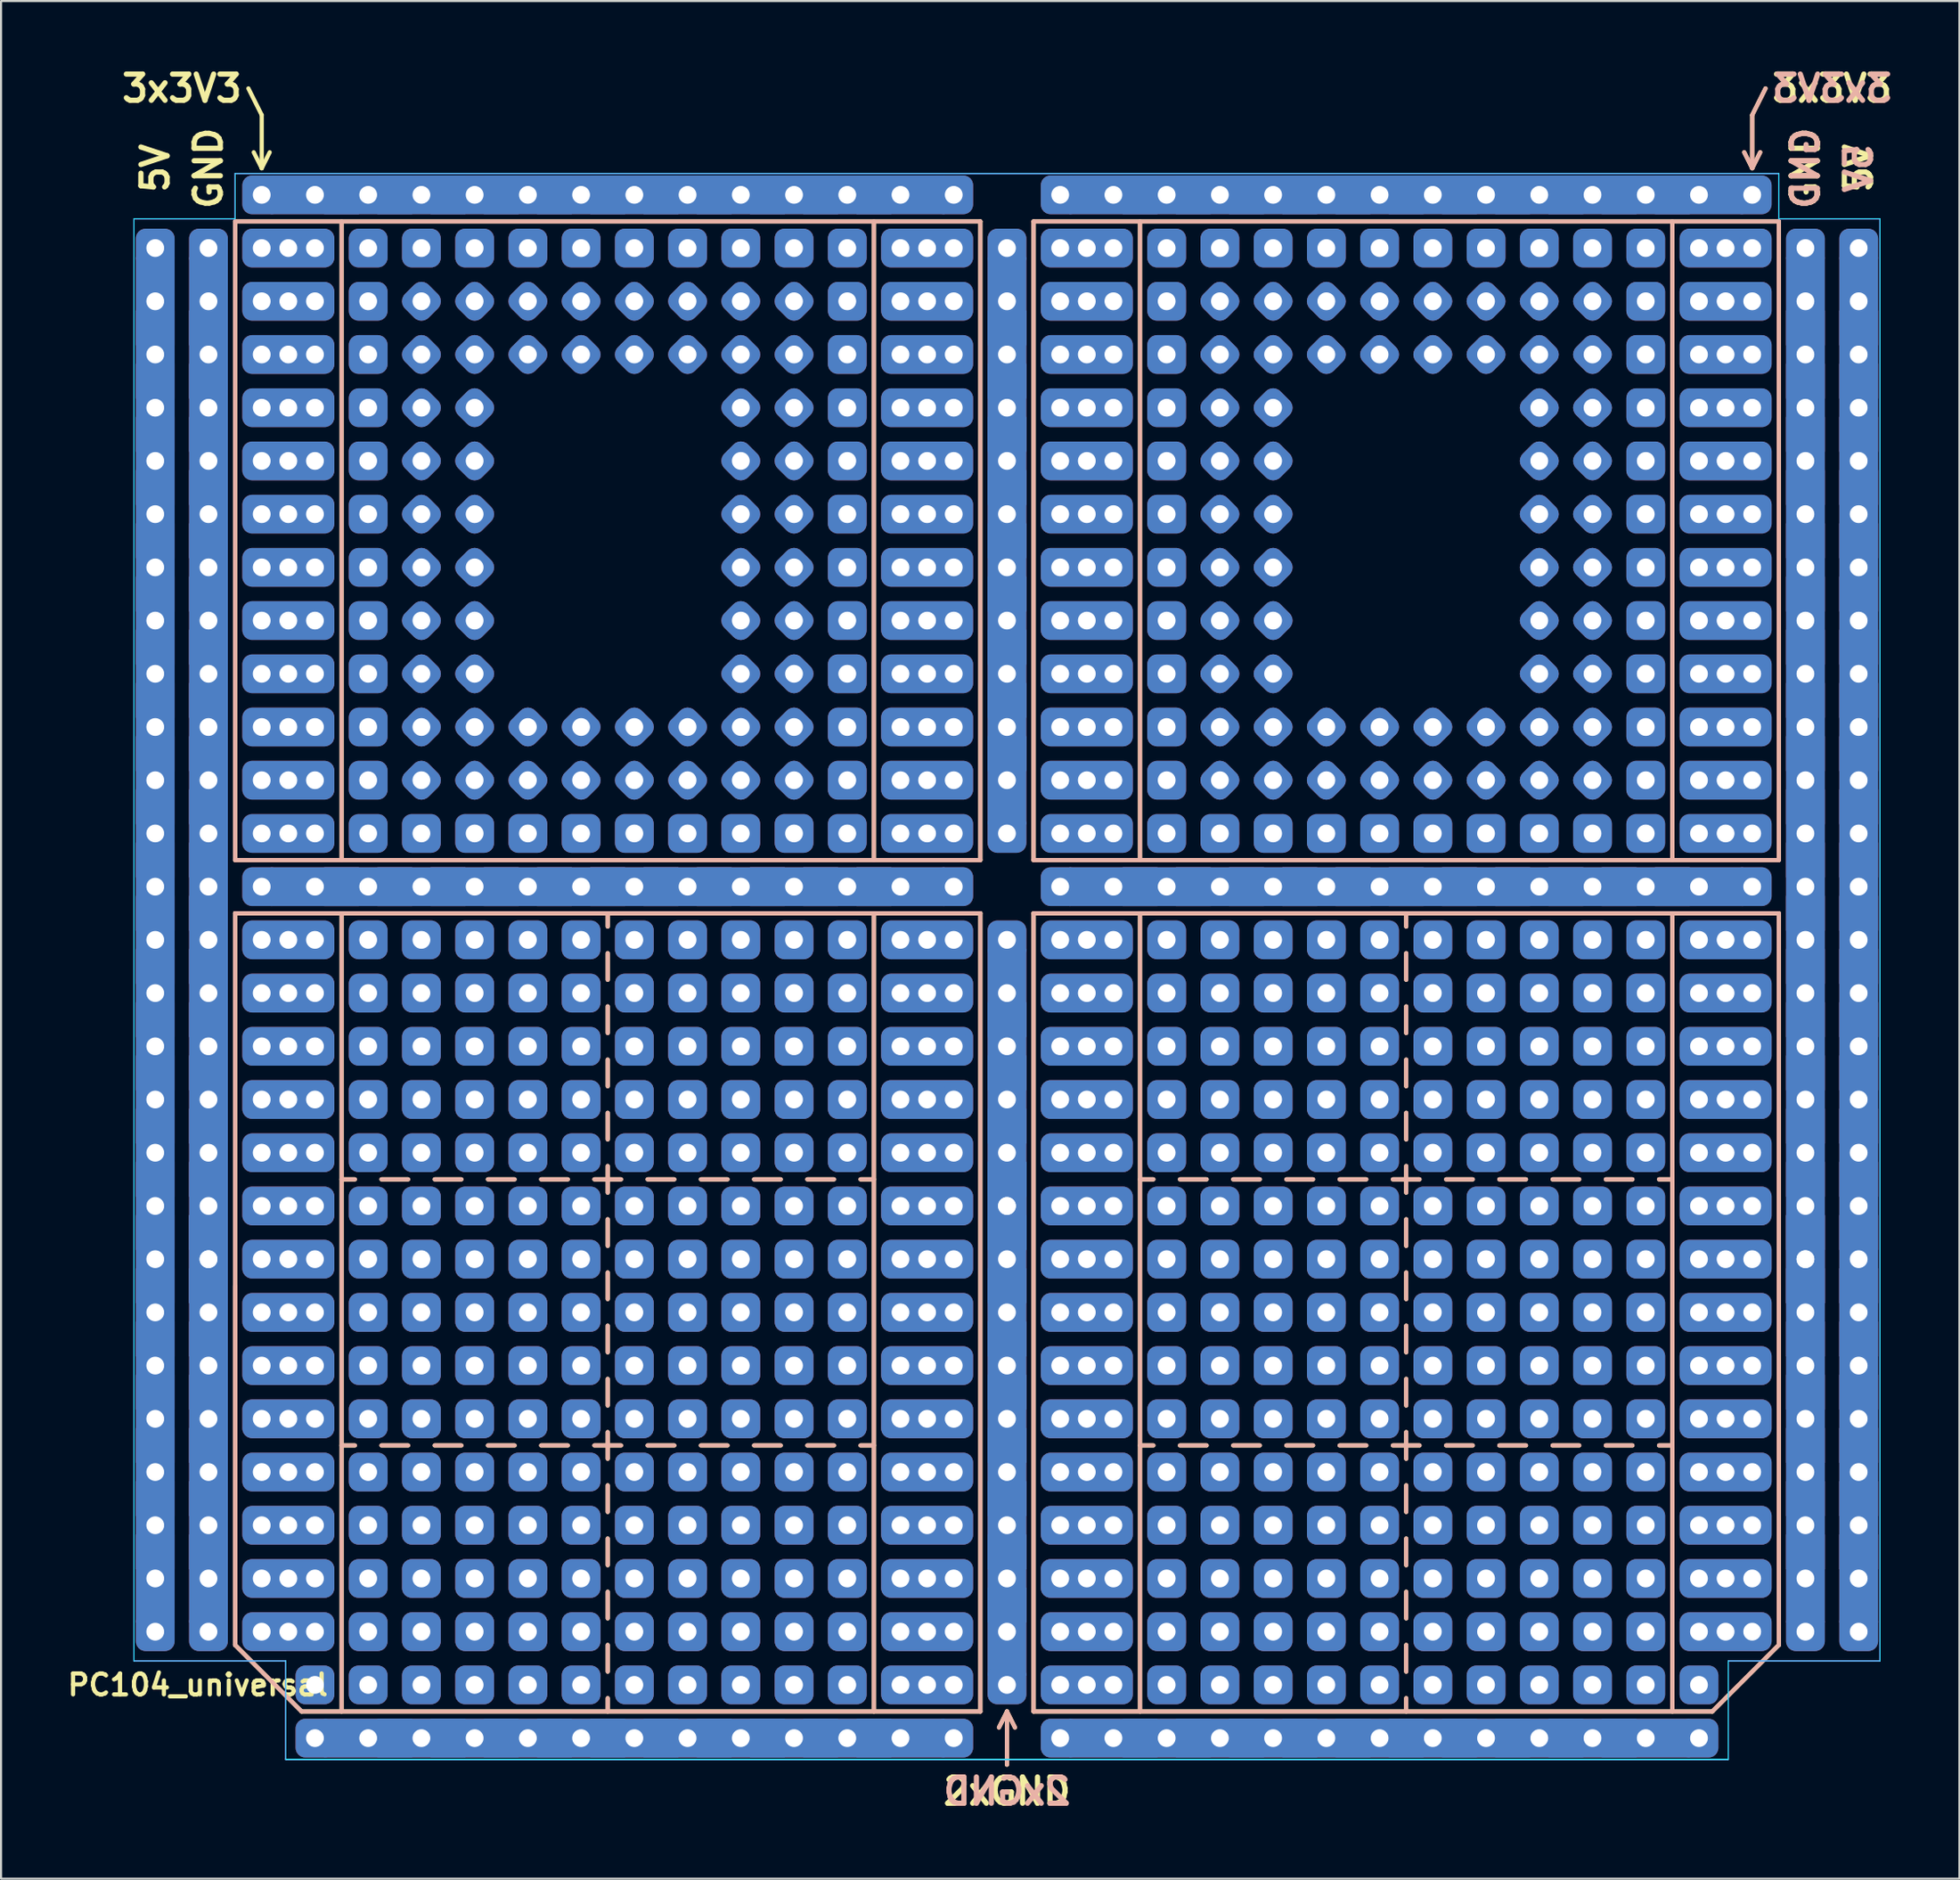
<source format=kicad_pcb>
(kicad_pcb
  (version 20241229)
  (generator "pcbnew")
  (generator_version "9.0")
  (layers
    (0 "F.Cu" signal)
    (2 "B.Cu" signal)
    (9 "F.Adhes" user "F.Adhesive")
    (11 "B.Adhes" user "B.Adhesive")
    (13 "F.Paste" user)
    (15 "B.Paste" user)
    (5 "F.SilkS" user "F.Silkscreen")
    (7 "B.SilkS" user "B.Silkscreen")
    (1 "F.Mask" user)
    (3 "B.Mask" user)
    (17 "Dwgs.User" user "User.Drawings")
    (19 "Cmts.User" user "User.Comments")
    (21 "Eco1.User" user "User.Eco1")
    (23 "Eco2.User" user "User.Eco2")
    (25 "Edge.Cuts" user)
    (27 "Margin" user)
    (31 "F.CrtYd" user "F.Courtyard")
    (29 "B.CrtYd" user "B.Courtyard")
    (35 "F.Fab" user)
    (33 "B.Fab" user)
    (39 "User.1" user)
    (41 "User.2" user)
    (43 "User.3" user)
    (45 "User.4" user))
  (footprint "PC104_universal"
    (layer "F.Cu")
    (at 4.358 51.97)
    (property "Reference" "PC104_universal" (at 2.032 25.4 0) (layer "F.SilkS") (effects (font (size 1 1) (thickness 0.2))))
    (attr through_hole)
    (fp_line (start 3.81 -44.45) (end 3.81 -13.97) (stroke (width 0.2) (type solid)) (layer "F.SilkS"))
    (fp_line (start 3.81 -44.45) (end 39.37 -44.45) (stroke (width 0.2) (type solid)) (layer "F.SilkS"))
    (fp_line (start 3.81 23.495) (end 3.81 -11.43) (stroke (width 0.2) (type solid)) (layer "F.SilkS"))
    (fp_line (start 5.08 -49.53) (end 4.445 -50.8) (stroke (width 0.2) (type solid)) (layer "F.SilkS"))
    (fp_line (start 5.08 -46.99) (end 4.699 -47.752) (stroke (width 0.2) (type solid)) (layer "F.SilkS"))
    (fp_line (start 5.08 -46.99) (end 5.08 -49.53) (stroke (width 0.2) (type solid)) (layer "F.SilkS"))
    (fp_line (start 5.08 -46.99) (end 5.461 -47.752) (stroke (width 0.2) (type solid)) (layer "F.SilkS"))
    (fp_line (start 6.985 26.67) (end 3.81 23.495) (stroke (width 0.2) (type solid)) (layer "F.SilkS"))
    (fp_line (start 6.985 26.67) (end 39.37 26.67) (stroke (width 0.2) (type solid)) (layer "F.SilkS"))
    (fp_line (start 8.89 -13.97) (end 8.89 -44.45) (stroke (width 0.2) (type solid)) (layer "F.SilkS"))
    (fp_line (start 8.89 1.27) (end 9.525 1.27) (stroke (width 0.2) (type solid)) (layer "F.SilkS"))
    (fp_line (start 8.89 13.97) (end 9.525 13.97) (stroke (width 0.2) (type solid)) (layer "F.SilkS"))
    (fp_line (start 8.89 26.67) (end 8.89 -11.43) (stroke (width 0.2) (type solid)) (layer "F.SilkS"))
    (fp_line (start 10.795 1.27) (end 12.065 1.27) (stroke (width 0.2) (type solid)) (layer "F.SilkS"))
    (fp_line (start 10.795 13.97) (end 12.065 13.97) (stroke (width 0.2) (type solid)) (layer "F.SilkS"))
    (fp_line (start 13.335 1.27) (end 14.605 1.27) (stroke (width 0.2) (type solid)) (layer "F.SilkS"))
    (fp_line (start 13.335 13.97) (end 14.605 13.97) (stroke (width 0.2) (type solid)) (layer "F.SilkS"))
    (fp_line (start 15.875 1.27) (end 17.145 1.27) (stroke (width 0.2) (type solid)) (layer "F.SilkS"))
    (fp_line (start 15.875 13.97) (end 17.145 13.97) (stroke (width 0.2) (type solid)) (layer "F.SilkS"))
    (fp_line (start 18.415 1.27) (end 19.685 1.27) (stroke (width 0.2) (type solid)) (layer "F.SilkS"))
    (fp_line (start 18.415 13.97) (end 19.685 13.97) (stroke (width 0.2) (type solid)) (layer "F.SilkS"))
    (fp_line (start 21.59 -11.43) (end 21.59 -10.795) (stroke (width 0.2) (type solid)) (layer "F.SilkS"))
    (fp_line (start 21.59 -8.255) (end 21.59 -9.525) (stroke (width 0.2) (type solid)) (layer "F.SilkS"))
    (fp_line (start 21.59 -5.715) (end 21.59 -6.985) (stroke (width 0.2) (type solid)) (layer "F.SilkS"))
    (fp_line (start 21.59 -3.175) (end 21.59 -4.445) (stroke (width 0.2) (type solid)) (layer "F.SilkS"))
    (fp_line (start 21.59 -0.635) (end 21.59 -1.905) (stroke (width 0.2) (type solid)) (layer "F.SilkS"))
    (fp_line (start 21.59 1.905) (end 21.59 0.635) (stroke (width 0.2) (type solid)) (layer "F.SilkS"))
    (fp_line (start 21.59 4.445) (end 21.59 3.175) (stroke (width 0.2) (type solid)) (layer "F.SilkS"))
    (fp_line (start 21.59 6.985) (end 21.59 5.715) (stroke (width 0.2) (type solid)) (layer "F.SilkS"))
    (fp_line (start 21.59 9.525) (end 21.59 8.255) (stroke (width 0.2) (type solid)) (layer "F.SilkS"))
    (fp_line (start 21.59 12.065) (end 21.59 10.795) (stroke (width 0.2) (type solid)) (layer "F.SilkS"))
    (fp_line (start 21.59 14.605) (end 21.59 13.335) (stroke (width 0.2) (type solid)) (layer "F.SilkS"))
    (fp_line (start 21.59 17.145) (end 21.59 15.875) (stroke (width 0.2) (type solid)) (layer "F.SilkS"))
    (fp_line (start 21.59 19.685) (end 21.59 18.415) (stroke (width 0.2) (type solid)) (layer "F.SilkS"))
    (fp_line (start 21.59 22.225) (end 21.59 20.955) (stroke (width 0.2) (type solid)) (layer "F.SilkS"))
    (fp_line (start 21.59 24.765) (end 21.59 23.495) (stroke (width 0.2) (type solid)) (layer "F.SilkS"))
    (fp_line (start 21.59 26.67) (end 21.59 26.035) (stroke (width 0.2) (type solid)) (layer "F.SilkS"))
    (fp_line (start 22.225 1.27) (end 20.955 1.27) (stroke (width 0.2) (type solid)) (layer "F.SilkS"))
    (fp_line (start 22.225 13.97) (end 20.955 13.97) (stroke (width 0.2) (type solid)) (layer "F.SilkS"))
    (fp_line (start 24.765 1.27) (end 23.495 1.27) (stroke (width 0.2) (type solid)) (layer "F.SilkS"))
    (fp_line (start 24.765 13.97) (end 23.495 13.97) (stroke (width 0.2) (type solid)) (layer "F.SilkS"))
    (fp_line (start 27.305 1.27) (end 26.035 1.27) (stroke (width 0.2) (type solid)) (layer "F.SilkS"))
    (fp_line (start 27.305 13.97) (end 26.035 13.97) (stroke (width 0.2) (type solid)) (layer "F.SilkS"))
    (fp_line (start 29.845 1.27) (end 28.575 1.27) (stroke (width 0.2) (type solid)) (layer "F.SilkS"))
    (fp_line (start 29.845 13.97) (end 28.575 13.97) (stroke (width 0.2) (type solid)) (layer "F.SilkS"))
    (fp_line (start 32.385 1.27) (end 31.115 1.27) (stroke (width 0.2) (type solid)) (layer "F.SilkS"))
    (fp_line (start 32.385 13.97) (end 31.115 13.97) (stroke (width 0.2) (type solid)) (layer "F.SilkS"))
    (fp_line (start 34.29 -44.45) (end 34.29 -13.97) (stroke (width 0.2) (type solid)) (layer "F.SilkS"))
    (fp_line (start 34.29 1.27) (end 33.655 1.27) (stroke (width 0.2) (type solid)) (layer "F.SilkS"))
    (fp_line (start 34.29 13.97) (end 33.655 13.97) (stroke (width 0.2) (type solid)) (layer "F.SilkS"))
    (fp_line (start 34.29 26.67) (end 34.29 -11.43) (stroke (width 0.2) (type solid)) (layer "F.SilkS"))
    (fp_line (start 39.37 -44.45) (end 39.37 -13.97) (stroke (width 0.2) (type solid)) (layer "F.SilkS"))
    (fp_line (start 39.37 -13.97) (end 3.81 -13.97) (stroke (width 0.2) (type solid)) (layer "F.SilkS"))
    (fp_line (start 39.37 -11.43) (end 3.81 -11.43) (stroke (width 0.2) (type solid)) (layer "F.SilkS"))
    (fp_line (start 39.37 -11.43) (end 39.37 26.67) (stroke (width 0.2) (type solid)) (layer "F.SilkS"))
    (fp_line (start 40.64 26.67) (end 40.259 27.432) (stroke (width 0.2) (type solid)) (layer "F.SilkS"))
    (fp_line (start 40.64 26.67) (end 40.64 29.21) (stroke (width 0.2) (type solid)) (layer "F.SilkS"))
    (fp_line (start 40.64 26.67) (end 41.021 27.432) (stroke (width 0.2) (type solid)) (layer "F.SilkS"))
    (fp_line (start 41.91 -44.45) (end 41.91 -13.97) (stroke (width 0.2) (type solid)) (layer "F.SilkS"))
    (fp_line (start 41.91 -13.97) (end 77.47 -13.97) (stroke (width 0.2) (type solid)) (layer "F.SilkS"))
    (fp_line (start 41.91 -11.43) (end 41.91 26.67) (stroke (width 0.2) (type solid)) (layer "F.SilkS"))
    (fp_line (start 41.91 -11.43) (end 77.47 -11.43) (stroke (width 0.2) (type solid)) (layer "F.SilkS"))
    (fp_line (start 46.99 -13.97) (end 46.99 -44.45) (stroke (width 0.2) (type solid)) (layer "F.SilkS"))
    (fp_line (start 46.99 1.27) (end 47.625 1.27) (stroke (width 0.2) (type solid)) (layer "F.SilkS"))
    (fp_line (start 46.99 13.97) (end 47.625 13.97) (stroke (width 0.2) (type solid)) (layer "F.SilkS"))
    (fp_line (start 46.99 26.67) (end 46.99 -11.43) (stroke (width 0.2) (type solid)) (layer "F.SilkS"))
    (fp_line (start 48.895 1.27) (end 50.165 1.27) (stroke (width 0.2) (type solid)) (layer "F.SilkS"))
    (fp_line (start 48.895 13.97) (end 50.165 13.97) (stroke (width 0.2) (type solid)) (layer "F.SilkS"))
    (fp_line (start 51.435 1.27) (end 52.705 1.27) (stroke (width 0.2) (type solid)) (layer "F.SilkS"))
    (fp_line (start 51.435 13.97) (end 52.705 13.97) (stroke (width 0.2) (type solid)) (layer "F.SilkS"))
    (fp_line (start 53.975 1.27) (end 55.245 1.27) (stroke (width 0.2) (type solid)) (layer "F.SilkS"))
    (fp_line (start 53.975 13.97) (end 55.245 13.97) (stroke (width 0.2) (type solid)) (layer "F.SilkS"))
    (fp_line (start 56.515 1.27) (end 57.785 1.27) (stroke (width 0.2) (type solid)) (layer "F.SilkS"))
    (fp_line (start 56.515 13.97) (end 57.785 13.97) (stroke (width 0.2) (type solid)) (layer "F.SilkS"))
    (fp_line (start 59.055 1.27) (end 60.325 1.27) (stroke (width 0.2) (type solid)) (layer "F.SilkS"))
    (fp_line (start 59.055 13.97) (end 60.325 13.97) (stroke (width 0.2) (type solid)) (layer "F.SilkS"))
    (fp_line (start 59.69 -11.43) (end 59.69 -10.795) (stroke (width 0.2) (type solid)) (layer "F.SilkS"))
    (fp_line (start 59.69 -8.255) (end 59.69 -9.525) (stroke (width 0.2) (type solid)) (layer "F.SilkS"))
    (fp_line (start 59.69 -5.715) (end 59.69 -6.985) (stroke (width 0.2) (type solid)) (layer "F.SilkS"))
    (fp_line (start 59.69 -3.175) (end 59.69 -4.445) (stroke (width 0.2) (type solid)) (layer "F.SilkS"))
    (fp_line (start 59.69 -0.635) (end 59.69 -1.905) (stroke (width 0.2) (type solid)) (layer "F.SilkS"))
    (fp_line (start 59.69 1.905) (end 59.69 0.635) (stroke (width 0.2) (type solid)) (layer "F.SilkS"))
    (fp_line (start 59.69 4.445) (end 59.69 3.175) (stroke (width 0.2) (type solid)) (layer "F.SilkS"))
    (fp_line (start 59.69 6.985) (end 59.69 5.715) (stroke (width 0.2) (type solid)) (layer "F.SilkS"))
    (fp_line (start 59.69 9.525) (end 59.69 8.255) (stroke (width 0.2) (type solid)) (layer "F.SilkS"))
    (fp_line (start 59.69 12.065) (end 59.69 10.795) (stroke (width 0.2) (type solid)) (layer "F.SilkS"))
    (fp_line (start 59.69 14.605) (end 59.69 13.335) (stroke (width 0.2) (type solid)) (layer "F.SilkS"))
    (fp_line (start 59.69 17.145) (end 59.69 15.875) (stroke (width 0.2) (type solid)) (layer "F.SilkS"))
    (fp_line (start 59.69 19.685) (end 59.69 18.415) (stroke (width 0.2) (type solid)) (layer "F.SilkS"))
    (fp_line (start 59.69 22.225) (end 59.69 20.955) (stroke (width 0.2) (type solid)) (layer "F.SilkS"))
    (fp_line (start 59.69 24.765) (end 59.69 23.495) (stroke (width 0.2) (type solid)) (layer "F.SilkS"))
    (fp_line (start 59.69 26.67) (end 59.69 26.035) (stroke (width 0.2) (type solid)) (layer "F.SilkS"))
    (fp_line (start 62.865 1.27) (end 61.595 1.27) (stroke (width 0.2) (type solid)) (layer "F.SilkS"))
    (fp_line (start 62.865 13.97) (end 61.595 13.97) (stroke (width 0.2) (type solid)) (layer "F.SilkS"))
    (fp_line (start 65.405 1.27) (end 64.135 1.27) (stroke (width 0.2) (type solid)) (layer "F.SilkS"))
    (fp_line (start 65.405 13.97) (end 64.135 13.97) (stroke (width 0.2) (type solid)) (layer "F.SilkS"))
    (fp_line (start 67.945 1.27) (end 66.675 1.27) (stroke (width 0.2) (type solid)) (layer "F.SilkS"))
    (fp_line (start 67.945 13.97) (end 66.675 13.97) (stroke (width 0.2) (type solid)) (layer "F.SilkS"))
    (fp_line (start 70.485 1.27) (end 69.215 1.27) (stroke (width 0.2) (type solid)) (layer "F.SilkS"))
    (fp_line (start 70.485 13.97) (end 69.215 13.97) (stroke (width 0.2) (type solid)) (layer "F.SilkS"))
    (fp_line (start 72.39 -44.45) (end 72.39 -13.97) (stroke (width 0.2) (type solid)) (layer "F.SilkS"))
    (fp_line (start 72.39 1.27) (end 71.755 1.27) (stroke (width 0.2) (type solid)) (layer "F.SilkS"))
    (fp_line (start 72.39 13.97) (end 71.755 13.97) (stroke (width 0.2) (type solid)) (layer "F.SilkS"))
    (fp_line (start 72.39 26.67) (end 72.39 -11.43) (stroke (width 0.2) (type solid)) (layer "F.SilkS"))
    (fp_line (start 74.295 26.67) (end 41.91 26.67) (stroke (width 0.2) (type solid)) (layer "F.SilkS"))
    (fp_line (start 74.295 26.67) (end 77.47 23.495) (stroke (width 0.2) (type solid)) (layer "F.SilkS"))
    (fp_line (start 76.2 -49.53) (end 76.835 -50.8) (stroke (width 0.2) (type solid)) (layer "F.SilkS"))
    (fp_line (start 76.2 -46.99) (end 75.819 -47.752) (stroke (width 0.2) (type solid)) (layer "F.SilkS"))
    (fp_line (start 76.2 -46.99) (end 76.2 -49.53) (stroke (width 0.2) (type solid)) (layer "F.SilkS"))
    (fp_line (start 76.2 -46.99) (end 76.581 -47.752) (stroke (width 0.2) (type solid)) (layer "F.SilkS"))
    (fp_line (start 77.47 -44.45) (end 41.91 -44.45) (stroke (width 0.2) (type solid)) (layer "F.SilkS"))
    (fp_line (start 77.47 -44.45) (end 77.47 -13.97) (stroke (width 0.2) (type solid)) (layer "F.SilkS"))
    (fp_line (start 77.47 6.35) (end 77.47 23.495) (stroke (width 0.2) (type solid)) (layer "F.SilkS"))
    (fp_line (start 77.47 23.495) (end 77.47 -11.43) (stroke (width 0.2) (type solid)) (layer "F.SilkS"))
    (fp_line (start 3.81 -44.45) (end 3.81 -13.97) (stroke (width 0.2) (type solid)) (layer "B.SilkS"))
    (fp_line (start 3.81 -44.45) (end 39.37 -44.45) (stroke (width 0.2) (type solid)) (layer "B.SilkS"))
    (fp_line (start 3.81 6.35) (end 3.81 23.495) (stroke (width 0.2) (type solid)) (layer "B.SilkS"))
    (fp_line (start 3.81 23.495) (end 3.81 -11.43) (stroke (width 0.2) (type solid)) (layer "B.SilkS"))
    (fp_line (start 6.985 26.67) (end 3.81 23.495) (stroke (width 0.2) (type solid)) (layer "B.SilkS"))
    (fp_line (start 6.985 26.67) (end 39.37 26.67) (stroke (width 0.2) (type solid)) (layer "B.SilkS"))
    (fp_line (start 8.89 -44.45) (end 8.89 -13.97) (stroke (width 0.2) (type solid)) (layer "B.SilkS"))
    (fp_line (start 8.89 1.27) (end 9.525 1.27) (stroke (width 0.2) (type solid)) (layer "B.SilkS"))
    (fp_line (start 8.89 13.97) (end 9.525 13.97) (stroke (width 0.2) (type solid)) (layer "B.SilkS"))
    (fp_line (start 8.89 26.67) (end 8.89 -11.43) (stroke (width 0.2) (type solid)) (layer "B.SilkS"))
    (fp_line (start 10.795 1.27) (end 12.065 1.27) (stroke (width 0.2) (type solid)) (layer "B.SilkS"))
    (fp_line (start 10.795 13.97) (end 12.065 13.97) (stroke (width 0.2) (type solid)) (layer "B.SilkS"))
    (fp_line (start 13.335 1.27) (end 14.605 1.27) (stroke (width 0.2) (type solid)) (layer "B.SilkS"))
    (fp_line (start 13.335 13.97) (end 14.605 13.97) (stroke (width 0.2) (type solid)) (layer "B.SilkS"))
    (fp_line (start 15.875 1.27) (end 17.145 1.27) (stroke (width 0.2) (type solid)) (layer "B.SilkS"))
    (fp_line (start 15.875 13.97) (end 17.145 13.97) (stroke (width 0.2) (type solid)) (layer "B.SilkS"))
    (fp_line (start 18.415 1.27) (end 19.685 1.27) (stroke (width 0.2) (type solid)) (layer "B.SilkS"))
    (fp_line (start 18.415 13.97) (end 19.685 13.97) (stroke (width 0.2) (type solid)) (layer "B.SilkS"))
    (fp_line (start 21.59 -11.43) (end 21.59 -10.795) (stroke (width 0.2) (type solid)) (layer "B.SilkS"))
    (fp_line (start 21.59 -8.255) (end 21.59 -9.525) (stroke (width 0.2) (type solid)) (layer "B.SilkS"))
    (fp_line (start 21.59 -5.715) (end 21.59 -6.985) (stroke (width 0.2) (type solid)) (layer "B.SilkS"))
    (fp_line (start 21.59 -3.175) (end 21.59 -4.445) (stroke (width 0.2) (type solid)) (layer "B.SilkS"))
    (fp_line (start 21.59 -0.635) (end 21.59 -1.905) (stroke (width 0.2) (type solid)) (layer "B.SilkS"))
    (fp_line (start 21.59 1.905) (end 21.59 0.635) (stroke (width 0.2) (type solid)) (layer "B.SilkS"))
    (fp_line (start 21.59 4.445) (end 21.59 3.175) (stroke (width 0.2) (type solid)) (layer "B.SilkS"))
    (fp_line (start 21.59 6.985) (end 21.59 5.715) (stroke (width 0.2) (type solid)) (layer "B.SilkS"))
    (fp_line (start 21.59 9.525) (end 21.59 8.255) (stroke (width 0.2) (type solid)) (layer "B.SilkS"))
    (fp_line (start 21.59 12.065) (end 21.59 10.795) (stroke (width 0.2) (type solid)) (layer "B.SilkS"))
    (fp_line (start 21.59 14.605) (end 21.59 13.335) (stroke (width 0.2) (type solid)) (layer "B.SilkS"))
    (fp_line (start 21.59 17.145) (end 21.59 15.875) (stroke (width 0.2) (type solid)) (layer "B.SilkS"))
    (fp_line (start 21.59 19.685) (end 21.59 18.415) (stroke (width 0.2) (type solid)) (layer "B.SilkS"))
    (fp_line (start 21.59 22.225) (end 21.59 20.955) (stroke (width 0.2) (type solid)) (layer "B.SilkS"))
    (fp_line (start 21.59 24.765) (end 21.59 23.495) (stroke (width 0.2) (type solid)) (layer "B.SilkS"))
    (fp_line (start 21.59 26.67) (end 21.59 26.035) (stroke (width 0.2) (type solid)) (layer "B.SilkS"))
    (fp_line (start 22.225 1.27) (end 20.955 1.27) (stroke (width 0.2) (type solid)) (layer "B.SilkS"))
    (fp_line (start 22.225 13.97) (end 20.955 13.97) (stroke (width 0.2) (type solid)) (layer "B.SilkS"))
    (fp_line (start 24.765 1.27) (end 23.495 1.27) (stroke (width 0.2) (type solid)) (layer "B.SilkS"))
    (fp_line (start 24.765 13.97) (end 23.495 13.97) (stroke (width 0.2) (type solid)) (layer "B.SilkS"))
    (fp_line (start 27.305 1.27) (end 26.035 1.27) (stroke (width 0.2) (type solid)) (layer "B.SilkS"))
    (fp_line (start 27.305 13.97) (end 26.035 13.97) (stroke (width 0.2) (type solid)) (layer "B.SilkS"))
    (fp_line (start 29.845 1.27) (end 28.575 1.27) (stroke (width 0.2) (type solid)) (layer "B.SilkS"))
    (fp_line (start 29.845 13.97) (end 28.575 13.97) (stroke (width 0.2) (type solid)) (layer "B.SilkS"))
    (fp_line (start 32.385 1.27) (end 31.115 1.27) (stroke (width 0.2) (type solid)) (layer "B.SilkS"))
    (fp_line (start 32.385 13.97) (end 31.115 13.97) (stroke (width 0.2) (type solid)) (layer "B.SilkS"))
    (fp_line (start 34.29 -13.97) (end 34.29 -44.45) (stroke (width 0.2) (type solid)) (layer "B.SilkS"))
    (fp_line (start 34.29 1.27) (end 33.655 1.27) (stroke (width 0.2) (type solid)) (layer "B.SilkS"))
    (fp_line (start 34.29 13.97) (end 33.655 13.97) (stroke (width 0.2) (type solid)) (layer "B.SilkS"))
    (fp_line (start 34.29 26.67) (end 34.29 -11.43) (stroke (width 0.2) (type solid)) (layer "B.SilkS"))
    (fp_line (start 39.37 -44.45) (end 39.37 -13.97) (stroke (width 0.2) (type solid)) (layer "B.SilkS"))
    (fp_line (start 39.37 -13.97) (end 3.81 -13.97) (stroke (width 0.2) (type solid)) (layer "B.SilkS"))
    (fp_line (start 39.37 -11.43) (end 3.81 -11.43) (stroke (width 0.2) (type solid)) (layer "B.SilkS"))
    (fp_line (start 39.37 -11.43) (end 39.37 26.67) (stroke (width 0.2) (type solid)) (layer "B.SilkS"))
    (fp_line (start 40.64 26.67) (end 40.259 27.432) (stroke (width 0.2) (type solid)) (layer "B.SilkS"))
    (fp_line (start 40.64 26.67) (end 40.64 29.21) (stroke (width 0.2) (type solid)) (layer "B.SilkS"))
    (fp_line (start 40.64 26.67) (end 41.021 27.432) (stroke (width 0.2) (type solid)) (layer "B.SilkS"))
    (fp_line (start 41.91 -44.45) (end 41.91 -13.97) (stroke (width 0.2) (type solid)) (layer "B.SilkS"))
    (fp_line (start 41.91 -13.97) (end 77.47 -13.97) (stroke (width 0.2) (type solid)) (layer "B.SilkS"))
    (fp_line (start 41.91 -11.43) (end 41.91 26.67) (stroke (width 0.2) (type solid)) (layer "B.SilkS"))
    (fp_line (start 41.91 -11.43) (end 77.47 -11.43) (stroke (width 0.2) (type solid)) (layer "B.SilkS"))
    (fp_line (start 46.99 -44.45) (end 46.99 -13.97) (stroke (width 0.2) (type solid)) (layer "B.SilkS"))
    (fp_line (start 46.99 1.27) (end 47.625 1.27) (stroke (width 0.2) (type solid)) (layer "B.SilkS"))
    (fp_line (start 46.99 13.97) (end 47.625 13.97) (stroke (width 0.2) (type solid)) (layer "B.SilkS"))
    (fp_line (start 46.99 26.67) (end 46.99 -11.43) (stroke (width 0.2) (type solid)) (layer "B.SilkS"))
    (fp_line (start 48.895 1.27) (end 50.165 1.27) (stroke (width 0.2) (type solid)) (layer "B.SilkS"))
    (fp_line (start 48.895 13.97) (end 50.165 13.97) (stroke (width 0.2) (type solid)) (layer "B.SilkS"))
    (fp_line (start 51.435 1.27) (end 52.705 1.27) (stroke (width 0.2) (type solid)) (layer "B.SilkS"))
    (fp_line (start 51.435 13.97) (end 52.705 13.97) (stroke (width 0.2) (type solid)) (layer "B.SilkS"))
    (fp_line (start 53.975 1.27) (end 55.245 1.27) (stroke (width 0.2) (type solid)) (layer "B.SilkS"))
    (fp_line (start 53.975 13.97) (end 55.245 13.97) (stroke (width 0.2) (type solid)) (layer "B.SilkS"))
    (fp_line (start 56.515 1.27) (end 57.785 1.27) (stroke (width 0.2) (type solid)) (layer "B.SilkS"))
    (fp_line (start 56.515 13.97) (end 57.785 13.97) (stroke (width 0.2) (type solid)) (layer "B.SilkS"))
    (fp_line (start 59.055 1.27) (end 60.325 1.27) (stroke (width 0.2) (type solid)) (layer "B.SilkS"))
    (fp_line (start 59.055 13.97) (end 60.325 13.97) (stroke (width 0.2) (type solid)) (layer "B.SilkS"))
    (fp_line (start 59.69 -11.43) (end 59.69 -10.795) (stroke (width 0.2) (type solid)) (layer "B.SilkS"))
    (fp_line (start 59.69 -8.255) (end 59.69 -9.525) (stroke (width 0.2) (type solid)) (layer "B.SilkS"))
    (fp_line (start 59.69 -5.715) (end 59.69 -6.985) (stroke (width 0.2) (type solid)) (layer "B.SilkS"))
    (fp_line (start 59.69 -3.175) (end 59.69 -4.445) (stroke (width 0.2) (type solid)) (layer "B.SilkS"))
    (fp_line (start 59.69 -0.635) (end 59.69 -1.905) (stroke (width 0.2) (type solid)) (layer "B.SilkS"))
    (fp_line (start 59.69 1.905) (end 59.69 0.635) (stroke (width 0.2) (type solid)) (layer "B.SilkS"))
    (fp_line (start 59.69 4.445) (end 59.69 3.175) (stroke (width 0.2) (type solid)) (layer "B.SilkS"))
    (fp_line (start 59.69 6.985) (end 59.69 5.715) (stroke (width 0.2) (type solid)) (layer "B.SilkS"))
    (fp_line (start 59.69 9.525) (end 59.69 8.255) (stroke (width 0.2) (type solid)) (layer "B.SilkS"))
    (fp_line (start 59.69 12.065) (end 59.69 10.795) (stroke (width 0.2) (type solid)) (layer "B.SilkS"))
    (fp_line (start 59.69 14.605) (end 59.69 13.335) (stroke (width 0.2) (type solid)) (layer "B.SilkS"))
    (fp_line (start 59.69 17.145) (end 59.69 15.875) (stroke (width 0.2) (type solid)) (layer "B.SilkS"))
    (fp_line (start 59.69 19.685) (end 59.69 18.415) (stroke (width 0.2) (type solid)) (layer "B.SilkS"))
    (fp_line (start 59.69 22.225) (end 59.69 20.955) (stroke (width 0.2) (type solid)) (layer "B.SilkS"))
    (fp_line (start 59.69 24.765) (end 59.69 23.495) (stroke (width 0.2) (type solid)) (layer "B.SilkS"))
    (fp_line (start 59.69 26.67) (end 59.69 26.035) (stroke (width 0.2) (type solid)) (layer "B.SilkS"))
    (fp_line (start 62.865 1.27) (end 61.595 1.27) (stroke (width 0.2) (type solid)) (layer "B.SilkS"))
    (fp_line (start 62.865 13.97) (end 61.595 13.97) (stroke (width 0.2) (type solid)) (layer "B.SilkS"))
    (fp_line (start 65.405 1.27) (end 64.135 1.27) (stroke (width 0.2) (type solid)) (layer "B.SilkS"))
    (fp_line (start 65.405 13.97) (end 64.135 13.97) (stroke (width 0.2) (type solid)) (layer "B.SilkS"))
    (fp_line (start 67.945 1.27) (end 66.675 1.27) (stroke (width 0.2) (type solid)) (layer "B.SilkS"))
    (fp_line (start 67.945 13.97) (end 66.675 13.97) (stroke (width 0.2) (type solid)) (layer "B.SilkS"))
    (fp_line (start 70.485 1.27) (end 69.215 1.27) (stroke (width 0.2) (type solid)) (layer "B.SilkS"))
    (fp_line (start 70.485 13.97) (end 69.215 13.97) (stroke (width 0.2) (type solid)) (layer "B.SilkS"))
    (fp_line (start 72.39 -13.97) (end 72.39 -44.45) (stroke (width 0.2) (type solid)) (layer "B.SilkS"))
    (fp_line (start 72.39 1.27) (end 71.755 1.27) (stroke (width 0.2) (type solid)) (layer "B.SilkS"))
    (fp_line (start 72.39 13.97) (end 71.755 13.97) (stroke (width 0.2) (type solid)) (layer "B.SilkS"))
    (fp_line (start 72.39 26.67) (end 72.39 -11.43) (stroke (width 0.2) (type solid)) (layer "B.SilkS"))
    (fp_line (start 74.295 26.67) (end 41.91 26.67) (stroke (width 0.2) (type solid)) (layer "B.SilkS"))
    (fp_line (start 74.295 26.67) (end 77.47 23.495) (stroke (width 0.2) (type solid)) (layer "B.SilkS"))
    (fp_line (start 76.2 -49.53) (end 76.835 -50.8) (stroke (width 0.2) (type solid)) (layer "B.SilkS"))
    (fp_line (start 76.2 -46.99) (end 75.819 -47.752) (stroke (width 0.2) (type solid)) (layer "B.SilkS"))
    (fp_line (start 76.2 -46.99) (end 76.2 -49.53) (stroke (width 0.2) (type solid)) (layer "B.SilkS"))
    (fp_line (start 76.2 -46.99) (end 76.581 -47.752) (stroke (width 0.2) (type solid)) (layer "B.SilkS"))
    (fp_line (start 77.47 -44.45) (end 41.91 -44.45) (stroke (width 0.2) (type solid)) (layer "B.SilkS"))
    (fp_line (start 77.47 -44.45) (end 77.47 -13.97) (stroke (width 0.2) (type solid)) (layer "B.SilkS"))
    (fp_line (start 77.47 23.495) (end 77.47 -11.43) (stroke (width 0.2) (type solid)) (layer "B.SilkS"))
    (fp_line (start -1.016 -44.577) (end -1.016 24.257) (stroke (width 0.05) (type solid)) (layer "B.CrtYd"))
    (fp_line (start -1.016 24.257) (end 6.223 24.257) (stroke (width 0.05) (type solid)) (layer "B.CrtYd"))
    (fp_line (start 3.81 -46.736) (end 3.81 -44.577) (stroke (width 0.05) (type solid)) (layer "B.CrtYd"))
    (fp_line (start 3.81 -44.577) (end -1.016 -44.577) (stroke (width 0.05) (type solid)) (layer "B.CrtYd"))
    (fp_line (start 6.223 24.257) (end 6.223 28.956) (stroke (width 0.05) (type solid)) (layer "B.CrtYd"))
    (fp_line (start 6.223 28.956) (end 75.057 28.956) (stroke (width 0.05) (type solid)) (layer "B.CrtYd"))
    (fp_line (start 6.223 28.956) (end 75.057 28.956) (stroke (width 0.05) (type solid)) (layer "B.CrtYd"))
    (fp_line (start 75.057 24.257) (end 82.296 24.257) (stroke (width 0.05) (type solid)) (layer "B.CrtYd"))
    (fp_line (start 75.057 28.956) (end 75.057 24.257) (stroke (width 0.05) (type solid)) (layer "B.CrtYd"))
    (fp_line (start 77.47 -46.736) (end 3.81 -46.736) (stroke (width 0.05) (type solid)) (layer "B.CrtYd"))
    (fp_line (start 77.47 -44.577) (end 77.47 -46.736) (stroke (width 0.05) (type solid)) (layer "B.CrtYd"))
    (fp_line (start 82.296 -44.577) (end 77.47 -44.577) (stroke (width 0.05) (type solid)) (layer "B.CrtYd"))
    (fp_line (start 82.296 24.257) (end 82.296 -44.577) (stroke (width 0.05) (type solid)) (layer "B.CrtYd"))
    (fp_line (start -1.016 -44.577) (end 3.81 -44.577) (stroke (width 0.05) (type solid)) (layer "F.CrtYd"))
    (fp_line (start -1.016 24.257) (end -1.016 -44.577) (stroke (width 0.05) (type solid)) (layer "F.CrtYd"))
    (fp_line (start 3.81 -46.736) (end 77.47 -46.736) (stroke (width 0.05) (type solid)) (layer "F.CrtYd"))
    (fp_line (start 3.81 -44.577) (end 3.81 -46.736) (stroke (width 0.05) (type solid)) (layer "F.CrtYd"))
    (fp_line (start 6.223 24.257) (end -1.016 24.257) (stroke (width 0.05) (type solid)) (layer "F.CrtYd"))
    (fp_line (start 6.223 28.956) (end 6.223 24.257) (stroke (width 0.05) (type solid)) (layer "F.CrtYd"))
    (fp_line (start 75.057 24.257) (end 75.057 28.956) (stroke (width 0.05) (type solid)) (layer "F.CrtYd"))
    (fp_line (start 75.057 28.956) (end 6.223 28.956) (stroke (width 0.05) (type solid)) (layer "F.CrtYd"))
    (fp_line (start 75.057 28.956) (end 6.223 28.956) (stroke (width 0.05) (type solid)) (layer "F.CrtYd"))
    (fp_line (start 77.47 -46.736) (end 77.47 -44.577) (stroke (width 0.05) (type solid)) (layer "F.CrtYd"))
    (fp_line (start 77.47 -44.577) (end 82.296 -44.577) (stroke (width 0.05) (type solid)) (layer "F.CrtYd"))
    (fp_line (start 82.296 -44.577) (end 82.296 24.257) (stroke (width 0.05) (type solid)) (layer "F.CrtYd"))
    (fp_line (start 82.296 24.257) (end 75.057 24.257) (stroke (width 0.05) (type solid)) (layer "F.CrtYd"))
    (fp_text user "5V" (at 0 -46.99 90) (layer "F.SilkS") (effects (font (size 1.25 1.25) (thickness 0.25))))
    (fp_text user "3x3V3" (at 1.27 -50.8 0) (layer "F.SilkS") (effects (font (size 1.25 1.25) (thickness 0.25))))
    (fp_text user "2xGND" (at 40.64 30.48 180) (layer "F.SilkS") (effects (font (size 1.25 1.25) (thickness 0.25))))
    (fp_text user "GND" (at 2.54 -46.99 90) (layer "F.SilkS") (effects (font (size 1.25 1.25) (thickness 0.25))))
    (fp_text user "5V" (at 81.28 -46.99 90) (layer "F.SilkS") (effects (font (size 1.25 1.25) (thickness 0.25))))
    (fp_text user "3x3V3" (at 80.01 -50.8 0) (layer "F.SilkS") (effects (font (size 1.25 1.25) (thickness 0.25))))
    (fp_text user "GND" (at 78.74 -46.99 90) (layer "F.SilkS") (effects (font (size 1.25 1.25) (thickness 0.25))))
    (fp_text user "2xGND" (at 40.64 30.48 0) (layer "B.SilkS") (effects (font (size 1.25 1.25) (thickness 0.25)) (justify mirror)))
    (fp_text user "3x3V3" (at 80.01 -50.8 180) (layer "B.SilkS") (effects (font (size 1.25 1.25) (thickness 0.25)) (justify mirror)))
    (fp_text user "5V" (at 81.28 -46.99 90) (layer "B.SilkS") (effects (font (size 1.25 1.25) (thickness 0.25)) (justify mirror)))
    (fp_text user "GND" (at 78.74 -46.99 90) (layer "B.SilkS") (effects (font (size 1.25 1.25) (thickness 0.25)) (justify mirror)))
    (pad "1" thru_hole roundrect (at 2.54 -43.18) (size 1.85 1.85) (drill 0.85) (layers "*.Cu" "*.Mask") (roundrect_rratio 0.25))
    (pad "1" thru_hole rect (at 2.54 -40.64 90) (size 4.2 1.85) (drill 0.85) (layers "*.Cu" "*.Mask"))
    (pad "1" thru_hole rect (at 2.54 -38.1 90) (size 4.2 1.85) (drill 0.85) (layers "*.Cu" "*.Mask"))
    (pad "1" thru_hole rect (at 2.54 -35.56 90) (size 4.2 1.85) (drill 0.85) (layers "*.Cu" "*.Mask"))
    (pad "1" thru_hole rect (at 2.54 -33.02 90) (size 4.2 1.85) (drill 0.85) (layers "*.Cu" "*.Mask"))
    (pad "1" thru_hole rect (at 2.54 -30.48 90) (size 4.2 1.85) (drill 0.85) (layers "*.Cu" "*.Mask"))
    (pad "1" thru_hole rect (at 2.54 -27.94 90) (size 4.2 1.85) (drill 0.85) (layers "*.Cu" "*.Mask"))
    (pad "1" thru_hole rect (at 2.54 -25.4 90) (size 4.2 1.85) (drill 0.85) (layers "*.Cu" "*.Mask"))
    (pad "1" thru_hole rect (at 2.54 -22.86 90) (size 4.2 1.85) (drill 0.85) (layers "*.Cu" "*.Mask"))
    (pad "1" thru_hole rect (at 2.54 -20.32 90) (size 4.2 1.85) (drill 0.85) (layers "*.Cu" "*.Mask"))
    (pad "1" thru_hole rect (at 2.54 -17.78 90) (size 4.2 1.85) (drill 0.85) (layers "*.Cu" "*.Mask"))
    (pad "1" thru_hole rect (at 2.54 -15.24 90) (size 4.2 1.85) (drill 0.85) (layers "*.Cu" "*.Mask"))
    (pad "1" thru_hole rect (at 2.54 -12.7 90) (size 4.2 1.85) (drill 0.85) (layers "*.Cu" "*.Mask"))
    (pad "1" thru_hole rect (at 2.54 -10.16 90) (size 4.2 1.85) (drill 0.85) (layers "*.Cu" "*.Mask"))
    (pad "1" thru_hole rect (at 2.54 -7.62 90) (size 4.2 1.85) (drill 0.85) (layers "*.Cu" "*.Mask"))
    (pad "1" thru_hole rect (at 2.54 -5.08 90) (size 4.2 1.85) (drill 0.85) (layers "*.Cu" "*.Mask"))
    (pad "1" thru_hole rect (at 2.54 -2.54 90) (size 4.2 1.85) (drill 0.85) (layers "*.Cu" "*.Mask"))
    (pad "1" thru_hole rect (at 2.54 0 90) (size 4.2 1.85) (drill 0.85) (layers "*.Cu" "*.Mask"))
    (pad "1" thru_hole rect (at 2.54 2.54 90) (size 4.2 1.85) (drill 0.85) (layers "*.Cu" "*.Mask"))
    (pad "1" thru_hole rect (at 2.54 5.08 90) (size 4.2 1.85) (drill 0.85) (layers "*.Cu" "*.Mask"))
    (pad "1" thru_hole rect (at 2.54 5.08 90) (size 4.2 1.85) (drill 0.85) (layers "*.Cu" "*.Mask"))
    (pad "1" thru_hole rect (at 2.54 7.62 90) (size 4.2 1.85) (drill 0.85) (layers "*.Cu" "*.Mask"))
    (pad "1" thru_hole rect (at 2.54 10.16 90) (size 4.2 1.85) (drill 0.85) (layers "*.Cu" "*.Mask"))
    (pad "1" thru_hole rect (at 2.54 12.7 90) (size 4.2 1.85) (drill 0.85) (layers "*.Cu" "*.Mask"))
    (pad "1" thru_hole rect (at 2.54 15.24 90) (size 4.2 1.85) (drill 0.85) (layers "*.Cu" "*.Mask"))
    (pad "1" thru_hole rect (at 2.54 17.78 90) (size 4.2 1.85) (drill 0.85) (layers "*.Cu" "*.Mask"))
    (pad "1" thru_hole rect (at 2.54 20.32 90) (size 4.2 1.85) (drill 0.85) (layers "*.Cu" "*.Mask"))
    (pad "1" thru_hole roundrect (at 2.54 22.86) (size 1.85 1.85) (drill 0.85) (layers "*.Cu" "*.Mask") (roundrect_rratio 0.25))
    (pad "1" thru_hole roundrect (at 40.64 -43.18) (size 1.85 1.85) (drill 0.85) (layers "*.Cu" "*.Mask") (roundrect_rratio 0.25))
    (pad "1" thru_hole rect (at 40.64 -40.64 90) (size 4.2 1.85) (drill 0.85) (layers "*.Cu" "*.Mask"))
    (pad "1" thru_hole rect (at 40.64 -38.1 90) (size 4.2 1.85) (drill 0.85) (layers "*.Cu" "*.Mask"))
    (pad "1" thru_hole rect (at 40.64 -35.56 90) (size 4.2 1.85) (drill 0.85) (layers "*.Cu" "*.Mask"))
    (pad "1" thru_hole rect (at 40.64 -33.02 90) (size 4.2 1.85) (drill 0.85) (layers "*.Cu" "*.Mask"))
    (pad "1" thru_hole rect (at 40.64 -30.48 90) (size 4.2 1.85) (drill 0.85) (layers "*.Cu" "*.Mask"))
    (pad "1" thru_hole rect (at 40.64 -27.94 90) (size 4.2 1.85) (drill 0.85) (layers "*.Cu" "*.Mask"))
    (pad "1" thru_hole rect (at 40.64 -25.4 90) (size 4.2 1.85) (drill 0.85) (layers "*.Cu" "*.Mask"))
    (pad "1" thru_hole rect (at 40.64 -22.86 90) (size 4.2 1.85) (drill 0.85) (layers "*.Cu" "*.Mask"))
    (pad "1" thru_hole rect (at 40.64 -20.32 90) (size 4.2 1.85) (drill 0.85) (layers "*.Cu" "*.Mask"))
    (pad "1" thru_hole rect (at 40.64 -17.78 90) (size 4.2 1.85) (drill 0.85) (layers "*.Cu" "*.Mask"))
    (pad "1" thru_hole roundrect (at 40.64 -15.24) (size 1.85 1.85) (drill 0.85) (layers "*.Cu" "*.Mask") (roundrect_rratio 0.25))
    (pad "1" thru_hole roundrect (at 40.64 -10.16) (size 1.85 1.85) (drill 0.85) (layers "*.Cu" "*.Mask") (roundrect_rratio 0.25))
    (pad "1" thru_hole rect (at 40.64 -7.62 90) (size 4.2 1.85) (drill 0.85) (layers "*.Cu" "*.Mask"))
    (pad "1" thru_hole rect (at 40.64 -5.08 90) (size 4.2 1.85) (drill 0.85) (layers "*.Cu" "*.Mask"))
    (pad "1" thru_hole rect (at 40.64 -2.54 90) (size 4.2 1.85) (drill 0.85) (layers "*.Cu" "*.Mask"))
    (pad "1" thru_hole rect (at 40.64 0 90) (size 4.2 1.85) (drill 0.85) (layers "*.Cu" "*.Mask"))
    (pad "1" thru_hole rect (at 40.64 2.54 90) (size 4.2 1.85) (drill 0.85) (layers "*.Cu" "*.Mask"))
    (pad "1" thru_hole rect (at 40.64 2.54 90) (size 4.2 1.85) (drill 0.85) (layers "*.Cu" "*.Mask"))
    (pad "1" thru_hole rect (at 40.64 5.08 90) (size 4.2 1.85) (drill 0.85) (layers "*.Cu" "*.Mask"))
    (pad "1" thru_hole rect (at 40.64 7.62 90) (size 4.2 1.85) (drill 0.85) (layers "*.Cu" "*.Mask"))
    (pad "1" thru_hole rect (at 40.64 10.16 90) (size 4.2 1.85) (drill 0.85) (layers "*.Cu" "*.Mask"))
    (pad "1" thru_hole rect (at 40.64 12.7 90) (size 4.2 1.85) (drill 0.85) (layers "*.Cu" "*.Mask"))
    (pad "1" thru_hole rect (at 40.64 15.24 90) (size 4.2 1.85) (drill 0.85) (layers "*.Cu" "*.Mask"))
    (pad "1" thru_hole rect (at 40.64 17.78 90) (size 4.2 1.85) (drill 0.85) (layers "*.Cu" "*.Mask"))
    (pad "1" thru_hole rect (at 40.64 20.32 90) (size 4.2 1.85) (drill 0.85) (layers "*.Cu" "*.Mask"))
    (pad "1" thru_hole rect (at 40.64 22.86 90) (size 4.2 1.85) (drill 0.85) (layers "*.Cu" "*.Mask"))
    (pad "1" thru_hole roundrect (at 40.64 25.4) (size 1.85 1.85) (drill 0.85) (layers "*.Cu" "*.Mask") (roundrect_rratio 0.25))
    (pad "1" thru_hole roundrect (at 78.74 -43.18) (size 1.85 1.85) (drill 0.85) (layers "*.Cu" "*.Mask") (roundrect_rratio 0.25))
    (pad "1" thru_hole rect (at 78.74 -40.64 90) (size 4.2 1.85) (drill 0.85) (layers "*.Cu" "*.Mask"))
    (pad "1" thru_hole rect (at 78.74 -38.1 90) (size 4.2 1.85) (drill 0.85) (layers "*.Cu" "*.Mask"))
    (pad "1" thru_hole rect (at 78.74 -35.56 90) (size 4.2 1.85) (drill 0.85) (layers "*.Cu" "*.Mask"))
    (pad "1" thru_hole rect (at 78.74 -33.02 90) (size 4.2 1.85) (drill 0.85) (layers "*.Cu" "*.Mask"))
    (pad "1" thru_hole rect (at 78.74 -30.48 90) (size 4.2 1.85) (drill 0.85) (layers "*.Cu" "*.Mask"))
    (pad "1" thru_hole rect (at 78.74 -27.94 90) (size 4.2 1.85) (drill 0.85) (layers "*.Cu" "*.Mask"))
    (pad "1" thru_hole rect (at 78.74 -25.4 90) (size 4.2 1.85) (drill 0.85) (layers "*.Cu" "*.Mask"))
    (pad "1" thru_hole rect (at 78.74 -22.86 90) (size 4.2 1.85) (drill 0.85) (layers "*.Cu" "*.Mask"))
    (pad "1" thru_hole rect (at 78.74 -20.32 90) (size 4.2 1.85) (drill 0.85) (layers "*.Cu" "*.Mask"))
    (pad "1" thru_hole rect (at 78.74 -17.78 90) (size 4.2 1.85) (drill 0.85) (layers "*.Cu" "*.Mask"))
    (pad "1" thru_hole rect (at 78.74 -15.24 90) (size 4.2 1.85) (drill 0.85) (layers "*.Cu" "*.Mask"))
    (pad "1" thru_hole rect (at 78.74 -12.7 90) (size 4.2 1.85) (drill 0.85) (layers "*.Cu" "*.Mask"))
    (pad "1" thru_hole rect (at 78.74 -10.16 90) (size 4.2 1.85) (drill 0.85) (layers "*.Cu" "*.Mask"))
    (pad "1" thru_hole rect (at 78.74 -7.62 90) (size 4.2 1.85) (drill 0.85) (layers "*.Cu" "*.Mask"))
    (pad "1" thru_hole rect (at 78.74 -5.08 90) (size 4.2 1.85) (drill 0.85) (layers "*.Cu" "*.Mask"))
    (pad "1" thru_hole rect (at 78.74 -2.54 90) (size 4.2 1.85) (drill 0.85) (layers "*.Cu" "*.Mask"))
    (pad "1" thru_hole rect (at 78.74 0 90) (size 4.2 1.85) (drill 0.85) (layers "*.Cu" "*.Mask"))
    (pad "1" thru_hole rect (at 78.74 2.54 90) (size 4.2 1.85) (drill 0.85) (layers "*.Cu" "*.Mask"))
    (pad "1" thru_hole rect (at 78.74 5.08 90) (size 4.2 1.85) (drill 0.85) (layers "*.Cu" "*.Mask"))
    (pad "1" thru_hole rect (at 78.74 5.08 90) (size 4.2 1.85) (drill 0.85) (layers "*.Cu" "*.Mask"))
    (pad "1" thru_hole rect (at 78.74 7.62 90) (size 4.2 1.85) (drill 0.85) (layers "*.Cu" "*.Mask"))
    (pad "1" thru_hole rect (at 78.74 10.16 90) (size 4.2 1.85) (drill 0.85) (layers "*.Cu" "*.Mask"))
    (pad "1" thru_hole rect (at 78.74 12.7 90) (size 4.2 1.85) (drill 0.85) (layers "*.Cu" "*.Mask"))
    (pad "1" thru_hole rect (at 78.74 15.24 90) (size 4.2 1.85) (drill 0.85) (layers "*.Cu" "*.Mask"))
    (pad "1" thru_hole rect (at 78.74 17.78 90) (size 4.2 1.85) (drill 0.85) (layers "*.Cu" "*.Mask"))
    (pad "1" thru_hole rect (at 78.74 20.32 90) (size 4.2 1.85) (drill 0.85) (layers "*.Cu" "*.Mask"))
    (pad "1" thru_hole roundrect (at 78.74 22.86) (size 1.85 1.85) (drill 0.85) (layers "*.Cu" "*.Mask") (roundrect_rratio 0.25))
    (pad "2" thru_hole roundrect (at 5.08 -45.72) (size 1.85 1.85) (drill 0.85) (layers "*.Cu" "*.Mask") (roundrect_rratio 0.25))
    (pad "2" thru_hole roundrect (at 5.08 -12.7) (size 1.85 1.85) (drill 0.85) (layers "*.Cu" "*.Mask") (roundrect_rratio 0.25))
    (pad "2" thru_hole rect (at 7.62 -45.72) (size 4.2 1.85) (drill 0.85) (layers "*.Cu" "*.Mask"))
    (pad "2" thru_hole rect (at 7.62 -12.7) (size 4.2 1.85) (drill 0.85) (layers "*.Cu" "*.Mask"))
    (pad "2" thru_hole roundrect (at 7.62 27.94) (size 1.85 1.85) (drill 0.85) (layers "*.Cu" "*.Mask") (roundrect_rratio 0.25))
    (pad "2" thru_hole rect (at 10.16 -45.72) (size 4.2 1.85) (drill 0.85) (layers "*.Cu" "*.Mask"))
    (pad "2" thru_hole rect (at 10.16 -12.7) (size 4.2 1.85) (drill 0.85) (layers "*.Cu" "*.Mask"))
    (pad "2" thru_hole rect (at 10.16 27.94) (size 4.2 1.85) (drill 0.85) (layers "*.Cu" "*.Mask"))
    (pad "2" thru_hole rect (at 12.7 -45.72) (size 4.2 1.85) (drill 0.85) (layers "*.Cu" "*.Mask"))
    (pad "2" thru_hole rect (at 12.7 -12.7) (size 4.2 1.85) (drill 0.85) (layers "*.Cu" "*.Mask"))
    (pad "2" thru_hole rect (at 12.7 27.94) (size 4.2 1.85) (drill 0.85) (layers "*.Cu" "*.Mask"))
    (pad "2" thru_hole rect (at 15.24 -45.72) (size 4.2 1.85) (drill 0.85) (layers "*.Cu" "*.Mask"))
    (pad "2" thru_hole rect (at 15.24 -12.7) (size 4.2 1.85) (drill 0.85) (layers "*.Cu" "*.Mask"))
    (pad "2" thru_hole rect (at 15.24 27.94) (size 4.2 1.85) (drill 0.85) (layers "*.Cu" "*.Mask"))
    (pad "2" thru_hole rect (at 17.78 -45.72) (size 4.2 1.85) (drill 0.85) (layers "*.Cu" "*.Mask"))
    (pad "2" thru_hole rect (at 17.78 -12.7) (size 4.2 1.85) (drill 0.85) (layers "*.Cu" "*.Mask"))
    (pad "2" thru_hole rect (at 17.78 27.94) (size 4.2 1.85) (drill 0.85) (layers "*.Cu" "*.Mask"))
    (pad "2" thru_hole rect (at 20.32 -45.72) (size 4.2 1.85) (drill 0.85) (layers "*.Cu" "*.Mask"))
    (pad "2" thru_hole rect (at 20.32 -12.7) (size 4.2 1.85) (drill 0.85) (layers "*.Cu" "*.Mask"))
    (pad "2" thru_hole rect (at 20.32 27.94) (size 4.2 1.85) (drill 0.85) (layers "*.Cu" "*.Mask"))
    (pad "2" thru_hole rect (at 22.86 -45.72) (size 4.2 1.85) (drill 0.85) (layers "*.Cu" "*.Mask"))
    (pad "2" thru_hole rect (at 22.86 -12.7) (size 4.2 1.85) (drill 0.85) (layers "*.Cu" "*.Mask"))
    (pad "2" thru_hole rect (at 22.86 27.94) (size 4.2 1.85) (drill 0.85) (layers "*.Cu" "*.Mask"))
    (pad "2" thru_hole rect (at 25.4 -45.72) (size 4.2 1.85) (drill 0.85) (layers "*.Cu" "*.Mask"))
    (pad "2" thru_hole rect (at 25.4 -12.7) (size 4.2 1.85) (drill 0.85) (layers "*.Cu" "*.Mask"))
    (pad "2" thru_hole rect (at 25.4 27.94) (size 4.2 1.85) (drill 0.85) (layers "*.Cu" "*.Mask"))
    (pad "2" thru_hole rect (at 27.94 -45.72) (size 4.2 1.85) (drill 0.85) (layers "*.Cu" "*.Mask"))
    (pad "2" thru_hole rect (at 27.94 -12.7) (size 4.2 1.85) (drill 0.85) (layers "*.Cu" "*.Mask"))
    (pad "2" thru_hole rect (at 27.94 27.94) (size 4.2 1.85) (drill 0.85) (layers "*.Cu" "*.Mask"))
    (pad "2" thru_hole rect (at 30.48 -45.72) (size 4.2 1.85) (drill 0.85) (layers "*.Cu" "*.Mask"))
    (pad "2" thru_hole rect (at 30.48 -12.7) (size 4.2 1.85) (drill 0.85) (layers "*.Cu" "*.Mask"))
    (pad "2" thru_hole rect (at 30.48 27.94) (size 4.2 1.85) (drill 0.85) (layers "*.Cu" "*.Mask"))
    (pad "2" thru_hole rect (at 33.02 -45.72) (size 4.2 1.85) (drill 0.85) (layers "*.Cu" "*.Mask"))
    (pad "2" thru_hole rect (at 33.02 -12.7) (size 4.2 1.85) (drill 0.85) (layers "*.Cu" "*.Mask"))
    (pad "2" thru_hole rect (at 33.02 27.94) (size 4.2 1.85) (drill 0.85) (layers "*.Cu" "*.Mask"))
    (pad "2" thru_hole rect (at 35.56 -45.72) (size 4.2 1.85) (drill 0.85) (layers "*.Cu" "*.Mask"))
    (pad "2" thru_hole rect (at 35.56 -12.7) (size 4.2 1.85) (drill 0.85) (layers "*.Cu" "*.Mask"))
    (pad "2" thru_hole rect (at 35.56 27.94) (size 4.2 1.85) (drill 0.85) (layers "*.Cu" "*.Mask"))
    (pad "2" thru_hole roundrect (at 38.1 -45.72) (size 1.85 1.85) (drill 0.85) (layers "*.Cu" "*.Mask") (roundrect_rratio 0.25))
    (pad "2" thru_hole roundrect (at 38.1 -12.7) (size 1.85 1.85) (drill 0.85) (layers "*.Cu" "*.Mask") (roundrect_rratio 0.25))
    (pad "2" thru_hole roundrect (at 38.1 27.94) (size 1.85 1.85) (drill 0.85) (layers "*.Cu" "*.Mask") (roundrect_rratio 0.25))
    (pad "2" thru_hole roundrect (at 43.18 -45.72) (size 1.85 1.85) (drill 0.85) (layers "*.Cu" "*.Mask") (roundrect_rratio 0.25))
    (pad "2" thru_hole roundrect (at 43.18 -12.7) (size 1.85 1.85) (drill 0.85) (layers "*.Cu" "*.Mask") (roundrect_rratio 0.25))
    (pad "2" thru_hole roundrect (at 43.18 27.94) (size 1.85 1.85) (drill 0.85) (layers "*.Cu" "*.Mask") (roundrect_rratio 0.25))
    (pad "2" thru_hole rect (at 45.72 -45.72) (size 4.2 1.85) (drill 0.85) (layers "*.Cu" "*.Mask"))
    (pad "2" thru_hole rect (at 45.72 -12.7) (size 4.2 1.85) (drill 0.85) (layers "*.Cu" "*.Mask"))
    (pad "2" thru_hole rect (at 45.72 27.94) (size 4.2 1.85) (drill 0.85) (layers "*.Cu" "*.Mask"))
    (pad "2" thru_hole rect (at 48.26 -45.72) (size 4.2 1.85) (drill 0.85) (layers "*.Cu" "*.Mask"))
    (pad "2" thru_hole rect (at 48.26 -12.7) (size 4.2 1.85) (drill 0.85) (layers "*.Cu" "*.Mask"))
    (pad "2" thru_hole rect (at 48.26 27.94) (size 4.2 1.85) (drill 0.85) (layers "*.Cu" "*.Mask"))
    (pad "2" thru_hole rect (at 50.8 -45.72) (size 4.2 1.85) (drill 0.85) (layers "*.Cu" "*.Mask"))
    (pad "2" thru_hole rect (at 50.8 -12.7) (size 4.2 1.85) (drill 0.85) (layers "*.Cu" "*.Mask"))
    (pad "2" thru_hole rect (at 50.8 27.94) (size 4.2 1.85) (drill 0.85) (layers "*.Cu" "*.Mask"))
    (pad "2" thru_hole rect (at 53.34 -45.72) (size 4.2 1.85) (drill 0.85) (layers "*.Cu" "*.Mask"))
    (pad "2" thru_hole rect (at 53.34 -12.7) (size 4.2 1.85) (drill 0.85) (layers "*.Cu" "*.Mask"))
    (pad "2" thru_hole rect (at 53.34 27.94) (size 4.2 1.85) (drill 0.85) (layers "*.Cu" "*.Mask"))
    (pad "2" thru_hole rect (at 55.88 -45.72) (size 4.2 1.85) (drill 0.85) (layers "*.Cu" "*.Mask"))
    (pad "2" thru_hole rect (at 55.88 -12.7) (size 4.2 1.85) (drill 0.85) (layers "*.Cu" "*.Mask"))
    (pad "2" thru_hole rect (at 55.88 27.94) (size 4.2 1.85) (drill 0.85) (layers "*.Cu" "*.Mask"))
    (pad "2" thru_hole rect (at 58.42 -45.72) (size 4.2 1.85) (drill 0.85) (layers "*.Cu" "*.Mask"))
    (pad "2" thru_hole rect (at 58.42 -12.7) (size 4.2 1.85) (drill 0.85) (layers "*.Cu" "*.Mask"))
    (pad "2" thru_hole rect (at 58.42 27.94) (size 4.2 1.85) (drill 0.85) (layers "*.Cu" "*.Mask"))
    (pad "2" thru_hole rect (at 60.96 -45.72) (size 4.2 1.85) (drill 0.85) (layers "*.Cu" "*.Mask"))
    (pad "2" thru_hole rect (at 60.96 -12.7) (size 4.2 1.85) (drill 0.85) (layers "*.Cu" "*.Mask"))
    (pad "2" thru_hole rect (at 60.96 27.94) (size 4.2 1.85) (drill 0.85) (layers "*.Cu" "*.Mask"))
    (pad "2" thru_hole rect (at 63.5 -45.72) (size 4.2 1.85) (drill 0.85) (layers "*.Cu" "*.Mask"))
    (pad "2" thru_hole rect (at 63.5 -12.7) (size 4.2 1.85) (drill 0.85) (layers "*.Cu" "*.Mask"))
    (pad "2" thru_hole rect (at 63.5 27.94) (size 4.2 1.85) (drill 0.85) (layers "*.Cu" "*.Mask"))
    (pad "2" thru_hole rect (at 66.04 -45.72) (size 4.2 1.85) (drill 0.85) (layers "*.Cu" "*.Mask"))
    (pad "2" thru_hole rect (at 66.04 -12.7) (size 4.2 1.85) (drill 0.85) (layers "*.Cu" "*.Mask"))
    (pad "2" thru_hole rect (at 66.04 27.94) (size 4.2 1.85) (drill 0.85) (layers "*.Cu" "*.Mask"))
    (pad "2" thru_hole rect (at 68.58 -45.72) (size 4.2 1.85) (drill 0.85) (layers "*.Cu" "*.Mask"))
    (pad "2" thru_hole rect (at 68.58 -12.7) (size 4.2 1.85) (drill 0.85) (layers "*.Cu" "*.Mask"))
    (pad "2" thru_hole rect (at 68.58 27.94) (size 4.2 1.85) (drill 0.85) (layers "*.Cu" "*.Mask"))
    (pad "2" thru_hole rect (at 71.12 -45.72) (size 4.2 1.85) (drill 0.85) (layers "*.Cu" "*.Mask"))
    (pad "2" thru_hole rect (at 71.12 -12.7) (size 4.2 1.85) (drill 0.85) (layers "*.Cu" "*.Mask"))
    (pad "2" thru_hole rect (at 71.12 27.94) (size 4.2 1.85) (drill 0.85) (layers "*.Cu" "*.Mask"))
    (pad "2" thru_hole rect (at 73.66 -45.72) (size 4.2 1.85) (drill 0.85) (layers "*.Cu" "*.Mask"))
    (pad "2" thru_hole rect (at 73.66 -12.7) (size 4.2 1.85) (drill 0.85) (layers "*.Cu" "*.Mask"))
    (pad "2" thru_hole roundrect (at 73.66 27.94) (size 1.85 1.85) (drill 0.85) (layers "*.Cu" "*.Mask") (roundrect_rratio 0.25))
    (pad "2" thru_hole roundrect (at 76.2 -45.72) (size 1.85 1.85) (drill 0.85) (layers "*.Cu" "*.Mask") (roundrect_rratio 0.25))
    (pad "2" thru_hole roundrect (at 76.2 -12.7) (size 1.85 1.85) (drill 0.85) (layers "*.Cu" "*.Mask") (roundrect_rratio 0.25))
    (pad "3" thru_hole roundrect (at 0 -43.18) (size 1.85 1.85) (drill 0.85) (layers "*.Cu" "*.Mask") (roundrect_rratio 0.25))
    (pad "3" thru_hole rect (at 0 -40.64 90) (size 4.2 1.85) (drill 0.85) (layers "*.Cu" "*.Mask"))
    (pad "3" thru_hole rect (at 0 -38.1 90) (size 4.2 1.85) (drill 0.85) (layers "*.Cu" "*.Mask"))
    (pad "3" thru_hole rect (at 0 -35.56 90) (size 4.2 1.85) (drill 0.85) (layers "*.Cu" "*.Mask"))
    (pad "3" thru_hole rect (at 0 -33.02 90) (size 4.2 1.85) (drill 0.85) (layers "*.Cu" "*.Mask"))
    (pad "3" thru_hole rect (at 0 -30.48 90) (size 4.2 1.85) (drill 0.85) (layers "*.Cu" "*.Mask"))
    (pad "3" thru_hole rect (at 0 -27.94 90) (size 4.2 1.85) (drill 0.85) (layers "*.Cu" "*.Mask"))
    (pad "3" thru_hole rect (at 0 -25.4 90) (size 4.2 1.85) (drill 0.85) (layers "*.Cu" "*.Mask"))
    (pad "3" thru_hole rect (at 0 -22.86 90) (size 4.2 1.85) (drill 0.85) (layers "*.Cu" "*.Mask"))
    (pad "3" thru_hole rect (at 0 -20.32 90) (size 4.2 1.85) (drill 0.85) (layers "*.Cu" "*.Mask"))
    (pad "3" thru_hole rect (at 0 -17.78 90) (size 4.2 1.85) (drill 0.85) (layers "*.Cu" "*.Mask"))
    (pad "3" thru_hole rect (at 0 -15.24 90) (size 4.2 1.85) (drill 0.85) (layers "*.Cu" "*.Mask"))
    (pad "3" thru_hole rect (at 0 -12.7 90) (size 4.2 1.85) (drill 0.85) (layers "*.Cu" "*.Mask"))
    (pad "3" thru_hole rect (at 0 -10.16 90) (size 4.2 1.85) (drill 0.85) (layers "*.Cu" "*.Mask"))
    (pad "3" thru_hole rect (at 0 -7.62 90) (size 4.2 1.85) (drill 0.85) (layers "*.Cu" "*.Mask"))
    (pad "3" thru_hole rect (at 0 -5.08 90) (size 4.2 1.85) (drill 0.85) (layers "*.Cu" "*.Mask"))
    (pad "3" thru_hole rect (at 0 -2.54 90) (size 4.2 1.85) (drill 0.85) (layers "*.Cu" "*.Mask"))
    (pad "3" thru_hole rect (at 0 0 90) (size 4.2 1.85) (drill 0.85) (layers "*.Cu" "*.Mask"))
    (pad "3" thru_hole rect (at 0 2.54 90) (size 4.2 1.85) (drill 0.85) (layers "*.Cu" "*.Mask"))
    (pad "3" thru_hole rect (at 0 5.08 90) (size 4.2 1.85) (drill 0.85) (layers "*.Cu" "*.Mask"))
    (pad "3" thru_hole rect (at 0 7.62 90) (size 4.2 1.85) (drill 0.85) (layers "*.Cu" "*.Mask"))
    (pad "3" thru_hole rect (at 0 10.16 90) (size 4.2 1.85) (drill 0.85) (layers "*.Cu" "*.Mask"))
    (pad "3" thru_hole rect (at 0 12.7 90) (size 4.2 1.85) (drill 0.85) (layers "*.Cu" "*.Mask"))
    (pad "3" thru_hole rect (at 0 15.24 90) (size 4.2 1.85) (drill 0.85) (layers "*.Cu" "*.Mask"))
    (pad "3" thru_hole rect (at 0 17.78 90) (size 4.2 1.85) (drill 0.85) (layers "*.Cu" "*.Mask"))
    (pad "3" thru_hole rect (at 0 20.32 90) (size 4.2 1.85) (drill 0.85) (layers "*.Cu" "*.Mask"))
    (pad "3" thru_hole roundrect (at 0 22.86) (size 1.85 1.85) (drill 0.85) (layers "*.Cu" "*.Mask") (roundrect_rratio 0.25))
    (pad "3" thru_hole roundrect (at 81.28 -43.18) (size 1.85 1.85) (drill 0.85) (layers "*.Cu" "*.Mask") (roundrect_rratio 0.25))
    (pad "3" thru_hole rect (at 81.28 -40.64 90) (size 4.2 1.85) (drill 0.85) (layers "*.Cu" "*.Mask"))
    (pad "3" thru_hole rect (at 81.28 -38.1 90) (size 4.2 1.85) (drill 0.85) (layers "*.Cu" "*.Mask"))
    (pad "3" thru_hole rect (at 81.28 -35.56 90) (size 4.2 1.85) (drill 0.85) (layers "*.Cu" "*.Mask"))
    (pad "3" thru_hole rect (at 81.28 -33.02 90) (size 4.2 1.85) (drill 0.85) (layers "*.Cu" "*.Mask"))
    (pad "3" thru_hole rect (at 81.28 -30.48 90) (size 4.2 1.85) (drill 0.85) (layers "*.Cu" "*.Mask"))
    (pad "3" thru_hole rect (at 81.28 -27.94 90) (size 4.2 1.85) (drill 0.85) (layers "*.Cu" "*.Mask"))
    (pad "3" thru_hole rect (at 81.28 -25.4 90) (size 4.2 1.85) (drill 0.85) (layers "*.Cu" "*.Mask"))
    (pad "3" thru_hole rect (at 81.28 -22.86 90) (size 4.2 1.85) (drill 0.85) (layers "*.Cu" "*.Mask"))
    (pad "3" thru_hole rect (at 81.28 -20.32 90) (size 4.2 1.85) (drill 0.85) (layers "*.Cu" "*.Mask"))
    (pad "3" thru_hole rect (at 81.28 -17.78 90) (size 4.2 1.85) (drill 0.85) (layers "*.Cu" "*.Mask"))
    (pad "3" thru_hole rect (at 81.28 -15.24 90) (size 4.2 1.85) (drill 0.85) (layers "*.Cu" "*.Mask"))
    (pad "3" thru_hole rect (at 81.28 -12.7 90) (size 4.2 1.85) (drill 0.85) (layers "*.Cu" "*.Mask"))
    (pad "3" thru_hole rect (at 81.28 -10.16 90) (size 4.2 1.85) (drill 0.85) (layers "*.Cu" "*.Mask"))
    (pad "3" thru_hole rect (at 81.28 -7.62 90) (size 4.2 1.85) (drill 0.85) (layers "*.Cu" "*.Mask"))
    (pad "3" thru_hole rect (at 81.28 -5.08 90) (size 4.2 1.85) (drill 0.85) (layers "*.Cu" "*.Mask"))
    (pad "3" thru_hole rect (at 81.28 -2.54 90) (size 4.2 1.85) (drill 0.85) (layers "*.Cu" "*.Mask"))
    (pad "3" thru_hole rect (at 81.28 0 90) (size 4.2 1.85) (drill 0.85) (layers "*.Cu" "*.Mask"))
    (pad "3" thru_hole rect (at 81.28 2.54 90) (size 4.2 1.85) (drill 0.85) (layers "*.Cu" "*.Mask"))
    (pad "3" thru_hole rect (at 81.28 5.08 90) (size 4.2 1.85) (drill 0.85) (layers "*.Cu" "*.Mask"))
    (pad "3" thru_hole rect (at 81.28 7.62 90) (size 4.2 1.85) (drill 0.85) (layers "*.Cu" "*.Mask"))
    (pad "3" thru_hole rect (at 81.28 10.16 90) (size 4.2 1.85) (drill 0.85) (layers "*.Cu" "*.Mask"))
    (pad "3" thru_hole rect (at 81.28 12.7 90) (size 4.2 1.85) (drill 0.85) (layers "*.Cu" "*.Mask"))
    (pad "3" thru_hole rect (at 81.28 15.24 90) (size 4.2 1.85) (drill 0.85) (layers "*.Cu" "*.Mask"))
    (pad "3" thru_hole rect (at 81.28 17.78 90) (size 4.2 1.85) (drill 0.85) (layers "*.Cu" "*.Mask"))
    (pad "3" thru_hole rect (at 81.28 20.32 90) (size 4.2 1.85) (drill 0.85) (layers "*.Cu" "*.Mask"))
    (pad "3" thru_hole roundrect (at 81.28 22.86) (size 1.85 1.85) (drill 0.85) (layers "*.Cu" "*.Mask") (roundrect_rratio 0.25))
    (pad "NC" thru_hole circle (at 5.08 -43.18) (size 1.5 1.5) (drill 0.85) (layers "*.Cu" "*.Mask"))
    (pad "NC" thru_hole circle (at 5.08 -40.64) (size 1.5 1.5) (drill 0.85) (layers "*.Cu" "*.Mask"))
    (pad "NC" thru_hole circle (at 5.08 -38.1) (size 1.5 1.5) (drill 0.85) (layers "*.Cu" "*.Mask"))
    (pad "NC" thru_hole circle (at 5.08 -35.56) (size 1.5 1.5) (drill 0.85) (layers "*.Cu" "*.Mask"))
    (pad "NC" thru_hole circle (at 5.08 -33.02) (size 1.5 1.5) (drill 0.85) (layers "*.Cu" "*.Mask"))
    (pad "NC" thru_hole circle (at 5.08 -30.48) (size 1.5 1.5) (drill 0.85) (layers "*.Cu" "*.Mask"))
    (pad "NC" thru_hole circle (at 5.08 -27.94) (size 1.5 1.5) (drill 0.85) (layers "*.Cu" "*.Mask"))
    (pad "NC" thru_hole circle (at 5.08 -25.4) (size 1.5 1.5) (drill 0.85) (layers "*.Cu" "*.Mask"))
    (pad "NC" thru_hole circle (at 5.08 -22.86) (size 1.5 1.5) (drill 0.85) (layers "*.Cu" "*.Mask"))
    (pad "NC" thru_hole circle (at 5.08 -20.32) (size 1.5 1.5) (drill 0.85) (layers "*.Cu" "*.Mask"))
    (pad "NC" thru_hole circle (at 5.08 -17.78) (size 1.5 1.5) (drill 0.85) (layers "*.Cu" "*.Mask"))
    (pad "NC" thru_hole circle (at 5.08 -15.24) (size 1.5 1.5) (drill 0.85) (layers "*.Cu" "*.Mask"))
    (pad "NC" thru_hole circle (at 5.08 -10.16) (size 1.5 1.5) (drill 0.85) (layers "*.Cu" "*.Mask"))
    (pad "NC" thru_hole circle (at 5.08 -7.62) (size 1.5 1.5) (drill 0.85) (layers "*.Cu" "*.Mask"))
    (pad "NC" thru_hole circle (at 5.08 -5.08) (size 1.5 1.5) (drill 0.85) (layers "*.Cu" "*.Mask"))
    (pad "NC" thru_hole circle (at 5.08 -2.54) (size 1.5 1.5) (drill 0.85) (layers "*.Cu" "*.Mask"))
    (pad "NC" thru_hole circle (at 5.08 0 180) (size 1.5 1.5) (drill 0.85) (layers "*.Cu" "*.Mask"))
    (pad "NC" thru_hole circle (at 5.08 2.54 180) (size 1.5 1.5) (drill 0.85) (layers "*.Cu" "*.Mask"))
    (pad "NC" thru_hole circle (at 5.08 5.08 180) (size 1.5 1.5) (drill 0.85) (layers "*.Cu" "*.Mask"))
    (pad "NC" thru_hole circle (at 5.08 7.62) (size 1.5 1.5) (drill 0.85) (layers "*.Cu" "*.Mask"))
    (pad "NC" thru_hole circle (at 5.08 10.16) (size 1.5 1.5) (drill 0.85) (layers "*.Cu" "*.Mask"))
    (pad "NC" thru_hole circle (at 5.08 12.7) (size 1.5 1.5) (drill 0.85) (layers "*.Cu" "*.Mask"))
    (pad "NC" thru_hole circle (at 5.08 15.24) (size 1.5 1.5) (drill 0.85) (layers "*.Cu" "*.Mask"))
    (pad "NC" thru_hole circle (at 5.08 17.78) (size 1.5 1.5) (drill 0.85) (layers "*.Cu" "*.Mask"))
    (pad "NC" thru_hole circle (at 5.08 20.32) (size 1.5 1.5) (drill 0.85) (layers "*.Cu" "*.Mask"))
    (pad "NC" thru_hole circle (at 5.08 22.86) (size 1.5 1.5) (drill 0.85) (layers "*.Cu" "*.Mask"))
    (pad "NC" thru_hole roundrect (at 6.35 -43.18) (size 4.39 1.85) (drill 0.85) (layers "*.Cu" "*.Mask") (roundrect_rratio 0.25))
    (pad "NC" thru_hole roundrect (at 6.35 -40.64) (size 4.39 1.85) (drill 0.85) (layers "*.Cu" "*.Mask") (roundrect_rratio 0.25))
    (pad "NC" thru_hole roundrect (at 6.35 -38.1) (size 4.39 1.85) (drill 0.85) (layers "*.Cu" "*.Mask") (roundrect_rratio 0.25))
    (pad "NC" thru_hole roundrect (at 6.35 -35.56) (size 4.39 1.85) (drill 0.85) (layers "*.Cu" "*.Mask") (roundrect_rratio 0.25))
    (pad "NC" thru_hole roundrect (at 6.35 -33.02) (size 4.39 1.85) (drill 0.85) (layers "*.Cu" "*.Mask") (roundrect_rratio 0.25))
    (pad "NC" thru_hole roundrect (at 6.35 -30.48) (size 4.39 1.85) (drill 0.85) (layers "*.Cu" "*.Mask") (roundrect_rratio 0.25))
    (pad "NC" thru_hole roundrect (at 6.35 -27.94) (size 4.39 1.85) (drill 0.85) (layers "*.Cu" "*.Mask") (roundrect_rratio 0.25))
    (pad "NC" thru_hole roundrect (at 6.35 -25.4) (size 4.39 1.85) (drill 0.85) (layers "*.Cu" "*.Mask") (roundrect_rratio 0.25))
    (pad "NC" thru_hole roundrect (at 6.35 -22.86) (size 4.39 1.85) (drill 0.85) (layers "*.Cu" "*.Mask") (roundrect_rratio 0.25))
    (pad "NC" thru_hole roundrect (at 6.35 -20.32) (size 4.39 1.85) (drill 0.85) (layers "*.Cu" "*.Mask") (roundrect_rratio 0.25))
    (pad "NC" thru_hole roundrect (at 6.35 -17.78) (size 4.39 1.85) (drill 0.85) (layers "*.Cu" "*.Mask") (roundrect_rratio 0.25))
    (pad "NC" thru_hole roundrect (at 6.35 -15.24) (size 4.39 1.85) (drill 0.85) (layers "*.Cu" "*.Mask") (roundrect_rratio 0.25))
    (pad "NC" thru_hole roundrect (at 6.35 -10.16) (size 4.39 1.85) (drill 0.85) (layers "*.Cu" "*.Mask") (roundrect_rratio 0.25))
    (pad "NC" thru_hole roundrect (at 6.35 -7.62) (size 4.39 1.85) (drill 0.85) (layers "*.Cu" "*.Mask") (roundrect_rratio 0.25))
    (pad "NC" thru_hole roundrect (at 6.35 -5.08) (size 4.39 1.85) (drill 0.85) (layers "*.Cu" "*.Mask") (roundrect_rratio 0.25))
    (pad "NC" thru_hole roundrect (at 6.35 -2.54) (size 4.39 1.85) (drill 0.85) (layers "*.Cu" "*.Mask") (roundrect_rratio 0.25))
    (pad "NC" thru_hole roundrect (at 6.35 0) (size 4.39 1.85) (drill 0.85) (layers "*.Cu" "*.Mask") (roundrect_rratio 0.25))
    (pad "NC" thru_hole roundrect (at 6.35 2.54) (size 4.39 1.85) (drill 0.85) (layers "*.Cu" "*.Mask") (roundrect_rratio 0.25))
    (pad "NC" thru_hole roundrect (at 6.35 5.08) (size 4.39 1.85) (drill 0.85) (layers "*.Cu" "*.Mask") (roundrect_rratio 0.25))
    (pad "NC" thru_hole roundrect (at 6.35 7.62) (size 4.39 1.85) (drill 0.85) (layers "*.Cu" "*.Mask") (roundrect_rratio 0.25))
    (pad "NC" thru_hole roundrect (at 6.35 10.16) (size 4.39 1.85) (drill 0.85) (layers "*.Cu" "*.Mask") (roundrect_rratio 0.25))
    (pad "NC" thru_hole roundrect (at 6.35 12.7) (size 4.39 1.85) (drill 0.85) (layers "*.Cu" "*.Mask") (roundrect_rratio 0.25))
    (pad "NC" thru_hole roundrect (at 6.35 15.24) (size 4.39 1.85) (drill 0.85) (layers "*.Cu" "*.Mask") (roundrect_rratio 0.25))
    (pad "NC" thru_hole roundrect (at 6.35 17.78) (size 4.39 1.85) (drill 0.85) (layers "*.Cu" "*.Mask") (roundrect_rratio 0.25))
    (pad "NC" thru_hole roundrect (at 6.35 20.32) (size 4.39 1.85) (drill 0.85) (layers "*.Cu" "*.Mask") (roundrect_rratio 0.25))
    (pad "NC" thru_hole roundrect (at 6.35 22.86) (size 4.39 1.85) (drill 0.85) (layers "*.Cu" "*.Mask") (roundrect_rratio 0.25))
    (pad "NC" thru_hole circle (at 7.62 -43.18) (size 1.5 1.5) (drill 0.85) (layers "*.Cu" "*.Mask"))
    (pad "NC" thru_hole circle (at 7.62 -40.64) (size 1.5 1.5) (drill 0.85) (layers "*.Cu" "*.Mask"))
    (pad "NC" thru_hole circle (at 7.62 -38.1) (size 1.5 1.5) (drill 0.85) (layers "*.Cu" "*.Mask"))
    (pad "NC" thru_hole circle (at 7.62 -35.56) (size 1.5 1.5) (drill 0.85) (layers "*.Cu" "*.Mask"))
    (pad "NC" thru_hole circle (at 7.62 -33.02) (size 1.5 1.5) (drill 0.85) (layers "*.Cu" "*.Mask"))
    (pad "NC" thru_hole circle (at 7.62 -30.48) (size 1.5 1.5) (drill 0.85) (layers "*.Cu" "*.Mask"))
    (pad "NC" thru_hole circle (at 7.62 -27.94) (size 1.5 1.5) (drill 0.85) (layers "*.Cu" "*.Mask"))
    (pad "NC" thru_hole circle (at 7.62 -25.4) (size 1.5 1.5) (drill 0.85) (layers "*.Cu" "*.Mask"))
    (pad "NC" thru_hole circle (at 7.62 -22.86) (size 1.5 1.5) (drill 0.85) (layers "*.Cu" "*.Mask"))
    (pad "NC" thru_hole circle (at 7.62 -20.32) (size 1.5 1.5) (drill 0.85) (layers "*.Cu" "*.Mask"))
    (pad "NC" thru_hole circle (at 7.62 -17.78) (size 1.5 1.5) (drill 0.85) (layers "*.Cu" "*.Mask"))
    (pad "NC" thru_hole circle (at 7.62 -15.24) (size 1.5 1.5) (drill 0.85) (layers "*.Cu" "*.Mask"))
    (pad "NC" thru_hole circle (at 7.62 -10.16) (size 1.5 1.5) (drill 0.85) (layers "*.Cu" "*.Mask"))
    (pad "NC" thru_hole circle (at 7.62 -7.62) (size 1.5 1.5) (drill 0.85) (layers "*.Cu" "*.Mask"))
    (pad "NC" thru_hole circle (at 7.62 -5.08) (size 1.5 1.5) (drill 0.85) (layers "*.Cu" "*.Mask"))
    (pad "NC" thru_hole circle (at 7.62 -2.54) (size 1.5 1.5) (drill 0.85) (layers "*.Cu" "*.Mask"))
    (pad "NC" thru_hole circle (at 7.62 0 180) (size 1.5 1.5) (drill 0.85) (layers "*.Cu" "*.Mask"))
    (pad "NC" thru_hole circle (at 7.62 2.54 180) (size 1.5 1.5) (drill 0.85) (layers "*.Cu" "*.Mask"))
    (pad "NC" thru_hole circle (at 7.62 5.08 180) (size 1.5 1.5) (drill 0.85) (layers "*.Cu" "*.Mask"))
    (pad "NC" thru_hole circle (at 7.62 7.62) (size 1.5 1.5) (drill 0.85) (layers "*.Cu" "*.Mask"))
    (pad "NC" thru_hole circle (at 7.62 10.16) (size 1.5 1.5) (drill 0.85) (layers "*.Cu" "*.Mask"))
    (pad "NC" thru_hole circle (at 7.62 12.7) (size 1.5 1.5) (drill 0.85) (layers "*.Cu" "*.Mask"))
    (pad "NC" thru_hole circle (at 7.62 15.24) (size 1.5 1.5) (drill 0.85) (layers "*.Cu" "*.Mask"))
    (pad "NC" thru_hole circle (at 7.62 17.78) (size 1.5 1.5) (drill 0.85) (layers "*.Cu" "*.Mask"))
    (pad "NC" thru_hole circle (at 7.62 20.32) (size 1.5 1.5) (drill 0.85) (layers "*.Cu" "*.Mask"))
    (pad "NC" thru_hole circle (at 7.62 22.86) (size 1.5 1.5) (drill 0.85) (layers "*.Cu" "*.Mask"))
    (pad "NC" thru_hole roundrect (at 7.62 25.4) (size 1.85 1.85) (drill 0.85) (layers "*.Cu" "*.Mask") (roundrect_rratio 0.25))
    (pad "NC" thru_hole roundrect (at 10.16 -43.18) (size 1.85 1.85) (drill 0.85) (layers "*.Cu" "*.Mask") (roundrect_rratio 0.25))
    (pad "NC" thru_hole roundrect (at 10.16 -40.64) (size 1.85 1.85) (drill 0.85) (layers "*.Cu" "*.Mask") (roundrect_rratio 0.25))
    (pad "NC" thru_hole roundrect (at 10.16 -38.1) (size 1.85 1.85) (drill 0.85) (layers "*.Cu" "*.Mask") (roundrect_rratio 0.25))
    (pad "NC" thru_hole roundrect (at 10.16 -35.56) (size 1.85 1.85) (drill 0.85) (layers "*.Cu" "*.Mask") (roundrect_rratio 0.25))
    (pad "NC" thru_hole roundrect (at 10.16 -33.02) (size 1.85 1.85) (drill 0.85) (layers "*.Cu" "*.Mask") (roundrect_rratio 0.25))
    (pad "NC" thru_hole roundrect (at 10.16 -30.48) (size 1.85 1.85) (drill 0.85) (layers "*.Cu" "*.Mask") (roundrect_rratio 0.25))
    (pad "NC" thru_hole roundrect (at 10.16 -27.94) (size 1.85 1.85) (drill 0.85) (layers "*.Cu" "*.Mask") (roundrect_rratio 0.25))
    (pad "NC" thru_hole roundrect (at 10.16 -25.4) (size 1.85 1.85) (drill 0.85) (layers "*.Cu" "*.Mask") (roundrect_rratio 0.25))
    (pad "NC" thru_hole roundrect (at 10.16 -22.86) (size 1.85 1.85) (drill 0.85) (layers "*.Cu" "*.Mask") (roundrect_rratio 0.25))
    (pad "NC" thru_hole roundrect (at 10.16 -20.32) (size 1.85 1.85) (drill 0.85) (layers "*.Cu" "*.Mask") (roundrect_rratio 0.25))
    (pad "NC" thru_hole roundrect (at 10.16 -17.78) (size 1.85 1.85) (drill 0.85) (layers "*.Cu" "*.Mask") (roundrect_rratio 0.25))
    (pad "NC" thru_hole roundrect (at 10.16 -15.24) (size 1.85 1.85) (drill 0.85) (layers "*.Cu" "*.Mask") (roundrect_rratio 0.25))
    (pad "NC" thru_hole roundrect (at 10.16 -10.16) (size 1.85 1.85) (drill 0.85) (layers "*.Cu" "*.Mask") (roundrect_rratio 0.25))
    (pad "NC" thru_hole roundrect (at 10.16 -7.62) (size 1.85 1.85) (drill 0.85) (layers "*.Cu" "*.Mask") (roundrect_rratio 0.25))
    (pad "NC" thru_hole roundrect (at 10.16 -5.08) (size 1.85 1.85) (drill 0.85) (layers "*.Cu" "*.Mask") (roundrect_rratio 0.25))
    (pad "NC" thru_hole roundrect (at 10.16 -2.54) (size 1.85 1.85) (drill 0.85) (layers "*.Cu" "*.Mask") (roundrect_rratio 0.25))
    (pad "NC" thru_hole roundrect (at 10.16 0) (size 1.85 1.85) (drill 0.85) (layers "*.Cu" "*.Mask") (roundrect_rratio 0.25))
    (pad "NC" thru_hole roundrect (at 10.16 2.54) (size 1.85 1.85) (drill 0.85) (layers "*.Cu" "*.Mask") (roundrect_rratio 0.25))
    (pad "NC" thru_hole roundrect (at 10.16 5.08) (size 1.85 1.85) (drill 0.85) (layers "*.Cu" "*.Mask") (roundrect_rratio 0.25))
    (pad "NC" thru_hole roundrect (at 10.16 7.62) (size 1.85 1.85) (drill 0.85) (layers "*.Cu" "*.Mask") (roundrect_rratio 0.25))
    (pad "NC" thru_hole roundrect (at 10.16 10.16) (size 1.85 1.85) (drill 0.85) (layers "*.Cu" "*.Mask") (roundrect_rratio 0.25))
    (pad "NC" thru_hole roundrect (at 10.16 12.7) (size 1.85 1.85) (drill 0.85) (layers "*.Cu" "*.Mask") (roundrect_rratio 0.25))
    (pad "NC" thru_hole roundrect (at 10.16 15.24) (size 1.85 1.85) (drill 0.85) (layers "*.Cu" "*.Mask") (roundrect_rratio 0.25))
    (pad "NC" thru_hole roundrect (at 10.16 17.78) (size 1.85 1.85) (drill 0.85) (layers "*.Cu" "*.Mask") (roundrect_rratio 0.25))
    (pad "NC" thru_hole roundrect (at 10.16 20.32) (size 1.85 1.85) (drill 0.85) (layers "*.Cu" "*.Mask") (roundrect_rratio 0.25))
    (pad "NC" thru_hole roundrect (at 10.16 22.86) (size 1.85 1.85) (drill 0.85) (layers "*.Cu" "*.Mask") (roundrect_rratio 0.25))
    (pad "NC" thru_hole roundrect (at 10.16 25.4) (size 1.85 1.85) (drill 0.85) (layers "*.Cu" "*.Mask") (roundrect_rratio 0.25))
    (pad "NC" thru_hole roundrect (at 12.7 -43.18) (size 1.85 1.85) (drill 0.85) (layers "*.Cu" "*.Mask") (roundrect_rratio 0.25))
    (pad "NC" thru_hole roundrect (at 12.7 -40.64 315) (size 1.6 1.6) (drill 0.85) (layers "*.Cu" "*.Mask") (roundrect_rratio 0.305))
    (pad "NC" thru_hole roundrect (at 12.7 -38.1 315) (size 1.6 1.6) (drill 0.85) (layers "*.Cu" "*.Mask") (roundrect_rratio 0.305))
    (pad "NC" thru_hole roundrect (at 12.7 -35.56 315) (size 1.6 1.6) (drill 0.85) (layers "*.Cu" "*.Mask") (roundrect_rratio 0.305))
    (pad "NC" thru_hole roundrect (at 12.7 -33.02 315) (size 1.6 1.6) (drill 0.85) (layers "*.Cu" "*.Mask") (roundrect_rratio 0.305))
    (pad "NC" thru_hole roundrect (at 12.7 -30.48 315) (size 1.6 1.6) (drill 0.85) (layers "*.Cu" "*.Mask") (roundrect_rratio 0.305))
    (pad "NC" thru_hole roundrect (at 12.7 -27.94 315) (size 1.6 1.6) (drill 0.85) (layers "*.Cu" "*.Mask") (roundrect_rratio 0.305))
    (pad "NC" thru_hole roundrect (at 12.7 -25.4 315) (size 1.6 1.6) (drill 0.85) (layers "*.Cu" "*.Mask") (roundrect_rratio 0.305))
    (pad "NC" thru_hole roundrect (at 12.7 -22.86 315) (size 1.6 1.6) (drill 0.85) (layers "*.Cu" "*.Mask") (roundrect_rratio 0.305))
    (pad "NC" thru_hole roundrect (at 12.7 -20.32 315) (size 1.6 1.6) (drill 0.85) (layers "*.Cu" "*.Mask") (roundrect_rratio 0.305))
    (pad "NC" thru_hole roundrect (at 12.7 -17.78 315) (size 1.6 1.6) (drill 0.85) (layers "*.Cu" "*.Mask") (roundrect_rratio 0.305))
    (pad "NC" thru_hole roundrect (at 12.7 -15.24) (size 1.85 1.85) (drill 0.85) (layers "*.Cu" "*.Mask") (roundrect_rratio 0.25))
    (pad "NC" thru_hole roundrect (at 12.7 -10.16) (size 1.85 1.85) (drill 0.85) (layers "*.Cu" "*.Mask") (roundrect_rratio 0.25))
    (pad "NC" thru_hole roundrect (at 12.7 -7.62) (size 1.85 1.85) (drill 0.85) (layers "*.Cu" "*.Mask") (roundrect_rratio 0.25))
    (pad "NC" thru_hole roundrect (at 12.7 -5.08) (size 1.85 1.85) (drill 0.85) (layers "*.Cu" "*.Mask") (roundrect_rratio 0.25))
    (pad "NC" thru_hole roundrect (at 12.7 -2.54) (size 1.85 1.85) (drill 0.85) (layers "*.Cu" "*.Mask") (roundrect_rratio 0.25))
    (pad "NC" thru_hole roundrect (at 12.7 0) (size 1.85 1.85) (drill 0.85) (layers "*.Cu" "*.Mask") (roundrect_rratio 0.25))
    (pad "NC" thru_hole roundrect (at 12.7 2.54) (size 1.85 1.85) (drill 0.85) (layers "*.Cu" "*.Mask") (roundrect_rratio 0.25))
    (pad "NC" thru_hole roundrect (at 12.7 5.08) (size 1.85 1.85) (drill 0.85) (layers "*.Cu" "*.Mask") (roundrect_rratio 0.25))
    (pad "NC" thru_hole roundrect (at 12.7 7.62) (size 1.85 1.85) (drill 0.85) (layers "*.Cu" "*.Mask") (roundrect_rratio 0.25))
    (pad "NC" thru_hole roundrect (at 12.7 10.16) (size 1.85 1.85) (drill 0.85) (layers "*.Cu" "*.Mask") (roundrect_rratio 0.25))
    (pad "NC" thru_hole roundrect (at 12.7 12.7) (size 1.85 1.85) (drill 0.85) (layers "*.Cu" "*.Mask") (roundrect_rratio 0.25))
    (pad "NC" thru_hole roundrect (at 12.7 15.24) (size 1.85 1.85) (drill 0.85) (layers "*.Cu" "*.Mask") (roundrect_rratio 0.25))
    (pad "NC" thru_hole roundrect (at 12.7 17.78) (size 1.85 1.85) (drill 0.85) (layers "*.Cu" "*.Mask") (roundrect_rratio 0.25))
    (pad "NC" thru_hole roundrect (at 12.7 20.32) (size 1.85 1.85) (drill 0.85) (layers "*.Cu" "*.Mask") (roundrect_rratio 0.25))
    (pad "NC" thru_hole roundrect (at 12.7 22.86) (size 1.85 1.85) (drill 0.85) (layers "*.Cu" "*.Mask") (roundrect_rratio 0.25))
    (pad "NC" thru_hole roundrect (at 12.7 25.4) (size 1.85 1.85) (drill 0.85) (layers "*.Cu" "*.Mask") (roundrect_rratio 0.25))
    (pad "NC" thru_hole roundrect (at 15.24 -43.18) (size 1.85 1.85) (drill 0.85) (layers "*.Cu" "*.Mask") (roundrect_rratio 0.25))
    (pad "NC" thru_hole roundrect (at 15.24 -40.64 315) (size 1.6 1.6) (drill 0.85) (layers "*.Cu" "*.Mask") (roundrect_rratio 0.305))
    (pad "NC" thru_hole roundrect (at 15.24 -38.1 315) (size 1.6 1.6) (drill 0.85) (layers "*.Cu" "*.Mask") (roundrect_rratio 0.305))
    (pad "NC" thru_hole roundrect (at 15.24 -35.56 315) (size 1.6 1.6) (drill 0.85) (layers "*.Cu" "*.Mask") (roundrect_rratio 0.305))
    (pad "NC" thru_hole roundrect (at 15.24 -33.02 315) (size 1.6 1.6) (drill 0.85) (layers "*.Cu" "*.Mask") (roundrect_rratio 0.305))
    (pad "NC" thru_hole roundrect (at 15.24 -30.48 315) (size 1.6 1.6) (drill 0.85) (layers "*.Cu" "*.Mask") (roundrect_rratio 0.305))
    (pad "NC" thru_hole roundrect (at 15.24 -27.94 315) (size 1.6 1.6) (drill 0.85) (layers "*.Cu" "*.Mask") (roundrect_rratio 0.305))
    (pad "NC" thru_hole roundrect (at 15.24 -25.4 315) (size 1.6 1.6) (drill 0.85) (layers "*.Cu" "*.Mask") (roundrect_rratio 0.305))
    (pad "NC" thru_hole roundrect (at 15.24 -22.86 315) (size 1.6 1.6) (drill 0.85) (layers "*.Cu" "*.Mask") (roundrect_rratio 0.305))
    (pad "NC" thru_hole roundrect (at 15.24 -20.32 315) (size 1.6 1.6) (drill 0.85) (layers "*.Cu" "*.Mask") (roundrect_rratio 0.305))
    (pad "NC" thru_hole roundrect (at 15.24 -17.78 315) (size 1.6 1.6) (drill 0.85) (layers "*.Cu" "*.Mask") (roundrect_rratio 0.305))
    (pad "NC" thru_hole roundrect (at 15.24 -15.24) (size 1.85 1.85) (drill 0.85) (layers "*.Cu" "*.Mask") (roundrect_rratio 0.25))
    (pad "NC" thru_hole roundrect (at 15.24 -10.16) (size 1.85 1.85) (drill 0.85) (layers "*.Cu" "*.Mask") (roundrect_rratio 0.25))
    (pad "NC" thru_hole roundrect (at 15.24 -7.62) (size 1.85 1.85) (drill 0.85) (layers "*.Cu" "*.Mask") (roundrect_rratio 0.25))
    (pad "NC" thru_hole roundrect (at 15.24 -5.08) (size 1.85 1.85) (drill 0.85) (layers "*.Cu" "*.Mask") (roundrect_rratio 0.25))
    (pad "NC" thru_hole roundrect (at 15.24 -2.54) (size 1.85 1.85) (drill 0.85) (layers "*.Cu" "*.Mask") (roundrect_rratio 0.25))
    (pad "NC" thru_hole roundrect (at 15.24 0) (size 1.85 1.85) (drill 0.85) (layers "*.Cu" "*.Mask") (roundrect_rratio 0.25))
    (pad "NC" thru_hole roundrect (at 15.24 2.54) (size 1.85 1.85) (drill 0.85) (layers "*.Cu" "*.Mask") (roundrect_rratio 0.25))
    (pad "NC" thru_hole roundrect (at 15.24 5.08) (size 1.85 1.85) (drill 0.85) (layers "*.Cu" "*.Mask") (roundrect_rratio 0.25))
    (pad "NC" thru_hole roundrect (at 15.24 7.62) (size 1.85 1.85) (drill 0.85) (layers "*.Cu" "*.Mask") (roundrect_rratio 0.25))
    (pad "NC" thru_hole roundrect (at 15.24 10.16) (size 1.85 1.85) (drill 0.85) (layers "*.Cu" "*.Mask") (roundrect_rratio 0.25))
    (pad "NC" thru_hole roundrect (at 15.24 12.7) (size 1.85 1.85) (drill 0.85) (layers "*.Cu" "*.Mask") (roundrect_rratio 0.25))
    (pad "NC" thru_hole roundrect (at 15.24 15.24) (size 1.85 1.85) (drill 0.85) (layers "*.Cu" "*.Mask") (roundrect_rratio 0.25))
    (pad "NC" thru_hole roundrect (at 15.24 17.78) (size 1.85 1.85) (drill 0.85) (layers "*.Cu" "*.Mask") (roundrect_rratio 0.25))
    (pad "NC" thru_hole roundrect (at 15.24 20.32) (size 1.85 1.85) (drill 0.85) (layers "*.Cu" "*.Mask") (roundrect_rratio 0.25))
    (pad "NC" thru_hole roundrect (at 15.24 22.86) (size 1.85 1.85) (drill 0.85) (layers "*.Cu" "*.Mask") (roundrect_rratio 0.25))
    (pad "NC" thru_hole roundrect (at 15.24 25.4) (size 1.85 1.85) (drill 0.85) (layers "*.Cu" "*.Mask") (roundrect_rratio 0.25))
    (pad "NC" thru_hole roundrect (at 17.78 -43.18) (size 1.85 1.85) (drill 0.85) (layers "*.Cu" "*.Mask") (roundrect_rratio 0.25))
    (pad "NC" thru_hole roundrect (at 17.78 -40.64 315) (size 1.6 1.6) (drill 0.85) (layers "*.Cu" "*.Mask") (roundrect_rratio 0.305))
    (pad "NC" thru_hole roundrect (at 17.78 -38.1 315) (size 1.6 1.6) (drill 0.85) (layers "*.Cu" "*.Mask") (roundrect_rratio 0.305))
    (pad "NC" thru_hole roundrect (at 17.78 -20.32 315) (size 1.6 1.6) (drill 0.85) (layers "*.Cu" "*.Mask") (roundrect_rratio 0.305))
    (pad "NC" thru_hole roundrect (at 17.78 -17.78 315) (size 1.6 1.6) (drill 0.85) (layers "*.Cu" "*.Mask") (roundrect_rratio 0.305))
    (pad "NC" thru_hole roundrect (at 17.78 -15.24) (size 1.85 1.85) (drill 0.85) (layers "*.Cu" "*.Mask") (roundrect_rratio 0.25))
    (pad "NC" thru_hole roundrect (at 17.78 -10.16) (size 1.85 1.85) (drill 0.85) (layers "*.Cu" "*.Mask") (roundrect_rratio 0.25))
    (pad "NC" thru_hole roundrect (at 17.78 -7.62) (size 1.85 1.85) (drill 0.85) (layers "*.Cu" "*.Mask") (roundrect_rratio 0.25))
    (pad "NC" thru_hole roundrect (at 17.78 -5.08) (size 1.85 1.85) (drill 0.85) (layers "*.Cu" "*.Mask") (roundrect_rratio 0.25))
    (pad "NC" thru_hole roundrect (at 17.78 -2.54) (size 1.85 1.85) (drill 0.85) (layers "*.Cu" "*.Mask") (roundrect_rratio 0.25))
    (pad "NC" thru_hole roundrect (at 17.78 0) (size 1.85 1.85) (drill 0.85) (layers "*.Cu" "*.Mask") (roundrect_rratio 0.25))
    (pad "NC" thru_hole roundrect (at 17.78 2.54) (size 1.85 1.85) (drill 0.85) (layers "*.Cu" "*.Mask") (roundrect_rratio 0.25))
    (pad "NC" thru_hole roundrect (at 17.78 5.08) (size 1.85 1.85) (drill 0.85) (layers "*.Cu" "*.Mask") (roundrect_rratio 0.25))
    (pad "NC" thru_hole roundrect (at 17.78 7.62) (size 1.85 1.85) (drill 0.85) (layers "*.Cu" "*.Mask") (roundrect_rratio 0.25))
    (pad "NC" thru_hole roundrect (at 17.78 10.16) (size 1.85 1.85) (drill 0.85) (layers "*.Cu" "*.Mask") (roundrect_rratio 0.25))
    (pad "NC" thru_hole roundrect (at 17.78 12.7) (size 1.85 1.85) (drill 0.85) (layers "*.Cu" "*.Mask") (roundrect_rratio 0.25))
    (pad "NC" thru_hole roundrect (at 17.78 15.24) (size 1.85 1.85) (drill 0.85) (layers "*.Cu" "*.Mask") (roundrect_rratio 0.25))
    (pad "NC" thru_hole roundrect (at 17.78 17.78) (size 1.85 1.85) (drill 0.85) (layers "*.Cu" "*.Mask") (roundrect_rratio 0.25))
    (pad "NC" thru_hole roundrect (at 17.78 20.32) (size 1.85 1.85) (drill 0.85) (layers "*.Cu" "*.Mask") (roundrect_rratio 0.25))
    (pad "NC" thru_hole roundrect (at 17.78 22.86) (size 1.85 1.85) (drill 0.85) (layers "*.Cu" "*.Mask") (roundrect_rratio 0.25))
    (pad "NC" thru_hole roundrect (at 17.78 25.4) (size 1.85 1.85) (drill 0.85) (layers "*.Cu" "*.Mask") (roundrect_rratio 0.25))
    (pad "NC" thru_hole roundrect (at 20.32 -43.18) (size 1.85 1.85) (drill 0.85) (layers "*.Cu" "*.Mask") (roundrect_rratio 0.25))
    (pad "NC" thru_hole roundrect (at 20.32 -40.64 315) (size 1.6 1.6) (drill 0.85) (layers "*.Cu" "*.Mask") (roundrect_rratio 0.305))
    (pad "NC" thru_hole roundrect (at 20.32 -38.1 315) (size 1.6 1.6) (drill 0.85) (layers "*.Cu" "*.Mask") (roundrect_rratio 0.305))
    (pad "NC" thru_hole roundrect (at 20.32 -20.32 315) (size 1.6 1.6) (drill 0.85) (layers "*.Cu" "*.Mask") (roundrect_rratio 0.305))
    (pad "NC" thru_hole roundrect (at 20.32 -17.78 315) (size 1.6 1.6) (drill 0.85) (layers "*.Cu" "*.Mask") (roundrect_rratio 0.305))
    (pad "NC" thru_hole roundrect (at 20.32 -15.24) (size 1.85 1.85) (drill 0.85) (layers "*.Cu" "*.Mask") (roundrect_rratio 0.25))
    (pad "NC" thru_hole roundrect (at 20.32 -10.16) (size 1.85 1.85) (drill 0.85) (layers "*.Cu" "*.Mask") (roundrect_rratio 0.25))
    (pad "NC" thru_hole roundrect (at 20.32 -7.62) (size 1.85 1.85) (drill 0.85) (layers "*.Cu" "*.Mask") (roundrect_rratio 0.25))
    (pad "NC" thru_hole roundrect (at 20.32 -5.08) (size 1.85 1.85) (drill 0.85) (layers "*.Cu" "*.Mask") (roundrect_rratio 0.25))
    (pad "NC" thru_hole roundrect (at 20.32 -2.54) (size 1.85 1.85) (drill 0.85) (layers "*.Cu" "*.Mask") (roundrect_rratio 0.25))
    (pad "NC" thru_hole roundrect (at 20.32 0) (size 1.85 1.85) (drill 0.85) (layers "*.Cu" "*.Mask") (roundrect_rratio 0.25))
    (pad "NC" thru_hole roundrect (at 20.32 2.54) (size 1.85 1.85) (drill 0.85) (layers "*.Cu" "*.Mask") (roundrect_rratio 0.25))
    (pad "NC" thru_hole roundrect (at 20.32 5.08) (size 1.85 1.85) (drill 0.85) (layers "*.Cu" "*.Mask") (roundrect_rratio 0.25))
    (pad "NC" thru_hole roundrect (at 20.32 7.62) (size 1.85 1.85) (drill 0.85) (layers "*.Cu" "*.Mask") (roundrect_rratio 0.25))
    (pad "NC" thru_hole roundrect (at 20.32 10.16) (size 1.85 1.85) (drill 0.85) (layers "*.Cu" "*.Mask") (roundrect_rratio 0.25))
    (pad "NC" thru_hole roundrect (at 20.32 12.7) (size 1.85 1.85) (drill 0.85) (layers "*.Cu" "*.Mask") (roundrect_rratio 0.25))
    (pad "NC" thru_hole roundrect (at 20.32 15.24) (size 1.85 1.85) (drill 0.85) (layers "*.Cu" "*.Mask") (roundrect_rratio 0.25))
    (pad "NC" thru_hole roundrect (at 20.32 17.78) (size 1.85 1.85) (drill 0.85) (layers "*.Cu" "*.Mask") (roundrect_rratio 0.25))
    (pad "NC" thru_hole roundrect (at 20.32 20.32) (size 1.85 1.85) (drill 0.85) (layers "*.Cu" "*.Mask") (roundrect_rratio 0.25))
    (pad "NC" thru_hole roundrect (at 20.32 22.86) (size 1.85 1.85) (drill 0.85) (layers "*.Cu" "*.Mask") (roundrect_rratio 0.25))
    (pad "NC" thru_hole roundrect (at 20.32 25.4) (size 1.85 1.85) (drill 0.85) (layers "*.Cu" "*.Mask") (roundrect_rratio 0.25))
    (pad "NC" thru_hole roundrect (at 22.86 -43.18) (size 1.85 1.85) (drill 0.85) (layers "*.Cu" "*.Mask") (roundrect_rratio 0.25))
    (pad "NC" thru_hole roundrect (at 22.86 -40.64 315) (size 1.6 1.6) (drill 0.85) (layers "*.Cu" "*.Mask") (roundrect_rratio 0.305))
    (pad "NC" thru_hole roundrect (at 22.86 -38.1 315) (size 1.6 1.6) (drill 0.85) (layers "*.Cu" "*.Mask") (roundrect_rratio 0.305))
    (pad "NC" thru_hole roundrect (at 22.86 -20.32 315) (size 1.6 1.6) (drill 0.85) (layers "*.Cu" "*.Mask") (roundrect_rratio 0.305))
    (pad "NC" thru_hole roundrect (at 22.86 -17.78 315) (size 1.6 1.6) (drill 0.85) (layers "*.Cu" "*.Mask") (roundrect_rratio 0.305))
    (pad "NC" thru_hole roundrect (at 22.86 -15.24) (size 1.85 1.85) (drill 0.85) (layers "*.Cu" "*.Mask") (roundrect_rratio 0.25))
    (pad "NC" thru_hole roundrect (at 22.86 -10.16) (size 1.85 1.85) (drill 0.85) (layers "*.Cu" "*.Mask") (roundrect_rratio 0.25))
    (pad "NC" thru_hole roundrect (at 22.86 -7.62) (size 1.85 1.85) (drill 0.85) (layers "*.Cu" "*.Mask") (roundrect_rratio 0.25))
    (pad "NC" thru_hole roundrect (at 22.86 -5.08) (size 1.85 1.85) (drill 0.85) (layers "*.Cu" "*.Mask") (roundrect_rratio 0.25))
    (pad "NC" thru_hole roundrect (at 22.86 -2.54) (size 1.85 1.85) (drill 0.85) (layers "*.Cu" "*.Mask") (roundrect_rratio 0.25))
    (pad "NC" thru_hole roundrect (at 22.86 0) (size 1.85 1.85) (drill 0.85) (layers "*.Cu" "*.Mask") (roundrect_rratio 0.25))
    (pad "NC" thru_hole roundrect (at 22.86 2.54) (size 1.85 1.85) (drill 0.85) (layers "*.Cu" "*.Mask") (roundrect_rratio 0.25))
    (pad "NC" thru_hole roundrect (at 22.86 5.08) (size 1.85 1.85) (drill 0.85) (layers "*.Cu" "*.Mask") (roundrect_rratio 0.25))
    (pad "NC" thru_hole roundrect (at 22.86 7.62) (size 1.85 1.85) (drill 0.85) (layers "*.Cu" "*.Mask") (roundrect_rratio 0.25))
    (pad "NC" thru_hole roundrect (at 22.86 10.16) (size 1.85 1.85) (drill 0.85) (layers "*.Cu" "*.Mask") (roundrect_rratio 0.25))
    (pad "NC" thru_hole roundrect (at 22.86 12.7) (size 1.85 1.85) (drill 0.85) (layers "*.Cu" "*.Mask") (roundrect_rratio 0.25))
    (pad "NC" thru_hole roundrect (at 22.86 15.24) (size 1.85 1.85) (drill 0.85) (layers "*.Cu" "*.Mask") (roundrect_rratio 0.25))
    (pad "NC" thru_hole roundrect (at 22.86 17.78) (size 1.85 1.85) (drill 0.85) (layers "*.Cu" "*.Mask") (roundrect_rratio 0.25))
    (pad "NC" thru_hole roundrect (at 22.86 20.32) (size 1.85 1.85) (drill 0.85) (layers "*.Cu" "*.Mask") (roundrect_rratio 0.25))
    (pad "NC" thru_hole roundrect (at 22.86 22.86) (size 1.85 1.85) (drill 0.85) (layers "*.Cu" "*.Mask") (roundrect_rratio 0.25))
    (pad "NC" thru_hole roundrect (at 22.86 25.4) (size 1.85 1.85) (drill 0.85) (layers "*.Cu" "*.Mask") (roundrect_rratio 0.25))
    (pad "NC" thru_hole roundrect (at 25.4 -43.18) (size 1.85 1.85) (drill 0.85) (layers "*.Cu" "*.Mask") (roundrect_rratio 0.25))
    (pad "NC" thru_hole roundrect (at 25.4 -40.64 315) (size 1.6 1.6) (drill 0.85) (layers "*.Cu" "*.Mask") (roundrect_rratio 0.305))
    (pad "NC" thru_hole roundrect (at 25.4 -38.1 315) (size 1.6 1.6) (drill 0.85) (layers "*.Cu" "*.Mask") (roundrect_rratio 0.305))
    (pad "NC" thru_hole roundrect (at 25.4 -20.32 315) (size 1.6 1.6) (drill 0.85) (layers "*.Cu" "*.Mask") (roundrect_rratio 0.305))
    (pad "NC" thru_hole roundrect (at 25.4 -17.78 315) (size 1.6 1.6) (drill 0.85) (layers "*.Cu" "*.Mask") (roundrect_rratio 0.305))
    (pad "NC" thru_hole roundrect (at 25.4 -15.24) (size 1.85 1.85) (drill 0.85) (layers "*.Cu" "*.Mask") (roundrect_rratio 0.25))
    (pad "NC" thru_hole roundrect (at 25.4 -10.16) (size 1.85 1.85) (drill 0.85) (layers "*.Cu" "*.Mask") (roundrect_rratio 0.25))
    (pad "NC" thru_hole roundrect (at 25.4 -7.62) (size 1.85 1.85) (drill 0.85) (layers "*.Cu" "*.Mask") (roundrect_rratio 0.25))
    (pad "NC" thru_hole roundrect (at 25.4 -5.08) (size 1.85 1.85) (drill 0.85) (layers "*.Cu" "*.Mask") (roundrect_rratio 0.25))
    (pad "NC" thru_hole roundrect (at 25.4 -2.54) (size 1.85 1.85) (drill 0.85) (layers "*.Cu" "*.Mask") (roundrect_rratio 0.25))
    (pad "NC" thru_hole roundrect (at 25.4 0) (size 1.85 1.85) (drill 0.85) (layers "*.Cu" "*.Mask") (roundrect_rratio 0.25))
    (pad "NC" thru_hole roundrect (at 25.4 2.54) (size 1.85 1.85) (drill 0.85) (layers "*.Cu" "*.Mask") (roundrect_rratio 0.25))
    (pad "NC" thru_hole roundrect (at 25.4 5.08) (size 1.85 1.85) (drill 0.85) (layers "*.Cu" "*.Mask") (roundrect_rratio 0.25))
    (pad "NC" thru_hole roundrect (at 25.4 7.62) (size 1.85 1.85) (drill 0.85) (layers "*.Cu" "*.Mask") (roundrect_rratio 0.25))
    (pad "NC" thru_hole roundrect (at 25.4 10.16) (size 1.85 1.85) (drill 0.85) (layers "*.Cu" "*.Mask") (roundrect_rratio 0.25))
    (pad "NC" thru_hole roundrect (at 25.4 12.7) (size 1.85 1.85) (drill 0.85) (layers "*.Cu" "*.Mask") (roundrect_rratio 0.25))
    (pad "NC" thru_hole roundrect (at 25.4 15.24) (size 1.85 1.85) (drill 0.85) (layers "*.Cu" "*.Mask") (roundrect_rratio 0.25))
    (pad "NC" thru_hole roundrect (at 25.4 17.78) (size 1.85 1.85) (drill 0.85) (layers "*.Cu" "*.Mask") (roundrect_rratio 0.25))
    (pad "NC" thru_hole roundrect (at 25.4 20.32) (size 1.85 1.85) (drill 0.85) (layers "*.Cu" "*.Mask") (roundrect_rratio 0.25))
    (pad "NC" thru_hole roundrect (at 25.4 22.86) (size 1.85 1.85) (drill 0.85) (layers "*.Cu" "*.Mask") (roundrect_rratio 0.25))
    (pad "NC" thru_hole roundrect (at 25.4 25.4) (size 1.85 1.85) (drill 0.85) (layers "*.Cu" "*.Mask") (roundrect_rratio 0.25))
    (pad "NC" thru_hole roundrect (at 27.94 -43.18) (size 1.85 1.85) (drill 0.85) (layers "*.Cu" "*.Mask") (roundrect_rratio 0.25))
    (pad "NC" thru_hole roundrect (at 27.94 -40.64 315) (size 1.6 1.6) (drill 0.85) (layers "*.Cu" "*.Mask") (roundrect_rratio 0.305))
    (pad "NC" thru_hole roundrect (at 27.94 -38.1 315) (size 1.6 1.6) (drill 0.85) (layers "*.Cu" "*.Mask") (roundrect_rratio 0.305))
    (pad "NC" thru_hole roundrect (at 27.94 -35.56 315) (size 1.6 1.6) (drill 0.85) (layers "*.Cu" "*.Mask") (roundrect_rratio 0.305))
    (pad "NC" thru_hole roundrect (at 27.94 -33.02 315) (size 1.6 1.6) (drill 0.85) (layers "*.Cu" "*.Mask") (roundrect_rratio 0.305))
    (pad "NC" thru_hole roundrect (at 27.94 -30.48 315) (size 1.6 1.6) (drill 0.85) (layers "*.Cu" "*.Mask") (roundrect_rratio 0.305))
    (pad "NC" thru_hole roundrect (at 27.94 -27.94 315) (size 1.6 1.6) (drill 0.85) (layers "*.Cu" "*.Mask") (roundrect_rratio 0.305))
    (pad "NC" thru_hole roundrect (at 27.94 -25.4 315) (size 1.6 1.6) (drill 0.85) (layers "*.Cu" "*.Mask") (roundrect_rratio 0.305))
    (pad "NC" thru_hole roundrect (at 27.94 -22.86 315) (size 1.6 1.6) (drill 0.85) (layers "*.Cu" "*.Mask") (roundrect_rratio 0.305))
    (pad "NC" thru_hole roundrect (at 27.94 -20.32 315) (size 1.6 1.6) (drill 0.85) (layers "*.Cu" "*.Mask") (roundrect_rratio 0.305))
    (pad "NC" thru_hole roundrect (at 27.94 -17.78 315) (size 1.6 1.6) (drill 0.85) (layers "*.Cu" "*.Mask") (roundrect_rratio 0.305))
    (pad "NC" thru_hole roundrect (at 27.94 -15.24) (size 1.85 1.85) (drill 0.85) (layers "*.Cu" "*.Mask") (roundrect_rratio 0.25))
    (pad "NC" thru_hole roundrect (at 27.94 -10.16) (size 1.85 1.85) (drill 0.85) (layers "*.Cu" "*.Mask") (roundrect_rratio 0.25))
    (pad "NC" thru_hole roundrect (at 27.94 -7.62) (size 1.85 1.85) (drill 0.85) (layers "*.Cu" "*.Mask") (roundrect_rratio 0.25))
    (pad "NC" thru_hole roundrect (at 27.94 -5.08) (size 1.85 1.85) (drill 0.85) (layers "*.Cu" "*.Mask") (roundrect_rratio 0.25))
    (pad "NC" thru_hole roundrect (at 27.94 -2.54) (size 1.85 1.85) (drill 0.85) (layers "*.Cu" "*.Mask") (roundrect_rratio 0.25))
    (pad "NC" thru_hole roundrect (at 27.94 0) (size 1.85 1.85) (drill 0.85) (layers "*.Cu" "*.Mask") (roundrect_rratio 0.25))
    (pad "NC" thru_hole roundrect (at 27.94 2.54) (size 1.85 1.85) (drill 0.85) (layers "*.Cu" "*.Mask") (roundrect_rratio 0.25))
    (pad "NC" thru_hole roundrect (at 27.94 5.08) (size 1.85 1.85) (drill 0.85) (layers "*.Cu" "*.Mask") (roundrect_rratio 0.25))
    (pad "NC" thru_hole roundrect (at 27.94 7.62) (size 1.85 1.85) (drill 0.85) (layers "*.Cu" "*.Mask") (roundrect_rratio 0.25))
    (pad "NC" thru_hole roundrect (at 27.94 10.16) (size 1.85 1.85) (drill 0.85) (layers "*.Cu" "*.Mask") (roundrect_rratio 0.25))
    (pad "NC" thru_hole roundrect (at 27.94 12.7) (size 1.85 1.85) (drill 0.85) (layers "*.Cu" "*.Mask") (roundrect_rratio 0.25))
    (pad "NC" thru_hole roundrect (at 27.94 15.24) (size 1.85 1.85) (drill 0.85) (layers "*.Cu" "*.Mask") (roundrect_rratio 0.25))
    (pad "NC" thru_hole roundrect (at 27.94 17.78) (size 1.85 1.85) (drill 0.85) (layers "*.Cu" "*.Mask") (roundrect_rratio 0.25))
    (pad "NC" thru_hole roundrect (at 27.94 20.32) (size 1.85 1.85) (drill 0.85) (layers "*.Cu" "*.Mask") (roundrect_rratio 0.25))
    (pad "NC" thru_hole roundrect (at 27.94 22.86) (size 1.85 1.85) (drill 0.85) (layers "*.Cu" "*.Mask") (roundrect_rratio 0.25))
    (pad "NC" thru_hole roundrect (at 27.94 25.4) (size 1.85 1.85) (drill 0.85) (layers "*.Cu" "*.Mask") (roundrect_rratio 0.25))
    (pad "NC" thru_hole roundrect (at 30.48 -43.18) (size 1.85 1.85) (drill 0.85) (layers "*.Cu" "*.Mask") (roundrect_rratio 0.25))
    (pad "NC" thru_hole roundrect (at 30.48 -40.64 315) (size 1.6 1.6) (drill 0.85) (layers "*.Cu" "*.Mask") (roundrect_rratio 0.305))
    (pad "NC" thru_hole roundrect (at 30.48 -38.1 315) (size 1.6 1.6) (drill 0.85) (layers "*.Cu" "*.Mask") (roundrect_rratio 0.305))
    (pad "NC" thru_hole roundrect (at 30.48 -35.56 315) (size 1.6 1.6) (drill 0.85) (layers "*.Cu" "*.Mask") (roundrect_rratio 0.305))
    (pad "NC" thru_hole roundrect (at 30.48 -33.02 315) (size 1.6 1.6) (drill 0.85) (layers "*.Cu" "*.Mask") (roundrect_rratio 0.305))
    (pad "NC" thru_hole roundrect (at 30.48 -30.48 315) (size 1.6 1.6) (drill 0.85) (layers "*.Cu" "*.Mask") (roundrect_rratio 0.305))
    (pad "NC" thru_hole roundrect (at 30.48 -27.94 315) (size 1.6 1.6) (drill 0.85) (layers "*.Cu" "*.Mask") (roundrect_rratio 0.305))
    (pad "NC" thru_hole roundrect (at 30.48 -25.4 315) (size 1.6 1.6) (drill 0.85) (layers "*.Cu" "*.Mask") (roundrect_rratio 0.305))
    (pad "NC" thru_hole roundrect (at 30.48 -22.86 315) (size 1.6 1.6) (drill 0.85) (layers "*.Cu" "*.Mask") (roundrect_rratio 0.305))
    (pad "NC" thru_hole roundrect (at 30.48 -20.32 315) (size 1.6 1.6) (drill 0.85) (layers "*.Cu" "*.Mask") (roundrect_rratio 0.305))
    (pad "NC" thru_hole roundrect (at 30.48 -17.78 315) (size 1.6 1.6) (drill 0.85) (layers "*.Cu" "*.Mask") (roundrect_rratio 0.305))
    (pad "NC" thru_hole roundrect (at 30.48 -15.24) (size 1.85 1.85) (drill 0.85) (layers "*.Cu" "*.Mask") (roundrect_rratio 0.25))
    (pad "NC" thru_hole roundrect (at 30.48 -10.16) (size 1.85 1.85) (drill 0.85) (layers "*.Cu" "*.Mask") (roundrect_rratio 0.25))
    (pad "NC" thru_hole roundrect (at 30.48 -7.62) (size 1.85 1.85) (drill 0.85) (layers "*.Cu" "*.Mask") (roundrect_rratio 0.25))
    (pad "NC" thru_hole roundrect (at 30.48 -5.08) (size 1.85 1.85) (drill 0.85) (layers "*.Cu" "*.Mask") (roundrect_rratio 0.25))
    (pad "NC" thru_hole roundrect (at 30.48 -2.54) (size 1.85 1.85) (drill 0.85) (layers "*.Cu" "*.Mask") (roundrect_rratio 0.25))
    (pad "NC" thru_hole roundrect (at 30.48 0) (size 1.85 1.85) (drill 0.85) (layers "*.Cu" "*.Mask") (roundrect_rratio 0.25))
    (pad "NC" thru_hole roundrect (at 30.48 2.54) (size 1.85 1.85) (drill 0.85) (layers "*.Cu" "*.Mask") (roundrect_rratio 0.25))
    (pad "NC" thru_hole roundrect (at 30.48 5.08) (size 1.85 1.85) (drill 0.85) (layers "*.Cu" "*.Mask") (roundrect_rratio 0.25))
    (pad "NC" thru_hole roundrect (at 30.48 7.62) (size 1.85 1.85) (drill 0.85) (layers "*.Cu" "*.Mask") (roundrect_rratio 0.25))
    (pad "NC" thru_hole roundrect (at 30.48 10.16) (size 1.85 1.85) (drill 0.85) (layers "*.Cu" "*.Mask") (roundrect_rratio 0.25))
    (pad "NC" thru_hole roundrect (at 30.48 12.7) (size 1.85 1.85) (drill 0.85) (layers "*.Cu" "*.Mask") (roundrect_rratio 0.25))
    (pad "NC" thru_hole roundrect (at 30.48 15.24) (size 1.85 1.85) (drill 0.85) (layers "*.Cu" "*.Mask") (roundrect_rratio 0.25))
    (pad "NC" thru_hole roundrect (at 30.48 17.78) (size 1.85 1.85) (drill 0.85) (layers "*.Cu" "*.Mask") (roundrect_rratio 0.25))
    (pad "NC" thru_hole roundrect (at 30.48 20.32) (size 1.85 1.85) (drill 0.85) (layers "*.Cu" "*.Mask") (roundrect_rratio 0.25))
    (pad "NC" thru_hole roundrect (at 30.48 22.86) (size 1.85 1.85) (drill 0.85) (layers "*.Cu" "*.Mask") (roundrect_rratio 0.25))
    (pad "NC" thru_hole roundrect (at 30.48 25.4) (size 1.85 1.85) (drill 0.85) (layers "*.Cu" "*.Mask") (roundrect_rratio 0.25))
    (pad "NC" thru_hole roundrect (at 33.02 -43.18) (size 1.85 1.85) (drill 0.85) (layers "*.Cu" "*.Mask") (roundrect_rratio 0.25))
    (pad "NC" thru_hole roundrect (at 33.02 -40.64) (size 1.85 1.85) (drill 0.85) (layers "*.Cu" "*.Mask") (roundrect_rratio 0.25))
    (pad "NC" thru_hole roundrect (at 33.02 -38.1) (size 1.85 1.85) (drill 0.85) (layers "*.Cu" "*.Mask") (roundrect_rratio 0.25))
    (pad "NC" thru_hole roundrect (at 33.02 -35.56) (size 1.85 1.85) (drill 0.85) (layers "*.Cu" "*.Mask") (roundrect_rratio 0.25))
    (pad "NC" thru_hole roundrect (at 33.02 -33.02) (size 1.85 1.85) (drill 0.85) (layers "*.Cu" "*.Mask") (roundrect_rratio 0.25))
    (pad "NC" thru_hole roundrect (at 33.02 -30.48) (size 1.85 1.85) (drill 0.85) (layers "*.Cu" "*.Mask") (roundrect_rratio 0.25))
    (pad "NC" thru_hole roundrect (at 33.02 -27.94) (size 1.85 1.85) (drill 0.85) (layers "*.Cu" "*.Mask") (roundrect_rratio 0.25))
    (pad "NC" thru_hole roundrect (at 33.02 -25.4) (size 1.85 1.85) (drill 0.85) (layers "*.Cu" "*.Mask") (roundrect_rratio 0.25))
    (pad "NC" thru_hole roundrect (at 33.02 -22.86) (size 1.85 1.85) (drill 0.85) (layers "*.Cu" "*.Mask") (roundrect_rratio 0.25))
    (pad "NC" thru_hole roundrect (at 33.02 -20.32) (size 1.85 1.85) (drill 0.85) (layers "*.Cu" "*.Mask") (roundrect_rratio 0.25))
    (pad "NC" thru_hole roundrect (at 33.02 -17.78) (size 1.85 1.85) (drill 0.85) (layers "*.Cu" "*.Mask") (roundrect_rratio 0.25))
    (pad "NC" thru_hole roundrect (at 33.02 -15.24) (size 1.85 1.85) (drill 0.85) (layers "*.Cu" "*.Mask") (roundrect_rratio 0.25))
    (pad "NC" thru_hole roundrect (at 33.02 -10.16) (size 1.85 1.85) (drill 0.85) (layers "*.Cu" "*.Mask") (roundrect_rratio 0.25))
    (pad "NC" thru_hole roundrect (at 33.02 -7.62) (size 1.85 1.85) (drill 0.85) (layers "*.Cu" "*.Mask") (roundrect_rratio 0.25))
    (pad "NC" thru_hole roundrect (at 33.02 -5.08) (size 1.85 1.85) (drill 0.85) (layers "*.Cu" "*.Mask") (roundrect_rratio 0.25))
    (pad "NC" thru_hole roundrect (at 33.02 -2.54) (size 1.85 1.85) (drill 0.85) (layers "*.Cu" "*.Mask") (roundrect_rratio 0.25))
    (pad "NC" thru_hole roundrect (at 33.02 0) (size 1.85 1.85) (drill 0.85) (layers "*.Cu" "*.Mask") (roundrect_rratio 0.25))
    (pad "NC" thru_hole roundrect (at 33.02 2.54) (size 1.85 1.85) (drill 0.85) (layers "*.Cu" "*.Mask") (roundrect_rratio 0.25))
    (pad "NC" thru_hole roundrect (at 33.02 5.08) (size 1.85 1.85) (drill 0.85) (layers "*.Cu" "*.Mask") (roundrect_rratio 0.25))
    (pad "NC" thru_hole roundrect (at 33.02 7.62) (size 1.85 1.85) (drill 0.85) (layers "*.Cu" "*.Mask") (roundrect_rratio 0.25))
    (pad "NC" thru_hole roundrect (at 33.02 10.16) (size 1.85 1.85) (drill 0.85) (layers "*.Cu" "*.Mask") (roundrect_rratio 0.25))
    (pad "NC" thru_hole roundrect (at 33.02 12.7) (size 1.85 1.85) (drill 0.85) (layers "*.Cu" "*.Mask") (roundrect_rratio 0.25))
    (pad "NC" thru_hole roundrect (at 33.02 15.24) (size 1.85 1.85) (drill 0.85) (layers "*.Cu" "*.Mask") (roundrect_rratio 0.25))
    (pad "NC" thru_hole roundrect (at 33.02 17.78) (size 1.85 1.85) (drill 0.85) (layers "*.Cu" "*.Mask") (roundrect_rratio 0.25))
    (pad "NC" thru_hole roundrect (at 33.02 20.32) (size 1.85 1.85) (drill 0.85) (layers "*.Cu" "*.Mask") (roundrect_rratio 0.25))
    (pad "NC" thru_hole roundrect (at 33.02 22.86) (size 1.85 1.85) (drill 0.85) (layers "*.Cu" "*.Mask") (roundrect_rratio 0.25))
    (pad "NC" thru_hole roundrect (at 33.02 25.4) (size 1.85 1.85) (drill 0.85) (layers "*.Cu" "*.Mask") (roundrect_rratio 0.25))
    (pad "NC" thru_hole circle (at 35.56 -43.18) (size 1.5 1.5) (drill 0.85) (layers "*.Cu" "*.Mask"))
    (pad "NC" thru_hole circle (at 35.56 -40.64) (size 1.5 1.5) (drill 0.85) (layers "*.Cu" "*.Mask"))
    (pad "NC" thru_hole circle (at 35.56 -38.1) (size 1.5 1.5) (drill 0.85) (layers "*.Cu" "*.Mask"))
    (pad "NC" thru_hole circle (at 35.56 -35.56) (size 1.5 1.5) (drill 0.85) (layers "*.Cu" "*.Mask"))
    (pad "NC" thru_hole circle (at 35.56 -33.02) (size 1.5 1.5) (drill 0.85) (layers "*.Cu" "*.Mask"))
    (pad "NC" thru_hole circle (at 35.56 -30.48) (size 1.5 1.5) (drill 0.85) (layers "*.Cu" "*.Mask"))
    (pad "NC" thru_hole circle (at 35.56 -27.94) (size 1.5 1.5) (drill 0.85) (layers "*.Cu" "*.Mask"))
    (pad "NC" thru_hole circle (at 35.56 -25.4) (size 1.5 1.5) (drill 0.85) (layers "*.Cu" "*.Mask"))
    (pad "NC" thru_hole circle (at 35.56 -22.86 180) (size 1.5 1.5) (drill 0.85) (layers "*.Cu" "*.Mask"))
    (pad "NC" thru_hole circle (at 35.56 -20.32 180) (size 1.5 1.5) (drill 0.85) (layers "*.Cu" "*.Mask"))
    (pad "NC" thru_hole circle (at 35.56 -17.78 180) (size 1.5 1.5) (drill 0.85) (layers "*.Cu" "*.Mask"))
    (pad "NC" thru_hole circle (at 35.56 -15.24 180) (size 1.5 1.5) (drill 0.85) (layers "*.Cu" "*.Mask"))
    (pad "NC" thru_hole circle (at 35.56 -10.16 180) (size 1.5 1.5) (drill 0.85) (layers "*.Cu" "*.Mask"))
    (pad "NC" thru_hole circle (at 35.56 -7.62 180) (size 1.5 1.5) (drill 0.85) (layers "*.Cu" "*.Mask"))
    (pad "NC" thru_hole circle (at 35.56 -5.08 180) (size 1.5 1.5) (drill 0.85) (layers "*.Cu" "*.Mask"))
    (pad "NC" thru_hole circle (at 35.56 -2.54 180) (size 1.5 1.5) (drill 0.85) (layers "*.Cu" "*.Mask"))
    (pad "NC" thru_hole circle (at 35.56 0 180) (size 1.5 1.5) (drill 0.85) (layers "*.Cu" "*.Mask"))
    (pad "NC" thru_hole circle (at 35.56 2.54 180) (size 1.5 1.5) (drill 0.85) (layers "*.Cu" "*.Mask"))
    (pad "NC" thru_hole circle (at 35.56 5.08 180) (size 1.5 1.5) (drill 0.85) (layers "*.Cu" "*.Mask"))
    (pad "NC" thru_hole circle (at 35.56 7.62) (size 1.5 1.5) (drill 0.85) (layers "*.Cu" "*.Mask"))
    (pad "NC" thru_hole circle (at 35.56 10.16) (size 1.5 1.5) (drill 0.85) (layers "*.Cu" "*.Mask"))
    (pad "NC" thru_hole circle (at 35.56 12.7) (size 1.5 1.5) (drill 0.85) (layers "*.Cu" "*.Mask"))
    (pad "NC" thru_hole circle (at 35.56 15.24) (size 1.5 1.5) (drill 0.85) (layers "*.Cu" "*.Mask"))
    (pad "NC" thru_hole circle (at 35.56 17.78) (size 1.5 1.5) (drill 0.85) (layers "*.Cu" "*.Mask"))
    (pad "NC" thru_hole circle (at 35.56 20.32) (size 1.5 1.5) (drill 0.85) (layers "*.Cu" "*.Mask"))
    (pad "NC" thru_hole circle (at 35.56 22.86) (size 1.5 1.5) (drill 0.85) (layers "*.Cu" "*.Mask"))
    (pad "NC" thru_hole circle (at 35.56 25.4) (size 1.5 1.5) (drill 0.85) (layers "*.Cu" "*.Mask"))
    (pad "NC" thru_hole roundrect (at 36.83 -43.18) (size 4.39 1.85) (drill 0.85) (layers "*.Cu" "*.Mask") (roundrect_rratio 0.25))
    (pad "NC" thru_hole roundrect (at 36.83 -40.64) (size 4.39 1.85) (drill 0.85) (layers "*.Cu" "*.Mask") (roundrect_rratio 0.25))
    (pad "NC" thru_hole roundrect (at 36.83 -38.1) (size 4.39 1.85) (drill 0.85) (layers "*.Cu" "*.Mask") (roundrect_rratio 0.25))
    (pad "NC" thru_hole roundrect (at 36.83 -35.56) (size 4.39 1.85) (drill 0.85) (layers "*.Cu" "*.Mask") (roundrect_rratio 0.25))
    (pad "NC" thru_hole roundrect (at 36.83 -33.02) (size 4.39 1.85) (drill 0.85) (layers "*.Cu" "*.Mask") (roundrect_rratio 0.25))
    (pad "NC" thru_hole roundrect (at 36.83 -30.48) (size 4.39 1.85) (drill 0.85) (layers "*.Cu" "*.Mask") (roundrect_rratio 0.25))
    (pad "NC" thru_hole roundrect (at 36.83 -27.94) (size 4.39 1.85) (drill 0.85) (layers "*.Cu" "*.Mask") (roundrect_rratio 0.25))
    (pad "NC" thru_hole roundrect (at 36.83 -25.4) (size 4.39 1.85) (drill 0.85) (layers "*.Cu" "*.Mask") (roundrect_rratio 0.25))
    (pad "NC" thru_hole roundrect (at 36.83 -22.86) (size 4.39 1.85) (drill 0.85) (layers "*.Cu" "*.Mask") (roundrect_rratio 0.25))
    (pad "NC" thru_hole roundrect (at 36.83 -20.32) (size 4.39 1.85) (drill 0.85) (layers "*.Cu" "*.Mask") (roundrect_rratio 0.25))
    (pad "NC" thru_hole roundrect (at 36.83 -17.78) (size 4.39 1.85) (drill 0.85) (layers "*.Cu" "*.Mask") (roundrect_rratio 0.25))
    (pad "NC" thru_hole roundrect (at 36.83 -15.24) (size 4.39 1.85) (drill 0.85) (layers "*.Cu" "*.Mask") (roundrect_rratio 0.25))
    (pad "NC" thru_hole roundrect (at 36.83 -10.16) (size 4.39 1.85) (drill 0.85) (layers "*.Cu" "*.Mask") (roundrect_rratio 0.25))
    (pad "NC" thru_hole roundrect (at 36.83 -7.62) (size 4.39 1.85) (drill 0.85) (layers "*.Cu" "*.Mask") (roundrect_rratio 0.25))
    (pad "NC" thru_hole roundrect (at 36.83 -5.08) (size 4.39 1.85) (drill 0.85) (layers "*.Cu" "*.Mask") (roundrect_rratio 0.25))
    (pad "NC" thru_hole roundrect (at 36.83 -2.54) (size 4.39 1.85) (drill 0.85) (layers "*.Cu" "*.Mask") (roundrect_rratio 0.25))
    (pad "NC" thru_hole roundrect (at 36.83 0) (size 4.39 1.85) (drill 0.85) (layers "*.Cu" "*.Mask") (roundrect_rratio 0.25))
    (pad "NC" thru_hole roundrect (at 36.83 2.54) (size 4.39 1.85) (drill 0.85) (layers "*.Cu" "*.Mask") (roundrect_rratio 0.25))
    (pad "NC" thru_hole roundrect (at 36.83 5.08) (size 4.39 1.85) (drill 0.85) (layers "*.Cu" "*.Mask") (roundrect_rratio 0.25))
    (pad "NC" thru_hole roundrect (at 36.83 7.62) (size 4.39 1.85) (drill 0.85) (layers "*.Cu" "*.Mask") (roundrect_rratio 0.25))
    (pad "NC" thru_hole roundrect (at 36.83 10.16) (size 4.39 1.85) (drill 0.85) (layers "*.Cu" "*.Mask") (roundrect_rratio 0.25))
    (pad "NC" thru_hole roundrect (at 36.83 12.7) (size 4.39 1.85) (drill 0.85) (layers "*.Cu" "*.Mask") (roundrect_rratio 0.25))
    (pad "NC" thru_hole roundrect (at 36.83 15.24) (size 4.39 1.85) (drill 0.85) (layers "*.Cu" "*.Mask") (roundrect_rratio 0.25))
    (pad "NC" thru_hole roundrect (at 36.83 17.78) (size 4.39 1.85) (drill 0.85) (layers "*.Cu" "*.Mask") (roundrect_rratio 0.25))
    (pad "NC" thru_hole roundrect (at 36.83 20.32) (size 4.39 1.85) (drill 0.85) (layers "*.Cu" "*.Mask") (roundrect_rratio 0.25))
    (pad "NC" thru_hole roundrect (at 36.83 22.86) (size 4.39 1.85) (drill 0.85) (layers "*.Cu" "*.Mask") (roundrect_rratio 0.25))
    (pad "NC" thru_hole roundrect (at 36.83 25.4) (size 4.39 1.85) (drill 0.85) (layers "*.Cu" "*.Mask") (roundrect_rratio 0.25))
    (pad "NC" thru_hole circle (at 38.1 -43.18) (size 1.5 1.5) (drill 0.85) (layers "*.Cu" "*.Mask"))
    (pad "NC" thru_hole circle (at 38.1 -40.64) (size 1.5 1.5) (drill 0.85) (layers "*.Cu" "*.Mask"))
    (pad "NC" thru_hole circle (at 38.1 -38.1) (size 1.5 1.5) (drill 0.85) (layers "*.Cu" "*.Mask"))
    (pad "NC" thru_hole circle (at 38.1 -35.56) (size 1.5 1.5) (drill 0.85) (layers "*.Cu" "*.Mask"))
    (pad "NC" thru_hole circle (at 38.1 -33.02) (size 1.5 1.5) (drill 0.85) (layers "*.Cu" "*.Mask"))
    (pad "NC" thru_hole circle (at 38.1 -30.48) (size 1.5 1.5) (drill 0.85) (layers "*.Cu" "*.Mask"))
    (pad "NC" thru_hole circle (at 38.1 -27.94) (size 1.5 1.5) (drill 0.85) (layers "*.Cu" "*.Mask"))
    (pad "NC" thru_hole circle (at 38.1 -25.4) (size 1.5 1.5) (drill 0.85) (layers "*.Cu" "*.Mask"))
    (pad "NC" thru_hole circle (at 38.1 -22.86 180) (size 1.5 1.5) (drill 0.85) (layers "*.Cu" "*.Mask"))
    (pad "NC" thru_hole circle (at 38.1 -20.32 180) (size 1.5 1.5) (drill 0.85) (layers "*.Cu" "*.Mask"))
    (pad "NC" thru_hole circle (at 38.1 -17.78 180) (size 1.5 1.5) (drill 0.85) (layers "*.Cu" "*.Mask"))
    (pad "NC" thru_hole circle (at 38.1 -15.24 180) (size 1.5 1.5) (drill 0.85) (layers "*.Cu" "*.Mask"))
    (pad "NC" thru_hole circle (at 38.1 -10.16 180) (size 1.5 1.5) (drill 0.85) (layers "*.Cu" "*.Mask"))
    (pad "NC" thru_hole circle (at 38.1 -7.62 180) (size 1.5 1.5) (drill 0.85) (layers "*.Cu" "*.Mask"))
    (pad "NC" thru_hole circle (at 38.1 -5.08 180) (size 1.5 1.5) (drill 0.85) (layers "*.Cu" "*.Mask"))
    (pad "NC" thru_hole circle (at 38.1 -2.54 180) (size 1.5 1.5) (drill 0.85) (layers "*.Cu" "*.Mask"))
    (pad "NC" thru_hole circle (at 38.1 0 180) (size 1.5 1.5) (drill 0.85) (layers "*.Cu" "*.Mask"))
    (pad "NC" thru_hole circle (at 38.1 2.54 180) (size 1.5 1.5) (drill 0.85) (layers "*.Cu" "*.Mask"))
    (pad "NC" thru_hole circle (at 38.1 5.08 180) (size 1.5 1.5) (drill 0.85) (layers "*.Cu" "*.Mask"))
    (pad "NC" thru_hole circle (at 38.1 7.62) (size 1.5 1.5) (drill 0.85) (layers "*.Cu" "*.Mask"))
    (pad "NC" thru_hole circle (at 38.1 10.16) (size 1.5 1.5) (drill 0.85) (layers "*.Cu" "*.Mask"))
    (pad "NC" thru_hole circle (at 38.1 12.7) (size 1.5 1.5) (drill 0.85) (layers "*.Cu" "*.Mask"))
    (pad "NC" thru_hole circle (at 38.1 15.24) (size 1.5 1.5) (drill 0.85) (layers "*.Cu" "*.Mask"))
    (pad "NC" thru_hole circle (at 38.1 17.78) (size 1.5 1.5) (drill 0.85) (layers "*.Cu" "*.Mask"))
    (pad "NC" thru_hole circle (at 38.1 20.32) (size 1.5 1.5) (drill 0.85) (layers "*.Cu" "*.Mask"))
    (pad "NC" thru_hole circle (at 38.1 22.86) (size 1.5 1.5) (drill 0.85) (layers "*.Cu" "*.Mask"))
    (pad "NC" thru_hole circle (at 38.1 25.4) (size 1.5 1.5) (drill 0.85) (layers "*.Cu" "*.Mask"))
    (pad "NC" thru_hole circle (at 43.18 -43.18) (size 1.5 1.5) (drill 0.85) (layers "*.Cu" "*.Mask"))
    (pad "NC" thru_hole circle (at 43.18 -40.64) (size 1.5 1.5) (drill 0.85) (layers "*.Cu" "*.Mask"))
    (pad "NC" thru_hole circle (at 43.18 -38.1) (size 1.5 1.5) (drill 0.85) (layers "*.Cu" "*.Mask"))
    (pad "NC" thru_hole circle (at 43.18 -35.56) (size 1.5 1.5) (drill 0.85) (layers "*.Cu" "*.Mask"))
    (pad "NC" thru_hole circle (at 43.18 -33.02) (size 1.5 1.5) (drill 0.85) (layers "*.Cu" "*.Mask"))
    (pad "NC" thru_hole circle (at 43.18 -30.48) (size 1.5 1.5) (drill 0.85) (layers "*.Cu" "*.Mask"))
    (pad "NC" thru_hole circle (at 43.18 -27.94) (size 1.5 1.5) (drill 0.85) (layers "*.Cu" "*.Mask"))
    (pad "NC" thru_hole circle (at 43.18 -25.4) (size 1.5 1.5) (drill 0.85) (layers "*.Cu" "*.Mask"))
    (pad "NC" thru_hole circle (at 43.18 -22.86) (size 1.5 1.5) (drill 0.85) (layers "*.Cu" "*.Mask"))
    (pad "NC" thru_hole circle (at 43.18 -20.32) (size 1.5 1.5) (drill 0.85) (layers "*.Cu" "*.Mask"))
    (pad "NC" thru_hole circle (at 43.18 -17.78) (size 1.5 1.5) (drill 0.85) (layers "*.Cu" "*.Mask"))
    (pad "NC" thru_hole circle (at 43.18 -15.24) (size 1.5 1.5) (drill 0.85) (layers "*.Cu" "*.Mask"))
    (pad "NC" thru_hole circle (at 43.18 -10.16 180) (size 1.5 1.5) (drill 0.85) (layers "*.Cu" "*.Mask"))
    (pad "NC" thru_hole circle (at 43.18 -7.62 180) (size 1.5 1.5) (drill 0.85) (layers "*.Cu" "*.Mask"))
    (pad "NC" thru_hole circle (at 43.18 -5.08 180) (size 1.5 1.5) (drill 0.85) (layers "*.Cu" "*.Mask"))
    (pad "NC" thru_hole circle (at 43.18 -2.54 180) (size 1.5 1.5) (drill 0.85) (layers "*.Cu" "*.Mask"))
    (pad "NC" thru_hole circle (at 43.18 0 180) (size 1.5 1.5) (drill 0.85) (layers "*.Cu" "*.Mask"))
    (pad "NC" thru_hole circle (at 43.18 2.54 180) (size 1.5 1.5) (drill 0.85) (layers "*.Cu" "*.Mask"))
    (pad "NC" thru_hole circle (at 43.18 5.08 180) (size 1.5 1.5) (drill 0.85) (layers "*.Cu" "*.Mask"))
    (pad "NC" thru_hole circle (at 43.18 7.62) (size 1.5 1.5) (drill 0.85) (layers "*.Cu" "*.Mask"))
    (pad "NC" thru_hole circle (at 43.18 10.16) (size 1.5 1.5) (drill 0.85) (layers "*.Cu" "*.Mask"))
    (pad "NC" thru_hole circle (at 43.18 12.7) (size 1.5 1.5) (drill 0.85) (layers "*.Cu" "*.Mask"))
    (pad "NC" thru_hole circle (at 43.18 15.24) (size 1.5 1.5) (drill 0.85) (layers "*.Cu" "*.Mask"))
    (pad "NC" thru_hole circle (at 43.18 17.78) (size 1.5 1.5) (drill 0.85) (layers "*.Cu" "*.Mask"))
    (pad "NC" thru_hole circle (at 43.18 20.32) (size 1.5 1.5) (drill 0.85) (layers "*.Cu" "*.Mask"))
    (pad "NC" thru_hole circle (at 43.18 22.86) (size 1.5 1.5) (drill 0.85) (layers "*.Cu" "*.Mask"))
    (pad "NC" thru_hole circle (at 43.18 25.4) (size 1.5 1.5) (drill 0.85) (layers "*.Cu" "*.Mask"))
    (pad "NC" thru_hole roundrect (at 44.45 -43.18) (size 4.39 1.85) (drill 0.85) (layers "*.Cu" "*.Mask") (roundrect_rratio 0.25))
    (pad "NC" thru_hole roundrect (at 44.45 -40.64) (size 4.39 1.85) (drill 0.85) (layers "*.Cu" "*.Mask") (roundrect_rratio 0.25))
    (pad "NC" thru_hole roundrect (at 44.45 -38.1) (size 4.39 1.85) (drill 0.85) (layers "*.Cu" "*.Mask") (roundrect_rratio 0.25))
    (pad "NC" thru_hole roundrect (at 44.45 -35.56) (size 4.39 1.85) (drill 0.85) (layers "*.Cu" "*.Mask") (roundrect_rratio 0.25))
    (pad "NC" thru_hole roundrect (at 44.45 -33.02) (size 4.39 1.85) (drill 0.85) (layers "*.Cu" "*.Mask") (roundrect_rratio 0.25))
    (pad "NC" thru_hole roundrect (at 44.45 -30.48) (size 4.39 1.85) (drill 0.85) (layers "*.Cu" "*.Mask") (roundrect_rratio 0.25))
    (pad "NC" thru_hole roundrect (at 44.45 -27.94) (size 4.39 1.85) (drill 0.85) (layers "*.Cu" "*.Mask") (roundrect_rratio 0.25))
    (pad "NC" thru_hole roundrect (at 44.45 -25.4) (size 4.39 1.85) (drill 0.85) (layers "*.Cu" "*.Mask") (roundrect_rratio 0.25))
    (pad "NC" thru_hole roundrect (at 44.45 -22.86) (size 4.39 1.85) (drill 0.85) (layers "*.Cu" "*.Mask") (roundrect_rratio 0.25))
    (pad "NC" thru_hole roundrect (at 44.45 -20.32) (size 4.39 1.85) (drill 0.85) (layers "*.Cu" "*.Mask") (roundrect_rratio 0.25))
    (pad "NC" thru_hole roundrect (at 44.45 -17.78) (size 4.39 1.85) (drill 0.85) (layers "*.Cu" "*.Mask") (roundrect_rratio 0.25))
    (pad "NC" thru_hole roundrect (at 44.45 -15.24) (size 4.39 1.85) (drill 0.85) (layers "*.Cu" "*.Mask") (roundrect_rratio 0.25))
    (pad "NC" thru_hole roundrect (at 44.45 -10.16) (size 4.39 1.85) (drill 0.85) (layers "*.Cu" "*.Mask") (roundrect_rratio 0.25))
    (pad "NC" thru_hole roundrect (at 44.45 -7.62) (size 4.39 1.85) (drill 0.85) (layers "*.Cu" "*.Mask") (roundrect_rratio 0.25))
    (pad "NC" thru_hole roundrect (at 44.45 -5.08) (size 4.39 1.85) (drill 0.85) (layers "*.Cu" "*.Mask") (roundrect_rratio 0.25))
    (pad "NC" thru_hole roundrect (at 44.45 -2.54) (size 4.39 1.85) (drill 0.85) (layers "*.Cu" "*.Mask") (roundrect_rratio 0.25))
    (pad "NC" thru_hole roundrect (at 44.45 0) (size 4.39 1.85) (drill 0.85) (layers "*.Cu" "*.Mask") (roundrect_rratio 0.25))
    (pad "NC" thru_hole roundrect (at 44.45 2.54) (size 4.39 1.85) (drill 0.85) (layers "*.Cu" "*.Mask") (roundrect_rratio 0.25))
    (pad "NC" thru_hole roundrect (at 44.45 5.08) (size 4.39 1.85) (drill 0.85) (layers "*.Cu" "*.Mask") (roundrect_rratio 0.25))
    (pad "NC" thru_hole roundrect (at 44.45 7.62) (size 4.39 1.85) (drill 0.85) (layers "*.Cu" "*.Mask") (roundrect_rratio 0.25))
    (pad "NC" thru_hole roundrect (at 44.45 10.16) (size 4.39 1.85) (drill 0.85) (layers "*.Cu" "*.Mask") (roundrect_rratio 0.25))
    (pad "NC" thru_hole roundrect (at 44.45 12.7) (size 4.39 1.85) (drill 0.85) (layers "*.Cu" "*.Mask") (roundrect_rratio 0.25))
    (pad "NC" thru_hole roundrect (at 44.45 15.24) (size 4.39 1.85) (drill 0.85) (layers "*.Cu" "*.Mask") (roundrect_rratio 0.25))
    (pad "NC" thru_hole roundrect (at 44.45 17.78) (size 4.39 1.85) (drill 0.85) (layers "*.Cu" "*.Mask") (roundrect_rratio 0.25))
    (pad "NC" thru_hole roundrect (at 44.45 20.32) (size 4.39 1.85) (drill 0.85) (layers "*.Cu" "*.Mask") (roundrect_rratio 0.25))
    (pad "NC" thru_hole roundrect (at 44.45 22.86) (size 4.39 1.85) (drill 0.85) (layers "*.Cu" "*.Mask") (roundrect_rratio 0.25))
    (pad "NC" thru_hole roundrect (at 44.45 25.4) (size 4.39 1.85) (drill 0.85) (layers "*.Cu" "*.Mask") (roundrect_rratio 0.25))
    (pad "NC" thru_hole circle (at 45.72 -43.18) (size 1.5 1.5) (drill 0.85) (layers "*.Cu" "*.Mask"))
    (pad "NC" thru_hole circle (at 45.72 -40.64) (size 1.5 1.5) (drill 0.85) (layers "*.Cu" "*.Mask"))
    (pad "NC" thru_hole circle (at 45.72 -38.1) (size 1.5 1.5) (drill 0.85) (layers "*.Cu" "*.Mask"))
    (pad "NC" thru_hole circle (at 45.72 -35.56) (size 1.5 1.5) (drill 0.85) (layers "*.Cu" "*.Mask"))
    (pad "NC" thru_hole circle (at 45.72 -33.02) (size 1.5 1.5) (drill 0.85) (layers "*.Cu" "*.Mask"))
    (pad "NC" thru_hole circle (at 45.72 -30.48) (size 1.5 1.5) (drill 0.85) (layers "*.Cu" "*.Mask"))
    (pad "NC" thru_hole circle (at 45.72 -27.94) (size 1.5 1.5) (drill 0.85) (layers "*.Cu" "*.Mask"))
    (pad "NC" thru_hole circle (at 45.72 -25.4) (size 1.5 1.5) (drill 0.85) (layers "*.Cu" "*.Mask"))
    (pad "NC" thru_hole circle (at 45.72 -22.86) (size 1.5 1.5) (drill 0.85) (layers "*.Cu" "*.Mask"))
    (pad "NC" thru_hole circle (at 45.72 -20.32) (size 1.5 1.5) (drill 0.85) (layers "*.Cu" "*.Mask"))
    (pad "NC" thru_hole circle (at 45.72 -17.78) (size 1.5 1.5) (drill 0.85) (layers "*.Cu" "*.Mask"))
    (pad "NC" thru_hole circle (at 45.72 -15.24) (size 1.5 1.5) (drill 0.85) (layers "*.Cu" "*.Mask"))
    (pad "NC" thru_hole circle (at 45.72 -10.16 180) (size 1.5 1.5) (drill 0.85) (layers "*.Cu" "*.Mask"))
    (pad "NC" thru_hole circle (at 45.72 -7.62 180) (size 1.5 1.5) (drill 0.85) (layers "*.Cu" "*.Mask"))
    (pad "NC" thru_hole circle (at 45.72 -5.08 180) (size 1.5 1.5) (drill 0.85) (layers "*.Cu" "*.Mask"))
    (pad "NC" thru_hole circle (at 45.72 -2.54 180) (size 1.5 1.5) (drill 0.85) (layers "*.Cu" "*.Mask"))
    (pad "NC" thru_hole circle (at 45.72 0 180) (size 1.5 1.5) (drill 0.85) (layers "*.Cu" "*.Mask"))
    (pad "NC" thru_hole circle (at 45.72 2.54 180) (size 1.5 1.5) (drill 0.85) (layers "*.Cu" "*.Mask"))
    (pad "NC" thru_hole circle (at 45.72 5.08 180) (size 1.5 1.5) (drill 0.85) (layers "*.Cu" "*.Mask"))
    (pad "NC" thru_hole circle (at 45.72 7.62) (size 1.5 1.5) (drill 0.85) (layers "*.Cu" "*.Mask"))
    (pad "NC" thru_hole circle (at 45.72 10.16) (size 1.5 1.5) (drill 0.85) (layers "*.Cu" "*.Mask"))
    (pad "NC" thru_hole circle (at 45.72 12.7) (size 1.5 1.5) (drill 0.85) (layers "*.Cu" "*.Mask"))
    (pad "NC" thru_hole circle (at 45.72 15.24) (size 1.5 1.5) (drill 0.85) (layers "*.Cu" "*.Mask"))
    (pad "NC" thru_hole circle (at 45.72 17.78) (size 1.5 1.5) (drill 0.85) (layers "*.Cu" "*.Mask"))
    (pad "NC" thru_hole circle (at 45.72 20.32) (size 1.5 1.5) (drill 0.85) (layers "*.Cu" "*.Mask"))
    (pad "NC" thru_hole circle (at 45.72 22.86) (size 1.5 1.5) (drill 0.85) (layers "*.Cu" "*.Mask"))
    (pad "NC" thru_hole circle (at 45.72 25.4) (size 1.5 1.5) (drill 0.85) (layers "*.Cu" "*.Mask"))
    (pad "NC" thru_hole roundrect (at 48.26 -43.18) (size 1.85 1.85) (drill 0.85) (layers "*.Cu" "*.Mask") (roundrect_rratio 0.25))
    (pad "NC" thru_hole roundrect (at 48.26 -40.64) (size 1.85 1.85) (drill 0.85) (layers "*.Cu" "*.Mask") (roundrect_rratio 0.25))
    (pad "NC" thru_hole roundrect (at 48.26 -38.1) (size 1.85 1.85) (drill 0.85) (layers "*.Cu" "*.Mask") (roundrect_rratio 0.25))
    (pad "NC" thru_hole roundrect (at 48.26 -35.56) (size 1.85 1.85) (drill 0.85) (layers "*.Cu" "*.Mask") (roundrect_rratio 0.25))
    (pad "NC" thru_hole roundrect (at 48.26 -33.02) (size 1.85 1.85) (drill 0.85) (layers "*.Cu" "*.Mask") (roundrect_rratio 0.25))
    (pad "NC" thru_hole roundrect (at 48.26 -30.48) (size 1.85 1.85) (drill 0.85) (layers "*.Cu" "*.Mask") (roundrect_rratio 0.25))
    (pad "NC" thru_hole roundrect (at 48.26 -27.94) (size 1.85 1.85) (drill 0.85) (layers "*.Cu" "*.Mask") (roundrect_rratio 0.25))
    (pad "NC" thru_hole roundrect (at 48.26 -25.4) (size 1.85 1.85) (drill 0.85) (layers "*.Cu" "*.Mask") (roundrect_rratio 0.25))
    (pad "NC" thru_hole roundrect (at 48.26 -22.86) (size 1.85 1.85) (drill 0.85) (layers "*.Cu" "*.Mask") (roundrect_rratio 0.25))
    (pad "NC" thru_hole roundrect (at 48.26 -20.32) (size 1.85 1.85) (drill 0.85) (layers "*.Cu" "*.Mask") (roundrect_rratio 0.25))
    (pad "NC" thru_hole roundrect (at 48.26 -17.78) (size 1.85 1.85) (drill 0.85) (layers "*.Cu" "*.Mask") (roundrect_rratio 0.25))
    (pad "NC" thru_hole roundrect (at 48.26 -15.24) (size 1.85 1.85) (drill 0.85) (layers "*.Cu" "*.Mask") (roundrect_rratio 0.25))
    (pad "NC" thru_hole roundrect (at 48.26 -10.16) (size 1.85 1.85) (drill 0.85) (layers "*.Cu" "*.Mask") (roundrect_rratio 0.25))
    (pad "NC" thru_hole roundrect (at 48.26 -7.62) (size 1.85 1.85) (drill 0.85) (layers "*.Cu" "*.Mask") (roundrect_rratio 0.25))
    (pad "NC" thru_hole roundrect (at 48.26 -5.08) (size 1.85 1.85) (drill 0.85) (layers "*.Cu" "*.Mask") (roundrect_rratio 0.25))
    (pad "NC" thru_hole roundrect (at 48.26 -2.54) (size 1.85 1.85) (drill 0.85) (layers "*.Cu" "*.Mask") (roundrect_rratio 0.25))
    (pad "NC" thru_hole roundrect (at 48.26 0) (size 1.85 1.85) (drill 0.85) (layers "*.Cu" "*.Mask") (roundrect_rratio 0.25))
    (pad "NC" thru_hole roundrect (at 48.26 2.54) (size 1.85 1.85) (drill 0.85) (layers "*.Cu" "*.Mask") (roundrect_rratio 0.25))
    (pad "NC" thru_hole roundrect (at 48.26 5.08) (size 1.85 1.85) (drill 0.85) (layers "*.Cu" "*.Mask") (roundrect_rratio 0.25))
    (pad "NC" thru_hole roundrect (at 48.26 7.62) (size 1.85 1.85) (drill 0.85) (layers "*.Cu" "*.Mask") (roundrect_rratio 0.25))
    (pad "NC" thru_hole roundrect (at 48.26 10.16) (size 1.85 1.85) (drill 0.85) (layers "*.Cu" "*.Mask") (roundrect_rratio 0.25))
    (pad "NC" thru_hole roundrect (at 48.26 12.7) (size 1.85 1.85) (drill 0.85) (layers "*.Cu" "*.Mask") (roundrect_rratio 0.25))
    (pad "NC" thru_hole roundrect (at 48.26 15.24) (size 1.85 1.85) (drill 0.85) (layers "*.Cu" "*.Mask") (roundrect_rratio 0.25))
    (pad "NC" thru_hole roundrect (at 48.26 17.78) (size 1.85 1.85) (drill 0.85) (layers "*.Cu" "*.Mask") (roundrect_rratio 0.25))
    (pad "NC" thru_hole roundrect (at 48.26 20.32) (size 1.85 1.85) (drill 0.85) (layers "*.Cu" "*.Mask") (roundrect_rratio 0.25))
    (pad "NC" thru_hole roundrect (at 48.26 22.86) (size 1.85 1.85) (drill 0.85) (layers "*.Cu" "*.Mask") (roundrect_rratio 0.25))
    (pad "NC" thru_hole roundrect (at 48.26 25.4) (size 1.85 1.85) (drill 0.85) (layers "*.Cu" "*.Mask") (roundrect_rratio 0.25))
    (pad "NC" thru_hole roundrect (at 50.8 -43.18) (size 1.85 1.85) (drill 0.85) (layers "*.Cu" "*.Mask") (roundrect_rratio 0.25))
    (pad "NC" thru_hole roundrect (at 50.8 -40.64 315) (size 1.6 1.6) (drill 0.85) (layers "*.Cu" "*.Mask") (roundrect_rratio 0.305))
    (pad "NC" thru_hole roundrect (at 50.8 -38.1 315) (size 1.6 1.6) (drill 0.85) (layers "*.Cu" "*.Mask") (roundrect_rratio 0.305))
    (pad "NC" thru_hole roundrect (at 50.8 -35.56 315) (size 1.6 1.6) (drill 0.85) (layers "*.Cu" "*.Mask") (roundrect_rratio 0.305))
    (pad "NC" thru_hole roundrect (at 50.8 -33.02 315) (size 1.6 1.6) (drill 0.85) (layers "*.Cu" "*.Mask") (roundrect_rratio 0.305))
    (pad "NC" thru_hole roundrect (at 50.8 -30.48 315) (size 1.6 1.6) (drill 0.85) (layers "*.Cu" "*.Mask") (roundrect_rratio 0.305))
    (pad "NC" thru_hole roundrect (at 50.8 -27.94 315) (size 1.6 1.6) (drill 0.85) (layers "*.Cu" "*.Mask") (roundrect_rratio 0.305))
    (pad "NC" thru_hole roundrect (at 50.8 -25.4 315) (size 1.6 1.6) (drill 0.85) (layers "*.Cu" "*.Mask") (roundrect_rratio 0.305))
    (pad "NC" thru_hole roundrect (at 50.8 -22.86 315) (size 1.6 1.6) (drill 0.85) (layers "*.Cu" "*.Mask") (roundrect_rratio 0.305))
    (pad "NC" thru_hole roundrect (at 50.8 -20.32 315) (size 1.6 1.6) (drill 0.85) (layers "*.Cu" "*.Mask") (roundrect_rratio 0.305))
    (pad "NC" thru_hole roundrect (at 50.8 -17.78 315) (size 1.6 1.6) (drill 0.85) (layers "*.Cu" "*.Mask") (roundrect_rratio 0.305))
    (pad "NC" thru_hole roundrect (at 50.8 -15.24) (size 1.85 1.85) (drill 0.85) (layers "*.Cu" "*.Mask") (roundrect_rratio 0.25))
    (pad "NC" thru_hole roundrect (at 50.8 -10.16) (size 1.85 1.85) (drill 0.85) (layers "*.Cu" "*.Mask") (roundrect_rratio 0.25))
    (pad "NC" thru_hole roundrect (at 50.8 -7.62) (size 1.85 1.85) (drill 0.85) (layers "*.Cu" "*.Mask") (roundrect_rratio 0.25))
    (pad "NC" thru_hole roundrect (at 50.8 -5.08) (size 1.85 1.85) (drill 0.85) (layers "*.Cu" "*.Mask") (roundrect_rratio 0.25))
    (pad "NC" thru_hole roundrect (at 50.8 -2.54) (size 1.85 1.85) (drill 0.85) (layers "*.Cu" "*.Mask") (roundrect_rratio 0.25))
    (pad "NC" thru_hole roundrect (at 50.8 0) (size 1.85 1.85) (drill 0.85) (layers "*.Cu" "*.Mask") (roundrect_rratio 0.25))
    (pad "NC" thru_hole roundrect (at 50.8 2.54) (size 1.85 1.85) (drill 0.85) (layers "*.Cu" "*.Mask") (roundrect_rratio 0.25))
    (pad "NC" thru_hole roundrect (at 50.8 5.08) (size 1.85 1.85) (drill 0.85) (layers "*.Cu" "*.Mask") (roundrect_rratio 0.25))
    (pad "NC" thru_hole roundrect (at 50.8 7.62) (size 1.85 1.85) (drill 0.85) (layers "*.Cu" "*.Mask") (roundrect_rratio 0.25))
    (pad "NC" thru_hole roundrect (at 50.8 10.16) (size 1.85 1.85) (drill 0.85) (layers "*.Cu" "*.Mask") (roundrect_rratio 0.25))
    (pad "NC" thru_hole roundrect (at 50.8 12.7) (size 1.85 1.85) (drill 0.85) (layers "*.Cu" "*.Mask") (roundrect_rratio 0.25))
    (pad "NC" thru_hole roundrect (at 50.8 15.24) (size 1.85 1.85) (drill 0.85) (layers "*.Cu" "*.Mask") (roundrect_rratio 0.25))
    (pad "NC" thru_hole roundrect (at 50.8 17.78) (size 1.85 1.85) (drill 0.85) (layers "*.Cu" "*.Mask") (roundrect_rratio 0.25))
    (pad "NC" thru_hole roundrect (at 50.8 20.32) (size 1.85 1.85) (drill 0.85) (layers "*.Cu" "*.Mask") (roundrect_rratio 0.25))
    (pad "NC" thru_hole roundrect (at 50.8 22.86) (size 1.85 1.85) (drill 0.85) (layers "*.Cu" "*.Mask") (roundrect_rratio 0.25))
    (pad "NC" thru_hole roundrect (at 50.8 25.4) (size 1.85 1.85) (drill 0.85) (layers "*.Cu" "*.Mask") (roundrect_rratio 0.25))
    (pad "NC" thru_hole roundrect (at 53.34 -43.18) (size 1.85 1.85) (drill 0.85) (layers "*.Cu" "*.Mask") (roundrect_rratio 0.25))
    (pad "NC" thru_hole roundrect (at 53.34 -40.64 315) (size 1.6 1.6) (drill 0.85) (layers "*.Cu" "*.Mask") (roundrect_rratio 0.305))
    (pad "NC" thru_hole roundrect (at 53.34 -38.1 315) (size 1.6 1.6) (drill 0.85) (layers "*.Cu" "*.Mask") (roundrect_rratio 0.305))
    (pad "NC" thru_hole roundrect (at 53.34 -35.56 315) (size 1.6 1.6) (drill 0.85) (layers "*.Cu" "*.Mask") (roundrect_rratio 0.305))
    (pad "NC" thru_hole roundrect (at 53.34 -33.02 315) (size 1.6 1.6) (drill 0.85) (layers "*.Cu" "*.Mask") (roundrect_rratio 0.305))
    (pad "NC" thru_hole roundrect (at 53.34 -30.48 315) (size 1.6 1.6) (drill 0.85) (layers "*.Cu" "*.Mask") (roundrect_rratio 0.305))
    (pad "NC" thru_hole roundrect (at 53.34 -27.94 315) (size 1.6 1.6) (drill 0.85) (layers "*.Cu" "*.Mask") (roundrect_rratio 0.305))
    (pad "NC" thru_hole roundrect (at 53.34 -25.4 315) (size 1.6 1.6) (drill 0.85) (layers "*.Cu" "*.Mask") (roundrect_rratio 0.305))
    (pad "NC" thru_hole roundrect (at 53.34 -22.86 315) (size 1.6 1.6) (drill 0.85) (layers "*.Cu" "*.Mask") (roundrect_rratio 0.305))
    (pad "NC" thru_hole roundrect (at 53.34 -20.32 315) (size 1.6 1.6) (drill 0.85) (layers "*.Cu" "*.Mask") (roundrect_rratio 0.305))
    (pad "NC" thru_hole roundrect (at 53.34 -17.78 315) (size 1.6 1.6) (drill 0.85) (layers "*.Cu" "*.Mask") (roundrect_rratio 0.305))
    (pad "NC" thru_hole roundrect (at 53.34 -15.24) (size 1.85 1.85) (drill 0.85) (layers "*.Cu" "*.Mask") (roundrect_rratio 0.25))
    (pad "NC" thru_hole roundrect (at 53.34 -10.16) (size 1.85 1.85) (drill 0.85) (layers "*.Cu" "*.Mask") (roundrect_rratio 0.25))
    (pad "NC" thru_hole roundrect (at 53.34 -7.62) (size 1.85 1.85) (drill 0.85) (layers "*.Cu" "*.Mask") (roundrect_rratio 0.25))
    (pad "NC" thru_hole roundrect (at 53.34 -5.08) (size 1.85 1.85) (drill 0.85) (layers "*.Cu" "*.Mask") (roundrect_rratio 0.25))
    (pad "NC" thru_hole roundrect (at 53.34 -2.54) (size 1.85 1.85) (drill 0.85) (layers "*.Cu" "*.Mask") (roundrect_rratio 0.25))
    (pad "NC" thru_hole roundrect (at 53.34 0) (size 1.85 1.85) (drill 0.85) (layers "*.Cu" "*.Mask") (roundrect_rratio 0.25))
    (pad "NC" thru_hole roundrect (at 53.34 2.54) (size 1.85 1.85) (drill 0.85) (layers "*.Cu" "*.Mask") (roundrect_rratio 0.25))
    (pad "NC" thru_hole roundrect (at 53.34 5.08) (size 1.85 1.85) (drill 0.85) (layers "*.Cu" "*.Mask") (roundrect_rratio 0.25))
    (pad "NC" thru_hole roundrect (at 53.34 7.62) (size 1.85 1.85) (drill 0.85) (layers "*.Cu" "*.Mask") (roundrect_rratio 0.25))
    (pad "NC" thru_hole roundrect (at 53.34 10.16) (size 1.85 1.85) (drill 0.85) (layers "*.Cu" "*.Mask") (roundrect_rratio 0.25))
    (pad "NC" thru_hole roundrect (at 53.34 12.7) (size 1.85 1.85) (drill 0.85) (layers "*.Cu" "*.Mask") (roundrect_rratio 0.25))
    (pad "NC" thru_hole roundrect (at 53.34 15.24) (size 1.85 1.85) (drill 0.85) (layers "*.Cu" "*.Mask") (roundrect_rratio 0.25))
    (pad "NC" thru_hole roundrect (at 53.34 17.78) (size 1.85 1.85) (drill 0.85) (layers "*.Cu" "*.Mask") (roundrect_rratio 0.25))
    (pad "NC" thru_hole roundrect (at 53.34 20.32) (size 1.85 1.85) (drill 0.85) (layers "*.Cu" "*.Mask") (roundrect_rratio 0.25))
    (pad "NC" thru_hole roundrect (at 53.34 22.86) (size 1.85 1.85) (drill 0.85) (layers "*.Cu" "*.Mask") (roundrect_rratio 0.25))
    (pad "NC" thru_hole roundrect (at 53.34 25.4) (size 1.85 1.85) (drill 0.85) (layers "*.Cu" "*.Mask") (roundrect_rratio 0.25))
    (pad "NC" thru_hole roundrect (at 55.88 -43.18) (size 1.85 1.85) (drill 0.85) (layers "*.Cu" "*.Mask") (roundrect_rratio 0.25))
    (pad "NC" thru_hole roundrect (at 55.88 -40.64 315) (size 1.6 1.6) (drill 0.85) (layers "*.Cu" "*.Mask") (roundrect_rratio 0.305))
    (pad "NC" thru_hole roundrect (at 55.88 -38.1 315) (size 1.6 1.6) (drill 0.85) (layers "*.Cu" "*.Mask") (roundrect_rratio 0.305))
    (pad "NC" thru_hole roundrect (at 55.88 -20.32 315) (size 1.6 1.6) (drill 0.85) (layers "*.Cu" "*.Mask") (roundrect_rratio 0.305))
    (pad "NC" thru_hole roundrect (at 55.88 -17.78 315) (size 1.6 1.6) (drill 0.85) (layers "*.Cu" "*.Mask") (roundrect_rratio 0.305))
    (pad "NC" thru_hole roundrect (at 55.88 -15.24) (size 1.85 1.85) (drill 0.85) (layers "*.Cu" "*.Mask") (roundrect_rratio 0.25))
    (pad "NC" thru_hole roundrect (at 55.88 -10.16) (size 1.85 1.85) (drill 0.85) (layers "*.Cu" "*.Mask") (roundrect_rratio 0.25))
    (pad "NC" thru_hole roundrect (at 55.88 -7.62) (size 1.85 1.85) (drill 0.85) (layers "*.Cu" "*.Mask") (roundrect_rratio 0.25))
    (pad "NC" thru_hole roundrect (at 55.88 -5.08) (size 1.85 1.85) (drill 0.85) (layers "*.Cu" "*.Mask") (roundrect_rratio 0.25))
    (pad "NC" thru_hole roundrect (at 55.88 -2.54) (size 1.85 1.85) (drill 0.85) (layers "*.Cu" "*.Mask") (roundrect_rratio 0.25))
    (pad "NC" thru_hole roundrect (at 55.88 0) (size 1.85 1.85) (drill 0.85) (layers "*.Cu" "*.Mask") (roundrect_rratio 0.25))
    (pad "NC" thru_hole roundrect (at 55.88 2.54) (size 1.85 1.85) (drill 0.85) (layers "*.Cu" "*.Mask") (roundrect_rratio 0.25))
    (pad "NC" thru_hole roundrect (at 55.88 5.08) (size 1.85 1.85) (drill 0.85) (layers "*.Cu" "*.Mask") (roundrect_rratio 0.25))
    (pad "NC" thru_hole roundrect (at 55.88 7.62) (size 1.85 1.85) (drill 0.85) (layers "*.Cu" "*.Mask") (roundrect_rratio 0.25))
    (pad "NC" thru_hole roundrect (at 55.88 10.16) (size 1.85 1.85) (drill 0.85) (layers "*.Cu" "*.Mask") (roundrect_rratio 0.25))
    (pad "NC" thru_hole roundrect (at 55.88 12.7) (size 1.85 1.85) (drill 0.85) (layers "*.Cu" "*.Mask") (roundrect_rratio 0.25))
    (pad "NC" thru_hole roundrect (at 55.88 15.24) (size 1.85 1.85) (drill 0.85) (layers "*.Cu" "*.Mask") (roundrect_rratio 0.25))
    (pad "NC" thru_hole roundrect (at 55.88 17.78) (size 1.85 1.85) (drill 0.85) (layers "*.Cu" "*.Mask") (roundrect_rratio 0.25))
    (pad "NC" thru_hole roundrect (at 55.88 20.32) (size 1.85 1.85) (drill 0.85) (layers "*.Cu" "*.Mask") (roundrect_rratio 0.25))
    (pad "NC" thru_hole roundrect (at 55.88 22.86) (size 1.85 1.85) (drill 0.85) (layers "*.Cu" "*.Mask") (roundrect_rratio 0.25))
    (pad "NC" thru_hole roundrect (at 55.88 25.4) (size 1.85 1.85) (drill 0.85) (layers "*.Cu" "*.Mask") (roundrect_rratio 0.25))
    (pad "NC" thru_hole roundrect (at 58.42 -43.18) (size 1.85 1.85) (drill 0.85) (layers "*.Cu" "*.Mask") (roundrect_rratio 0.25))
    (pad "NC" thru_hole roundrect (at 58.42 -40.64 315) (size 1.6 1.6) (drill 0.85) (layers "*.Cu" "*.Mask") (roundrect_rratio 0.305))
    (pad "NC" thru_hole roundrect (at 58.42 -38.1 315) (size 1.6 1.6) (drill 0.85) (layers "*.Cu" "*.Mask") (roundrect_rratio 0.305))
    (pad "NC" thru_hole roundrect (at 58.42 -20.32 315) (size 1.6 1.6) (drill 0.85) (layers "*.Cu" "*.Mask") (roundrect_rratio 0.305))
    (pad "NC" thru_hole roundrect (at 58.42 -17.78 315) (size 1.6 1.6) (drill 0.85) (layers "*.Cu" "*.Mask") (roundrect_rratio 0.305))
    (pad "NC" thru_hole roundrect (at 58.42 -15.24) (size 1.85 1.85) (drill 0.85) (layers "*.Cu" "*.Mask") (roundrect_rratio 0.25))
    (pad "NC" thru_hole roundrect (at 58.42 -10.16) (size 1.85 1.85) (drill 0.85) (layers "*.Cu" "*.Mask") (roundrect_rratio 0.25))
    (pad "NC" thru_hole roundrect (at 58.42 -7.62) (size 1.85 1.85) (drill 0.85) (layers "*.Cu" "*.Mask") (roundrect_rratio 0.25))
    (pad "NC" thru_hole roundrect (at 58.42 -5.08) (size 1.85 1.85) (drill 0.85) (layers "*.Cu" "*.Mask") (roundrect_rratio 0.25))
    (pad "NC" thru_hole roundrect (at 58.42 -2.54) (size 1.85 1.85) (drill 0.85) (layers "*.Cu" "*.Mask") (roundrect_rratio 0.25))
    (pad "NC" thru_hole roundrect (at 58.42 0) (size 1.85 1.85) (drill 0.85) (layers "*.Cu" "*.Mask") (roundrect_rratio 0.25))
    (pad "NC" thru_hole roundrect (at 58.42 2.54) (size 1.85 1.85) (drill 0.85) (layers "*.Cu" "*.Mask") (roundrect_rratio 0.25))
    (pad "NC" thru_hole roundrect (at 58.42 5.08) (size 1.85 1.85) (drill 0.85) (layers "*.Cu" "*.Mask") (roundrect_rratio 0.25))
    (pad "NC" thru_hole roundrect (at 58.42 7.62) (size 1.85 1.85) (drill 0.85) (layers "*.Cu" "*.Mask") (roundrect_rratio 0.25))
    (pad "NC" thru_hole roundrect (at 58.42 10.16) (size 1.85 1.85) (drill 0.85) (layers "*.Cu" "*.Mask") (roundrect_rratio 0.25))
    (pad "NC" thru_hole roundrect (at 58.42 12.7) (size 1.85 1.85) (drill 0.85) (layers "*.Cu" "*.Mask") (roundrect_rratio 0.25))
    (pad "NC" thru_hole roundrect (at 58.42 15.24) (size 1.85 1.85) (drill 0.85) (layers "*.Cu" "*.Mask") (roundrect_rratio 0.25))
    (pad "NC" thru_hole roundrect (at 58.42 17.78) (size 1.85 1.85) (drill 0.85) (layers "*.Cu" "*.Mask") (roundrect_rratio 0.25))
    (pad "NC" thru_hole roundrect (at 58.42 20.32) (size 1.85 1.85) (drill 0.85) (layers "*.Cu" "*.Mask") (roundrect_rratio 0.25))
    (pad "NC" thru_hole roundrect (at 58.42 22.86) (size 1.85 1.85) (drill 0.85) (layers "*.Cu" "*.Mask") (roundrect_rratio 0.25))
    (pad "NC" thru_hole roundrect (at 58.42 25.4) (size 1.85 1.85) (drill 0.85) (layers "*.Cu" "*.Mask") (roundrect_rratio 0.25))
    (pad "NC" thru_hole roundrect (at 60.96 -43.18) (size 1.85 1.85) (drill 0.85) (layers "*.Cu" "*.Mask") (roundrect_rratio 0.25))
    (pad "NC" thru_hole roundrect (at 60.96 -40.64 315) (size 1.6 1.6) (drill 0.85) (layers "*.Cu" "*.Mask") (roundrect_rratio 0.305))
    (pad "NC" thru_hole roundrect (at 60.96 -38.1 315) (size 1.6 1.6) (drill 0.85) (layers "*.Cu" "*.Mask") (roundrect_rratio 0.305))
    (pad "NC" thru_hole roundrect (at 60.96 -20.32 315) (size 1.6 1.6) (drill 0.85) (layers "*.Cu" "*.Mask") (roundrect_rratio 0.305))
    (pad "NC" thru_hole roundrect (at 60.96 -17.78 315) (size 1.6 1.6) (drill 0.85) (layers "*.Cu" "*.Mask") (roundrect_rratio 0.305))
    (pad "NC" thru_hole roundrect (at 60.96 -15.24) (size 1.85 1.85) (drill 0.85) (layers "*.Cu" "*.Mask") (roundrect_rratio 0.25))
    (pad "NC" thru_hole roundrect (at 60.96 -10.16) (size 1.85 1.85) (drill 0.85) (layers "*.Cu" "*.Mask") (roundrect_rratio 0.25))
    (pad "NC" thru_hole roundrect (at 60.96 -7.62) (size 1.85 1.85) (drill 0.85) (layers "*.Cu" "*.Mask") (roundrect_rratio 0.25))
    (pad "NC" thru_hole roundrect (at 60.96 -5.08) (size 1.85 1.85) (drill 0.85) (layers "*.Cu" "*.Mask") (roundrect_rratio 0.25))
    (pad "NC" thru_hole roundrect (at 60.96 -2.54) (size 1.85 1.85) (drill 0.85) (layers "*.Cu" "*.Mask") (roundrect_rratio 0.25))
    (pad "NC" thru_hole roundrect (at 60.96 0) (size 1.85 1.85) (drill 0.85) (layers "*.Cu" "*.Mask") (roundrect_rratio 0.25))
    (pad "NC" thru_hole roundrect (at 60.96 2.54) (size 1.85 1.85) (drill 0.85) (layers "*.Cu" "*.Mask") (roundrect_rratio 0.25))
    (pad "NC" thru_hole roundrect (at 60.96 5.08) (size 1.85 1.85) (drill 0.85) (layers "*.Cu" "*.Mask") (roundrect_rratio 0.25))
    (pad "NC" thru_hole roundrect (at 60.96 7.62) (size 1.85 1.85) (drill 0.85) (layers "*.Cu" "*.Mask") (roundrect_rratio 0.25))
    (pad "NC" thru_hole roundrect (at 60.96 10.16) (size 1.85 1.85) (drill 0.85) (layers "*.Cu" "*.Mask") (roundrect_rratio 0.25))
    (pad "NC" thru_hole roundrect (at 60.96 12.7) (size 1.85 1.85) (drill 0.85) (layers "*.Cu" "*.Mask") (roundrect_rratio 0.25))
    (pad "NC" thru_hole roundrect (at 60.96 15.24) (size 1.85 1.85) (drill 0.85) (layers "*.Cu" "*.Mask") (roundrect_rratio 0.25))
    (pad "NC" thru_hole roundrect (at 60.96 17.78) (size 1.85 1.85) (drill 0.85) (layers "*.Cu" "*.Mask") (roundrect_rratio 0.25))
    (pad "NC" thru_hole roundrect (at 60.96 20.32) (size 1.85 1.85) (drill 0.85) (layers "*.Cu" "*.Mask") (roundrect_rratio 0.25))
    (pad "NC" thru_hole roundrect (at 60.96 22.86) (size 1.85 1.85) (drill 0.85) (layers "*.Cu" "*.Mask") (roundrect_rratio 0.25))
    (pad "NC" thru_hole roundrect (at 60.96 25.4) (size 1.85 1.85) (drill 0.85) (layers "*.Cu" "*.Mask") (roundrect_rratio 0.25))
    (pad "NC" thru_hole roundrect (at 63.5 -43.18) (size 1.85 1.85) (drill 0.85) (layers "*.Cu" "*.Mask") (roundrect_rratio 0.25))
    (pad "NC" thru_hole roundrect (at 63.5 -40.64 315) (size 1.6 1.6) (drill 0.85) (layers "*.Cu" "*.Mask") (roundrect_rratio 0.305))
    (pad "NC" thru_hole roundrect (at 63.5 -38.1 315) (size 1.6 1.6) (drill 0.85) (layers "*.Cu" "*.Mask") (roundrect_rratio 0.305))
    (pad "NC" thru_hole roundrect (at 63.5 -20.32 315) (size 1.6 1.6) (drill 0.85) (layers "*.Cu" "*.Mask") (roundrect_rratio 0.305))
    (pad "NC" thru_hole roundrect (at 63.5 -17.78 315) (size 1.6 1.6) (drill 0.85) (layers "*.Cu" "*.Mask") (roundrect_rratio 0.305))
    (pad "NC" thru_hole roundrect (at 63.5 -15.24) (size 1.85 1.85) (drill 0.85) (layers "*.Cu" "*.Mask") (roundrect_rratio 0.25))
    (pad "NC" thru_hole roundrect (at 63.5 -10.16) (size 1.85 1.85) (drill 0.85) (layers "*.Cu" "*.Mask") (roundrect_rratio 0.25))
    (pad "NC" thru_hole roundrect (at 63.5 -7.62) (size 1.85 1.85) (drill 0.85) (layers "*.Cu" "*.Mask") (roundrect_rratio 0.25))
    (pad "NC" thru_hole roundrect (at 63.5 -5.08) (size 1.85 1.85) (drill 0.85) (layers "*.Cu" "*.Mask") (roundrect_rratio 0.25))
    (pad "NC" thru_hole roundrect (at 63.5 -2.54) (size 1.85 1.85) (drill 0.85) (layers "*.Cu" "*.Mask") (roundrect_rratio 0.25))
    (pad "NC" thru_hole roundrect (at 63.5 0) (size 1.85 1.85) (drill 0.85) (layers "*.Cu" "*.Mask") (roundrect_rratio 0.25))
    (pad "NC" thru_hole roundrect (at 63.5 2.54) (size 1.85 1.85) (drill 0.85) (layers "*.Cu" "*.Mask") (roundrect_rratio 0.25))
    (pad "NC" thru_hole roundrect (at 63.5 5.08) (size 1.85 1.85) (drill 0.85) (layers "*.Cu" "*.Mask") (roundrect_rratio 0.25))
    (pad "NC" thru_hole roundrect (at 63.5 7.62) (size 1.85 1.85) (drill 0.85) (layers "*.Cu" "*.Mask") (roundrect_rratio 0.25))
    (pad "NC" thru_hole roundrect (at 63.5 10.16) (size 1.85 1.85) (drill 0.85) (layers "*.Cu" "*.Mask") (roundrect_rratio 0.25))
    (pad "NC" thru_hole roundrect (at 63.5 12.7) (size 1.85 1.85) (drill 0.85) (layers "*.Cu" "*.Mask") (roundrect_rratio 0.25))
    (pad "NC" thru_hole roundrect (at 63.5 15.24) (size 1.85 1.85) (drill 0.85) (layers "*.Cu" "*.Mask") (roundrect_rratio 0.25))
    (pad "NC" thru_hole roundrect (at 63.5 17.78) (size 1.85 1.85) (drill 0.85) (layers "*.Cu" "*.Mask") (roundrect_rratio 0.25))
    (pad "NC" thru_hole roundrect (at 63.5 20.32) (size 1.85 1.85) (drill 0.85) (layers "*.Cu" "*.Mask") (roundrect_rratio 0.25))
    (pad "NC" thru_hole roundrect (at 63.5 22.86) (size 1.85 1.85) (drill 0.85) (layers "*.Cu" "*.Mask") (roundrect_rratio 0.25))
    (pad "NC" thru_hole roundrect (at 63.5 25.4) (size 1.85 1.85) (drill 0.85) (layers "*.Cu" "*.Mask") (roundrect_rratio 0.25))
    (pad "NC" thru_hole roundrect (at 66.04 -43.18) (size 1.85 1.85) (drill 0.85) (layers "*.Cu" "*.Mask") (roundrect_rratio 0.25))
    (pad "NC" thru_hole roundrect (at 66.04 -40.64 315) (size 1.6 1.6) (drill 0.85) (layers "*.Cu" "*.Mask") (roundrect_rratio 0.305))
    (pad "NC" thru_hole roundrect (at 66.04 -38.1 315) (size 1.6 1.6) (drill 0.85) (layers "*.Cu" "*.Mask") (roundrect_rratio 0.305))
    (pad "NC" thru_hole roundrect (at 66.04 -35.56 315) (size 1.6 1.6) (drill 0.85) (layers "*.Cu" "*.Mask") (roundrect_rratio 0.305))
    (pad "NC" thru_hole roundrect (at 66.04 -33.02 315) (size 1.6 1.6) (drill 0.85) (layers "*.Cu" "*.Mask") (roundrect_rratio 0.305))
    (pad "NC" thru_hole roundrect (at 66.04 -30.48 315) (size 1.6 1.6) (drill 0.85) (layers "*.Cu" "*.Mask") (roundrect_rratio 0.305))
    (pad "NC" thru_hole roundrect (at 66.04 -27.94 315) (size 1.6 1.6) (drill 0.85) (layers "*.Cu" "*.Mask") (roundrect_rratio 0.305))
    (pad "NC" thru_hole roundrect (at 66.04 -25.4 315) (size 1.6 1.6) (drill 0.85) (layers "*.Cu" "*.Mask") (roundrect_rratio 0.305))
    (pad "NC" thru_hole roundrect (at 66.04 -22.86 315) (size 1.6 1.6) (drill 0.85) (layers "*.Cu" "*.Mask") (roundrect_rratio 0.305))
    (pad "NC" thru_hole roundrect (at 66.04 -20.32 315) (size 1.6 1.6) (drill 0.85) (layers "*.Cu" "*.Mask") (roundrect_rratio 0.305))
    (pad "NC" thru_hole roundrect (at 66.04 -17.78 315) (size 1.6 1.6) (drill 0.85) (layers "*.Cu" "*.Mask") (roundrect_rratio 0.305))
    (pad "NC" thru_hole roundrect (at 66.04 -15.24) (size 1.85 1.85) (drill 0.85) (layers "*.Cu" "*.Mask") (roundrect_rratio 0.25))
    (pad "NC" thru_hole roundrect (at 66.04 -10.16) (size 1.85 1.85) (drill 0.85) (layers "*.Cu" "*.Mask") (roundrect_rratio 0.25))
    (pad "NC" thru_hole roundrect (at 66.04 -7.62) (size 1.85 1.85) (drill 0.85) (layers "*.Cu" "*.Mask") (roundrect_rratio 0.25))
    (pad "NC" thru_hole roundrect (at 66.04 -5.08) (size 1.85 1.85) (drill 0.85) (layers "*.Cu" "*.Mask") (roundrect_rratio 0.25))
    (pad "NC" thru_hole roundrect (at 66.04 -2.54) (size 1.85 1.85) (drill 0.85) (layers "*.Cu" "*.Mask") (roundrect_rratio 0.25))
    (pad "NC" thru_hole roundrect (at 66.04 0) (size 1.85 1.85) (drill 0.85) (layers "*.Cu" "*.Mask") (roundrect_rratio 0.25))
    (pad "NC" thru_hole roundrect (at 66.04 2.54) (size 1.85 1.85) (drill 0.85) (layers "*.Cu" "*.Mask") (roundrect_rratio 0.25))
    (pad "NC" thru_hole roundrect (at 66.04 5.08) (size 1.85 1.85) (drill 0.85) (layers "*.Cu" "*.Mask") (roundrect_rratio 0.25))
    (pad "NC" thru_hole roundrect (at 66.04 7.62) (size 1.85 1.85) (drill 0.85) (layers "*.Cu" "*.Mask") (roundrect_rratio 0.25))
    (pad "NC" thru_hole roundrect (at 66.04 10.16) (size 1.85 1.85) (drill 0.85) (layers "*.Cu" "*.Mask") (roundrect_rratio 0.25))
    (pad "NC" thru_hole roundrect (at 66.04 12.7) (size 1.85 1.85) (drill 0.85) (layers "*.Cu" "*.Mask") (roundrect_rratio 0.25))
    (pad "NC" thru_hole roundrect (at 66.04 15.24) (size 1.85 1.85) (drill 0.85) (layers "*.Cu" "*.Mask") (roundrect_rratio 0.25))
    (pad "NC" thru_hole roundrect (at 66.04 17.78) (size 1.85 1.85) (drill 0.85) (layers "*.Cu" "*.Mask") (roundrect_rratio 0.25))
    (pad "NC" thru_hole roundrect (at 66.04 20.32) (size 1.85 1.85) (drill 0.85) (layers "*.Cu" "*.Mask") (roundrect_rratio 0.25))
    (pad "NC" thru_hole roundrect (at 66.04 22.86) (size 1.85 1.85) (drill 0.85) (layers "*.Cu" "*.Mask") (roundrect_rratio 0.25))
    (pad "NC" thru_hole roundrect (at 66.04 25.4) (size 1.85 1.85) (drill 0.85) (layers "*.Cu" "*.Mask") (roundrect_rratio 0.25))
    (pad "NC" thru_hole roundrect (at 68.58 -43.18) (size 1.85 1.85) (drill 0.85) (layers "*.Cu" "*.Mask") (roundrect_rratio 0.25))
    (pad "NC" thru_hole roundrect (at 68.58 -40.64 315) (size 1.6 1.6) (drill 0.85) (layers "*.Cu" "*.Mask") (roundrect_rratio 0.305))
    (pad "NC" thru_hole roundrect (at 68.58 -38.1 315) (size 1.6 1.6) (drill 0.85) (layers "*.Cu" "*.Mask") (roundrect_rratio 0.305))
    (pad "NC" thru_hole roundrect (at 68.58 -35.56 315) (size 1.6 1.6) (drill 0.85) (layers "*.Cu" "*.Mask") (roundrect_rratio 0.305))
    (pad "NC" thru_hole roundrect (at 68.58 -33.02 315) (size 1.6 1.6) (drill 0.85) (layers "*.Cu" "*.Mask") (roundrect_rratio 0.305))
    (pad "NC" thru_hole roundrect (at 68.58 -30.48 315) (size 1.6 1.6) (drill 0.85) (layers "*.Cu" "*.Mask") (roundrect_rratio 0.305))
    (pad "NC" thru_hole roundrect (at 68.58 -27.94 315) (size 1.6 1.6) (drill 0.85) (layers "*.Cu" "*.Mask") (roundrect_rratio 0.305))
    (pad "NC" thru_hole roundrect (at 68.58 -25.4 315) (size 1.6 1.6) (drill 0.85) (layers "*.Cu" "*.Mask") (roundrect_rratio 0.305))
    (pad "NC" thru_hole roundrect (at 68.58 -22.86 315) (size 1.6 1.6) (drill 0.85) (layers "*.Cu" "*.Mask") (roundrect_rratio 0.305))
    (pad "NC" thru_hole roundrect (at 68.58 -20.32 315) (size 1.6 1.6) (drill 0.85) (layers "*.Cu" "*.Mask") (roundrect_rratio 0.305))
    (pad "NC" thru_hole roundrect (at 68.58 -17.78 315) (size 1.6 1.6) (drill 0.85) (layers "*.Cu" "*.Mask") (roundrect_rratio 0.305))
    (pad "NC" thru_hole roundrect (at 68.58 -15.24) (size 1.85 1.85) (drill 0.85) (layers "*.Cu" "*.Mask") (roundrect_rratio 0.25))
    (pad "NC" thru_hole roundrect (at 68.58 -10.16) (size 1.85 1.85) (drill 0.85) (layers "*.Cu" "*.Mask") (roundrect_rratio 0.25))
    (pad "NC" thru_hole roundrect (at 68.58 -7.62) (size 1.85 1.85) (drill 0.85) (layers "*.Cu" "*.Mask") (roundrect_rratio 0.25))
    (pad "NC" thru_hole roundrect (at 68.58 -5.08) (size 1.85 1.85) (drill 0.85) (layers "*.Cu" "*.Mask") (roundrect_rratio 0.25))
    (pad "NC" thru_hole roundrect (at 68.58 -2.54) (size 1.85 1.85) (drill 0.85) (layers "*.Cu" "*.Mask") (roundrect_rratio 0.25))
    (pad "NC" thru_hole roundrect (at 68.58 0) (size 1.85 1.85) (drill 0.85) (layers "*.Cu" "*.Mask") (roundrect_rratio 0.25))
    (pad "NC" thru_hole roundrect (at 68.58 2.54) (size 1.85 1.85) (drill 0.85) (layers "*.Cu" "*.Mask") (roundrect_rratio 0.25))
    (pad "NC" thru_hole roundrect (at 68.58 5.08) (size 1.85 1.85) (drill 0.85) (layers "*.Cu" "*.Mask") (roundrect_rratio 0.25))
    (pad "NC" thru_hole roundrect (at 68.58 7.62) (size 1.85 1.85) (drill 0.85) (layers "*.Cu" "*.Mask") (roundrect_rratio 0.25))
    (pad "NC" thru_hole roundrect (at 68.58 10.16) (size 1.85 1.85) (drill 0.85) (layers "*.Cu" "*.Mask") (roundrect_rratio 0.25))
    (pad "NC" thru_hole roundrect (at 68.58 12.7) (size 1.85 1.85) (drill 0.85) (layers "*.Cu" "*.Mask") (roundrect_rratio 0.25))
    (pad "NC" thru_hole roundrect (at 68.58 15.24) (size 1.85 1.85) (drill 0.85) (layers "*.Cu" "*.Mask") (roundrect_rratio 0.25))
    (pad "NC" thru_hole roundrect (at 68.58 17.78) (size 1.85 1.85) (drill 0.85) (layers "*.Cu" "*.Mask") (roundrect_rratio 0.25))
    (pad "NC" thru_hole roundrect (at 68.58 20.32) (size 1.85 1.85) (drill 0.85) (layers "*.Cu" "*.Mask") (roundrect_rratio 0.25))
    (pad "NC" thru_hole roundrect (at 68.58 22.86) (size 1.85 1.85) (drill 0.85) (layers "*.Cu" "*.Mask") (roundrect_rratio 0.25))
    (pad "NC" thru_hole roundrect (at 68.58 25.4) (size 1.85 1.85) (drill 0.85) (layers "*.Cu" "*.Mask") (roundrect_rratio 0.25))
    (pad "NC" thru_hole roundrect (at 71.12 -43.18) (size 1.85 1.85) (drill 0.85) (layers "*.Cu" "*.Mask") (roundrect_rratio 0.25))
    (pad "NC" thru_hole roundrect (at 71.12 -40.64) (size 1.85 1.85) (drill 0.85) (layers "*.Cu" "*.Mask") (roundrect_rratio 0.25))
    (pad "NC" thru_hole roundrect (at 71.12 -38.1) (size 1.85 1.85) (drill 0.85) (layers "*.Cu" "*.Mask") (roundrect_rratio 0.25))
    (pad "NC" thru_hole roundrect (at 71.12 -35.56) (size 1.85 1.85) (drill 0.85) (layers "*.Cu" "*.Mask") (roundrect_rratio 0.25))
    (pad "NC" thru_hole roundrect (at 71.12 -33.02) (size 1.85 1.85) (drill 0.85) (layers "*.Cu" "*.Mask") (roundrect_rratio 0.25))
    (pad "NC" thru_hole roundrect (at 71.12 -30.48) (size 1.85 1.85) (drill 0.85) (layers "*.Cu" "*.Mask") (roundrect_rratio 0.25))
    (pad "NC" thru_hole roundrect (at 71.12 -27.94) (size 1.85 1.85) (drill 0.85) (layers "*.Cu" "*.Mask") (roundrect_rratio 0.25))
    (pad "NC" thru_hole roundrect (at 71.12 -25.4) (size 1.85 1.85) (drill 0.85) (layers "*.Cu" "*.Mask") (roundrect_rratio 0.25))
    (pad "NC" thru_hole roundrect (at 71.12 -22.86) (size 1.85 1.85) (drill 0.85) (layers "*.Cu" "*.Mask") (roundrect_rratio 0.25))
    (pad "NC" thru_hole roundrect (at 71.12 -20.32) (size 1.85 1.85) (drill 0.85) (layers "*.Cu" "*.Mask") (roundrect_rratio 0.25))
    (pad "NC" thru_hole roundrect (at 71.12 -17.78) (size 1.85 1.85) (drill 0.85) (layers "*.Cu" "*.Mask") (roundrect_rratio 0.25))
    (pad "NC" thru_hole roundrect (at 71.12 -15.24) (size 1.85 1.85) (drill 0.85) (layers "*.Cu" "*.Mask") (roundrect_rratio 0.25))
    (pad "NC" thru_hole roundrect (at 71.12 -10.16) (size 1.85 1.85) (drill 0.85) (layers "*.Cu" "*.Mask") (roundrect_rratio 0.25))
    (pad "NC" thru_hole roundrect (at 71.12 -7.62) (size 1.85 1.85) (drill 0.85) (layers "*.Cu" "*.Mask") (roundrect_rratio 0.25))
    (pad "NC" thru_hole roundrect (at 71.12 -5.08) (size 1.85 1.85) (drill 0.85) (layers "*.Cu" "*.Mask") (roundrect_rratio 0.25))
    (pad "NC" thru_hole roundrect (at 71.12 -2.54) (size 1.85 1.85) (drill 0.85) (layers "*.Cu" "*.Mask") (roundrect_rratio 0.25))
    (pad "NC" thru_hole roundrect (at 71.12 0) (size 1.85 1.85) (drill 0.85) (layers "*.Cu" "*.Mask") (roundrect_rratio 0.25))
    (pad "NC" thru_hole roundrect (at 71.12 2.54) (size 1.85 1.85) (drill 0.85) (layers "*.Cu" "*.Mask") (roundrect_rratio 0.25))
    (pad "NC" thru_hole roundrect (at 71.12 5.08) (size 1.85 1.85) (drill 0.85) (layers "*.Cu" "*.Mask") (roundrect_rratio 0.25))
    (pad "NC" thru_hole roundrect (at 71.12 7.62) (size 1.85 1.85) (drill 0.85) (layers "*.Cu" "*.Mask") (roundrect_rratio 0.25))
    (pad "NC" thru_hole roundrect (at 71.12 10.16) (size 1.85 1.85) (drill 0.85) (layers "*.Cu" "*.Mask") (roundrect_rratio 0.25))
    (pad "NC" thru_hole roundrect (at 71.12 12.7) (size 1.85 1.85) (drill 0.85) (layers "*.Cu" "*.Mask") (roundrect_rratio 0.25))
    (pad "NC" thru_hole roundrect (at 71.12 15.24) (size 1.85 1.85) (drill 0.85) (layers "*.Cu" "*.Mask") (roundrect_rratio 0.25))
    (pad "NC" thru_hole roundrect (at 71.12 17.78) (size 1.85 1.85) (drill 0.85) (layers "*.Cu" "*.Mask") (roundrect_rratio 0.25))
    (pad "NC" thru_hole roundrect (at 71.12 20.32) (size 1.85 1.85) (drill 0.85) (layers "*.Cu" "*.Mask") (roundrect_rratio 0.25))
    (pad "NC" thru_hole roundrect (at 71.12 22.86) (size 1.85 1.85) (drill 0.85) (layers "*.Cu" "*.Mask") (roundrect_rratio 0.25))
    (pad "NC" thru_hole roundrect (at 71.12 25.4) (size 1.85 1.85) (drill 0.85) (layers "*.Cu" "*.Mask") (roundrect_rratio 0.25))
    (pad "NC" thru_hole circle (at 73.66 -43.18) (size 1.5 1.5) (drill 0.85) (layers "*.Cu" "*.Mask"))
    (pad "NC" thru_hole circle (at 73.66 -40.64) (size 1.5 1.5) (drill 0.85) (layers "*.Cu" "*.Mask"))
    (pad "NC" thru_hole circle (at 73.66 -38.1) (size 1.5 1.5) (drill 0.85) (layers "*.Cu" "*.Mask"))
    (pad "NC" thru_hole circle (at 73.66 -35.56) (size 1.5 1.5) (drill 0.85) (layers "*.Cu" "*.Mask"))
    (pad "NC" thru_hole circle (at 73.66 -33.02) (size 1.5 1.5) (drill 0.85) (layers "*.Cu" "*.Mask"))
    (pad "NC" thru_hole circle (at 73.66 -30.48) (size 1.5 1.5) (drill 0.85) (layers "*.Cu" "*.Mask"))
    (pad "NC" thru_hole circle (at 73.66 -27.94) (size 1.5 1.5) (drill 0.85) (layers "*.Cu" "*.Mask"))
    (pad "NC" thru_hole circle (at 73.66 -25.4) (size 1.5 1.5) (drill 0.85) (layers "*.Cu" "*.Mask"))
    (pad "NC" thru_hole circle (at 73.66 -22.86 180) (size 1.5 1.5) (drill 0.85) (layers "*.Cu" "*.Mask"))
    (pad "NC" thru_hole circle (at 73.66 -20.32 180) (size 1.5 1.5) (drill 0.85) (layers "*.Cu" "*.Mask"))
    (pad "NC" thru_hole circle (at 73.66 -17.78 180) (size 1.5 1.5) (drill 0.85) (layers "*.Cu" "*.Mask"))
    (pad "NC" thru_hole circle (at 73.66 -15.24 180) (size 1.5 1.5) (drill 0.85) (layers "*.Cu" "*.Mask"))
    (pad "NC" thru_hole circle (at 73.66 -10.16) (size 1.5 1.5) (drill 0.85) (layers "*.Cu" "*.Mask"))
    (pad "NC" thru_hole circle (at 73.66 -7.62) (size 1.5 1.5) (drill 0.85) (layers "*.Cu" "*.Mask"))
    (pad "NC" thru_hole circle (at 73.66 -5.08) (size 1.5 1.5) (drill 0.85) (layers "*.Cu" "*.Mask"))
    (pad "NC" thru_hole circle (at 73.66 -2.54) (size 1.5 1.5) (drill 0.85) (layers "*.Cu" "*.Mask"))
    (pad "NC" thru_hole circle (at 73.66 0 180) (size 1.5 1.5) (drill 0.85) (layers "*.Cu" "*.Mask"))
    (pad "NC" thru_hole circle (at 73.66 2.54 180) (size 1.5 1.5) (drill 0.85) (layers "*.Cu" "*.Mask"))
    (pad "NC" thru_hole circle (at 73.66 5.08 180) (size 1.5 1.5) (drill 0.85) (layers "*.Cu" "*.Mask"))
    (pad "NC" thru_hole circle (at 73.66 7.62) (size 1.5 1.5) (drill 0.85) (layers "*.Cu" "*.Mask"))
    (pad "NC" thru_hole circle (at 73.66 10.16) (size 1.5 1.5) (drill 0.85) (layers "*.Cu" "*.Mask"))
    (pad "NC" thru_hole circle (at 73.66 12.7) (size 1.5 1.5) (drill 0.85) (layers "*.Cu" "*.Mask"))
    (pad "NC" thru_hole circle (at 73.66 15.24) (size 1.5 1.5) (drill 0.85) (layers "*.Cu" "*.Mask"))
    (pad "NC" thru_hole circle (at 73.66 17.78) (size 1.5 1.5) (drill 0.85) (layers "*.Cu" "*.Mask"))
    (pad "NC" thru_hole circle (at 73.66 20.32) (size 1.5 1.5) (drill 0.85) (layers "*.Cu" "*.Mask"))
    (pad "NC" thru_hole circle (at 73.66 22.86) (size 1.5 1.5) (drill 0.85) (layers "*.Cu" "*.Mask"))
    (pad "NC" thru_hole roundrect (at 73.66 25.4) (size 1.85 1.85) (drill 0.85) (layers "*.Cu" "*.Mask") (roundrect_rratio 0.25))
    (pad "NC" thru_hole roundrect (at 74.93 -43.18) (size 4.39 1.85) (drill 0.85) (layers "*.Cu" "*.Mask") (roundrect_rratio 0.25))
    (pad "NC" thru_hole roundrect (at 74.93 -40.64) (size 4.39 1.85) (drill 0.85) (layers "*.Cu" "*.Mask") (roundrect_rratio 0.25))
    (pad "NC" thru_hole roundrect (at 74.93 -38.1) (size 4.39 1.85) (drill 0.85) (layers "*.Cu" "*.Mask") (roundrect_rratio 0.25))
    (pad "NC" thru_hole roundrect (at 74.93 -35.56) (size 4.39 1.85) (drill 0.85) (layers "*.Cu" "*.Mask") (roundrect_rratio 0.25))
    (pad "NC" thru_hole roundrect (at 74.93 -33.02) (size 4.39 1.85) (drill 0.85) (layers "*.Cu" "*.Mask") (roundrect_rratio 0.25))
    (pad "NC" thru_hole roundrect (at 74.93 -30.48) (size 4.39 1.85) (drill 0.85) (layers "*.Cu" "*.Mask") (roundrect_rratio 0.25))
    (pad "NC" thru_hole roundrect (at 74.93 -27.94) (size 4.39 1.85) (drill 0.85) (layers "*.Cu" "*.Mask") (roundrect_rratio 0.25))
    (pad "NC" thru_hole roundrect (at 74.93 -25.4) (size 4.39 1.85) (drill 0.85) (layers "*.Cu" "*.Mask") (roundrect_rratio 0.25))
    (pad "NC" thru_hole roundrect (at 74.93 -22.86) (size 4.39 1.85) (drill 0.85) (layers "*.Cu" "*.Mask") (roundrect_rratio 0.25))
    (pad "NC" thru_hole roundrect (at 74.93 -20.32) (size 4.39 1.85) (drill 0.85) (layers "*.Cu" "*.Mask") (roundrect_rratio 0.25))
    (pad "NC" thru_hole roundrect (at 74.93 -17.78) (size 4.39 1.85) (drill 0.85) (layers "*.Cu" "*.Mask") (roundrect_rratio 0.25))
    (pad "NC" thru_hole roundrect (at 74.93 -15.24) (size 4.39 1.85) (drill 0.85) (layers "*.Cu" "*.Mask") (roundrect_rratio 0.25))
    (pad "NC" thru_hole roundrect (at 74.93 -10.16) (size 4.39 1.85) (drill 0.85) (layers "*.Cu" "*.Mask") (roundrect_rratio 0.25))
    (pad "NC" thru_hole roundrect (at 74.93 -7.62) (size 4.39 1.85) (drill 0.85) (layers "*.Cu" "*.Mask") (roundrect_rratio 0.25))
    (pad "NC" thru_hole roundrect (at 74.93 -5.08) (size 4.39 1.85) (drill 0.85) (layers "*.Cu" "*.Mask") (roundrect_rratio 0.25))
    (pad "NC" thru_hole roundrect (at 74.93 -2.54) (size 4.39 1.85) (drill 0.85) (layers "*.Cu" "*.Mask") (roundrect_rratio 0.25))
    (pad "NC" thru_hole roundrect (at 74.93 0) (size 4.39 1.85) (drill 0.85) (layers "*.Cu" "*.Mask") (roundrect_rratio 0.25))
    (pad "NC" thru_hole roundrect (at 74.93 2.54) (size 4.39 1.85) (drill 0.85) (layers "*.Cu" "*.Mask") (roundrect_rratio 0.25))
    (pad "NC" thru_hole roundrect (at 74.93 5.08) (size 4.39 1.85) (drill 0.85) (layers "*.Cu" "*.Mask") (roundrect_rratio 0.25))
    (pad "NC" thru_hole roundrect (at 74.93 7.62) (size 4.39 1.85) (drill 0.85) (layers "*.Cu" "*.Mask") (roundrect_rratio 0.25))
    (pad "NC" thru_hole roundrect (at 74.93 10.16) (size 4.39 1.85) (drill 0.85) (layers "*.Cu" "*.Mask") (roundrect_rratio 0.25))
    (pad "NC" thru_hole roundrect (at 74.93 12.7) (size 4.39 1.85) (drill 0.85) (layers "*.Cu" "*.Mask") (roundrect_rratio 0.25))
    (pad "NC" thru_hole roundrect (at 74.93 15.24) (size 4.39 1.85) (drill 0.85) (layers "*.Cu" "*.Mask") (roundrect_rratio 0.25))
    (pad "NC" thru_hole roundrect (at 74.93 17.78) (size 4.39 1.85) (drill 0.85) (layers "*.Cu" "*.Mask") (roundrect_rratio 0.25))
    (pad "NC" thru_hole roundrect (at 74.93 20.32) (size 4.39 1.85) (drill 0.85) (layers "*.Cu" "*.Mask") (roundrect_rratio 0.25))
    (pad "NC" thru_hole roundrect (at 74.93 22.86) (size 4.39 1.85) (drill 0.85) (layers "*.Cu" "*.Mask") (roundrect_rratio 0.25))
    (pad "NC" thru_hole circle (at 76.2 -43.18) (size 1.5 1.5) (drill 0.85) (layers "*.Cu" "*.Mask"))
    (pad "NC" thru_hole circle (at 76.2 -40.64) (size 1.5 1.5) (drill 0.85) (layers "*.Cu" "*.Mask"))
    (pad "NC" thru_hole circle (at 76.2 -38.1) (size 1.5 1.5) (drill 0.85) (layers "*.Cu" "*.Mask"))
    (pad "NC" thru_hole circle (at 76.2 -35.56) (size 1.5 1.5) (drill 0.85) (layers "*.Cu" "*.Mask"))
    (pad "NC" thru_hole circle (at 76.2 -33.02) (size 1.5 1.5) (drill 0.85) (layers "*.Cu" "*.Mask"))
    (pad "NC" thru_hole circle (at 76.2 -30.48) (size 1.5 1.5) (drill 0.85) (layers "*.Cu" "*.Mask"))
    (pad "NC" thru_hole circle (at 76.2 -27.94) (size 1.5 1.5) (drill 0.85) (layers "*.Cu" "*.Mask"))
    (pad "NC" thru_hole circle (at 76.2 -25.4) (size 1.5 1.5) (drill 0.85) (layers "*.Cu" "*.Mask"))
    (pad "NC" thru_hole circle (at 76.2 -22.86 180) (size 1.5 1.5) (drill 0.85) (layers "*.Cu" "*.Mask"))
    (pad "NC" thru_hole circle (at 76.2 -20.32 180) (size 1.5 1.5) (drill 0.85) (layers "*.Cu" "*.Mask"))
    (pad "NC" thru_hole circle (at 76.2 -17.78 180) (size 1.5 1.5) (drill 0.85) (layers "*.Cu" "*.Mask"))
    (pad "NC" thru_hole circle (at 76.2 -15.24 180) (size 1.5 1.5) (drill 0.85) (layers "*.Cu" "*.Mask"))
    (pad "NC" thru_hole circle (at 76.2 -10.16) (size 1.5 1.5) (drill 0.85) (layers "*.Cu" "*.Mask"))
    (pad "NC" thru_hole circle (at 76.2 -7.62) (size 1.5 1.5) (drill 0.85) (layers "*.Cu" "*.Mask"))
    (pad "NC" thru_hole circle (at 76.2 -5.08) (size 1.5 1.5) (drill 0.85) (layers "*.Cu" "*.Mask"))
    (pad "NC" thru_hole circle (at 76.2 -2.54) (size 1.5 1.5) (drill 0.85) (layers "*.Cu" "*.Mask"))
    (pad "NC" thru_hole circle (at 76.2 0 180) (size 1.5 1.5) (drill 0.85) (layers "*.Cu" "*.Mask"))
    (pad "NC" thru_hole circle (at 76.2 2.54 180) (size 1.5 1.5) (drill 0.85) (layers "*.Cu" "*.Mask"))
    (pad "NC" thru_hole circle (at 76.2 5.08 180) (size 1.5 1.5) (drill 0.85) (layers "*.Cu" "*.Mask"))
    (pad "NC" thru_hole circle (at 76.2 7.62) (size 1.5 1.5) (drill 0.85) (layers "*.Cu" "*.Mask"))
    (pad "NC" thru_hole circle (at 76.2 10.16) (size 1.5 1.5) (drill 0.85) (layers "*.Cu" "*.Mask"))
    (pad "NC" thru_hole circle (at 76.2 12.7) (size 1.5 1.5) (drill 0.85) (layers "*.Cu" "*.Mask"))
    (pad "NC" thru_hole circle (at 76.2 15.24) (size 1.5 1.5) (drill 0.85) (layers "*.Cu" "*.Mask"))
    (pad "NC" thru_hole circle (at 76.2 17.78) (size 1.5 1.5) (drill 0.85) (layers "*.Cu" "*.Mask"))
    (pad "NC" thru_hole circle (at 76.2 20.32) (size 1.5 1.5) (drill 0.85) (layers "*.Cu" "*.Mask"))
    (pad "NC" thru_hole circle (at 76.2 22.86) (size 1.5 1.5) (drill 0.85) (layers "*.Cu" "*.Mask")))
  (gr_rect
    (start -3 -3)
    (end 90.446 86.62)
    (stroke (width 0.1) (type default))
    (fill no)
    (layer "Edge.Cuts")))
</source>
